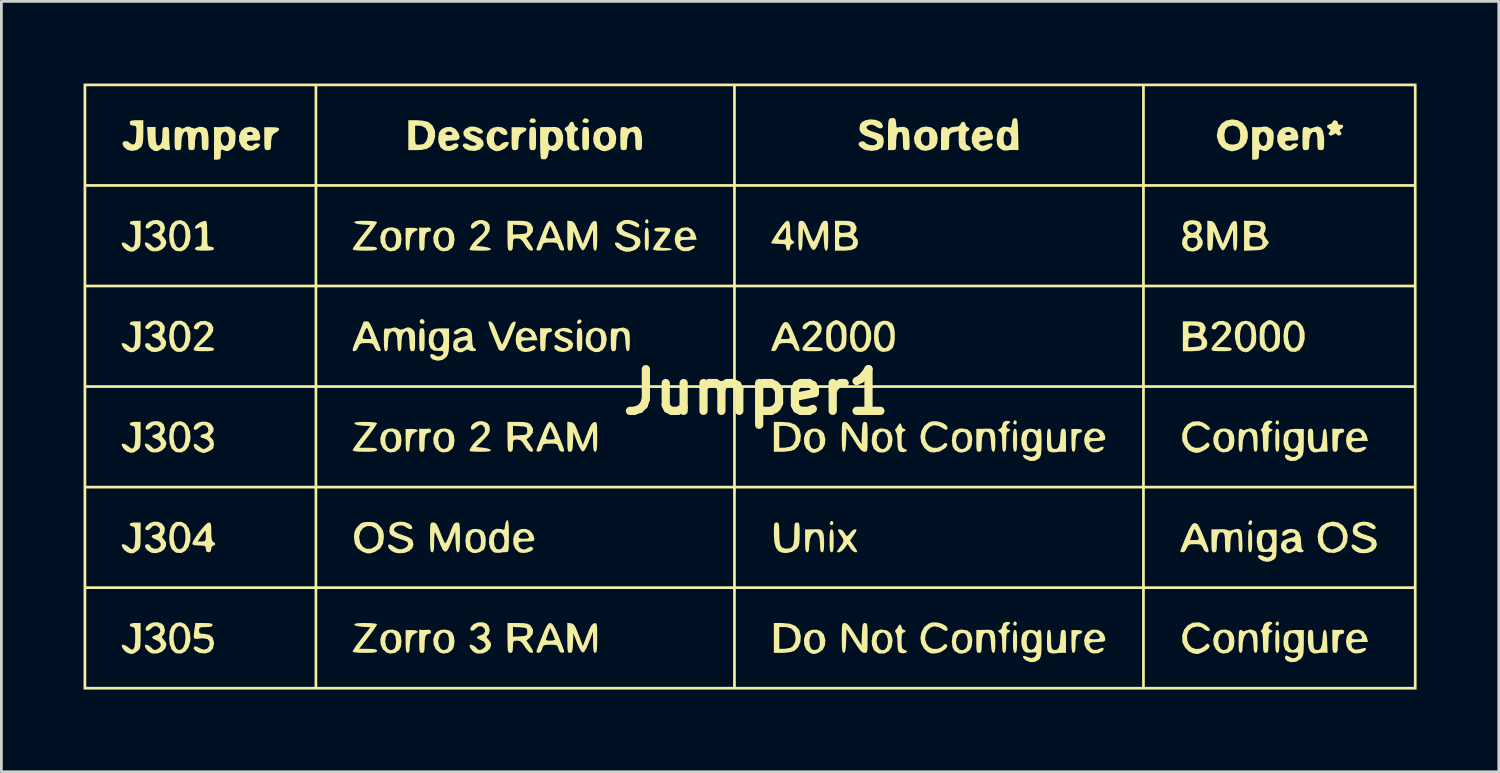
<source format=kicad_pcb>
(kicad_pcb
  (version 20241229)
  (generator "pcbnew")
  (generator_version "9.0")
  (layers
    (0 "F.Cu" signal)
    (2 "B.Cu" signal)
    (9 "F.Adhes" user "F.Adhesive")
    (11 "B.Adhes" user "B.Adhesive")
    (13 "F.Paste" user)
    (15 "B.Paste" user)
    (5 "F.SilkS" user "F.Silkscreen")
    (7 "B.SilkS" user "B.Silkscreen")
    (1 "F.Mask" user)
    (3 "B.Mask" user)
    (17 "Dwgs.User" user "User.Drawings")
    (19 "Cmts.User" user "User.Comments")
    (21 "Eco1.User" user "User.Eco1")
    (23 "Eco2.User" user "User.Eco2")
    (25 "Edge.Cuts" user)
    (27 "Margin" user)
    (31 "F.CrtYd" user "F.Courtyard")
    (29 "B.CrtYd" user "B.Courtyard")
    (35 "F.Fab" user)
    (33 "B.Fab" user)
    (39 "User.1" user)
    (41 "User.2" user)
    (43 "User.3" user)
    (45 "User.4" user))
  (footprint "Jumper1"
    (layer "F.Cu")
    (at 24.557 11.261)
    (property "Reference" "Jumper1" (at 0 0 0) (layer "F.SilkS") (effects (font (size 1.524 1.524) (thickness 0.3))))
    (attr board_only exclude_from_pos_files exclude_from_bom)
    (fp_poly (pts (xy -3.96 -6.301) (xy -3.929 -6.238) (xy -3.948 -6.165) (xy -3.994 -6.152) (xy -4.056 -6.187) (xy -4.059 -6.229) (xy -4.016 -6.305)) (stroke (width 0) (type solid)) (fill yes) (layer "F.SilkS"))
    (fp_poly (pts (xy 2.787 4.712) (xy 2.818 4.775) (xy 2.799 4.849) (xy 2.753 4.862) (xy 2.691 4.826) (xy 2.688 4.785) (xy 2.731 4.708)) (stroke (width 0) (type solid)) (fill yes) (layer "F.SilkS"))
    (fp_poly (pts (xy 9.485 1.041) (xy 9.516 1.104) (xy 9.496 1.178) (xy 9.451 1.191) (xy 9.388 1.155) (xy 9.385 1.114) (xy 9.428 1.037)) (stroke (width 0) (type solid)) (fill yes) (layer "F.SilkS"))
    (fp_poly (pts (xy 9.485 8.383) (xy 9.516 8.446) (xy 9.496 8.52) (xy 9.451 8.533) (xy 9.388 8.497) (xy 9.385 8.456) (xy 9.428 8.38)) (stroke (width 0) (type solid)) (fill yes) (layer "F.SilkS"))
    (fp_poly (pts (xy 19.059 1.041) (xy 19.09 1.104) (xy 19.071 1.178) (xy 19.025 1.191) (xy 18.962 1.155) (xy 18.96 1.114) (xy 19.002 1.037)) (stroke (width 0) (type solid)) (fill yes) (layer "F.SilkS"))
    (fp_poly (pts (xy 19.059 8.383) (xy 19.09 8.446) (xy 19.071 8.52) (xy 19.025 8.533) (xy 18.962 8.497) (xy 18.96 8.456) (xy 19.002 8.38)) (stroke (width 0) (type solid)) (fill yes) (layer "F.SilkS"))
    (fp_poly (pts (xy -12.159 -2.657) (xy -12.109 -2.582) (xy -12.105 -2.552) (xy -12.14 -2.492) (xy -12.215 -2.486) (xy -12.281 -2.534) (xy -12.283 -2.609) (xy -12.227 -2.661)) (stroke (width 0) (type solid)) (fill yes) (layer "F.SilkS"))
    (fp_poly (pts (xy -6.38 -2.612) (xy -6.375 -2.58) (xy -6.416 -2.511) (xy -6.466 -2.489) (xy -6.535 -2.499) (xy -6.54 -2.563) (xy -6.496 -2.634) (xy -6.429 -2.652)) (stroke (width 0) (type solid)) (fill yes) (layer "F.SilkS"))
    (fp_poly (pts (xy 18.105 4.729) (xy 18.107 4.758) (xy 18.076 4.844) (xy 18.029 4.862) (xy 17.97 4.825) (xy 17.967 4.779) (xy 18.009 4.696) (xy 18.066 4.678)) (stroke (width 0) (type solid)) (fill yes) (layer "F.SilkS"))
    (fp_poly (pts (xy -8.073 -9.959) (xy -8.046 -9.909) (xy -8.059 -9.844) (xy -8.147 -9.823) (xy -8.161 -9.823) (xy -8.257 -9.84) (xy -8.277 -9.9) (xy -8.275 -9.909) (xy -8.219 -9.981) (xy -8.161 -9.996)) (stroke (width 0) (type solid)) (fill yes) (layer "F.SilkS"))
    (fp_poly (pts (xy -6.138 -9.959) (xy -6.111 -9.909) (xy -6.125 -9.844) (xy -6.212 -9.823) (xy -6.226 -9.823) (xy -6.322 -9.84) (xy -6.342 -9.9) (xy -6.341 -9.909) (xy -6.284 -9.981) (xy -6.226 -9.996)) (stroke (width 0) (type solid)) (fill yes) (layer "F.SilkS"))
    (fp_poly (pts (xy -3.956 -5.985) (xy -3.934 -5.919) (xy -3.922 -5.789) (xy -3.919 -5.581) (xy -3.922 -5.37) (xy -3.934 -5.241) (xy -3.957 -5.177) (xy -3.994 -5.159) (xy -4.031 -5.177) (xy -4.054 -5.243) (xy -4.065 -5.373) (xy -4.068 -5.581) (xy -4.065 -5.792) (xy -4.053 -5.921) (xy -4.03 -5.985) (xy -3.994 -6.003)) (stroke (width 0) (type solid)) (fill yes) (layer "F.SilkS"))
    (fp_poly (pts (xy 2.791 5.029) (xy 2.813 5.094) (xy 2.825 5.224) (xy 2.828 5.432) (xy 2.825 5.643) (xy 2.813 5.772) (xy 2.79 5.837) (xy 2.753 5.854) (xy 2.716 5.836) (xy 2.693 5.77) (xy 2.682 5.64) (xy 2.679 5.432) (xy 2.682 5.221) (xy 2.694 5.092) (xy 2.717 5.028) (xy 2.753 5.011)) (stroke (width 0) (type solid)) (fill yes) (layer "F.SilkS"))
    (fp_poly (pts (xy 9.488 1.357) (xy 9.511 1.423) (xy 9.522 1.553) (xy 9.525 1.761) (xy 9.522 1.972) (xy 9.51 2.101) (xy 9.487 2.166) (xy 9.451 2.183) (xy 9.413 2.165) (xy 9.391 2.099) (xy 9.379 1.969) (xy 9.376 1.761) (xy 9.379 1.55) (xy 9.391 1.421) (xy 9.414 1.357) (xy 9.451 1.339)) (stroke (width 0) (type solid)) (fill yes) (layer "F.SilkS"))
    (fp_poly (pts (xy 9.488 8.7) (xy 9.511 8.765) (xy 9.522 8.896) (xy 9.525 9.103) (xy 9.522 9.314) (xy 9.51 9.443) (xy 9.487 9.508) (xy 9.451 9.525) (xy 9.413 9.507) (xy 9.391 9.441) (xy 9.379 9.311) (xy 9.376 9.103) (xy 9.379 8.893) (xy 9.391 8.763) (xy 9.414 8.699) (xy 9.451 8.682)) (stroke (width 0) (type solid)) (fill yes) (layer "F.SilkS"))
    (fp_poly (pts (xy 18.07 5.029) (xy 18.093 5.094) (xy 18.104 5.224) (xy 18.107 5.432) (xy 18.104 5.643) (xy 18.093 5.772) (xy 18.07 5.837) (xy 18.033 5.854) (xy 17.996 5.836) (xy 17.973 5.77) (xy 17.962 5.64) (xy 17.959 5.432) (xy 17.962 5.221) (xy 17.973 5.092) (xy 17.996 5.028) (xy 18.033 5.011)) (stroke (width 0) (type solid)) (fill yes) (layer "F.SilkS"))
    (fp_poly (pts (xy 19.062 1.357) (xy 19.085 1.423) (xy 19.097 1.553) (xy 19.1 1.761) (xy 19.096 1.972) (xy 19.085 2.101) (xy 19.062 2.166) (xy 19.025 2.183) (xy 18.988 2.165) (xy 18.965 2.099) (xy 18.954 1.969) (xy 18.951 1.761) (xy 18.954 1.55) (xy 18.966 1.421) (xy 18.989 1.357) (xy 19.025 1.339)) (stroke (width 0) (type solid)) (fill yes) (layer "F.SilkS"))
    (fp_poly (pts (xy 19.062 8.7) (xy 19.085 8.765) (xy 19.097 8.896) (xy 19.1 9.103) (xy 19.096 9.314) (xy 19.085 9.443) (xy 19.062 9.508) (xy 19.025 9.525) (xy 18.988 9.507) (xy 18.965 9.441) (xy 18.954 9.311) (xy 18.951 9.103) (xy 18.954 8.893) (xy 18.966 8.763) (xy 18.989 8.699) (xy 19.025 8.682)) (stroke (width 0) (type solid)) (fill yes) (layer "F.SilkS"))
    (fp_poly (pts (xy -12.435 -5.984) (xy -12.36 -5.952) (xy -12.362 -5.909) (xy -12.452 -5.868) (xy -12.456 -5.867) (xy -12.563 -5.789) (xy -12.629 -5.624) (xy -12.65 -5.379) (xy -12.66 -5.233) (xy -12.694 -5.168) (xy -12.725 -5.159) (xy -12.762 -5.178) (xy -12.785 -5.244) (xy -12.796 -5.375) (xy -12.799 -5.575) (xy -12.799 -5.99) (xy -12.576 -5.995)) (stroke (width 0) (type solid)) (fill yes) (layer "F.SilkS"))
    (fp_poly (pts (xy -12.435 1.358) (xy -12.36 1.391) (xy -12.362 1.433) (xy -12.452 1.474) (xy -12.456 1.475) (xy -12.563 1.553) (xy -12.629 1.718) (xy -12.65 1.963) (xy -12.66 2.109) (xy -12.694 2.175) (xy -12.725 2.183) (xy -12.762 2.165) (xy -12.785 2.099) (xy -12.796 1.967) (xy -12.799 1.767) (xy -12.799 1.352) (xy -12.576 1.348)) (stroke (width 0) (type solid)) (fill yes) (layer "F.SilkS"))
    (fp_poly (pts (xy -12.435 8.701) (xy -12.36 8.733) (xy -12.362 8.775) (xy -12.452 8.816) (xy -12.456 8.817) (xy -12.563 8.895) (xy -12.629 9.061) (xy -12.65 9.305) (xy -12.66 9.451) (xy -12.694 9.517) (xy -12.725 9.525) (xy -12.762 9.507) (xy -12.785 9.441) (xy -12.796 9.309) (xy -12.799 9.11) (xy -12.799 8.694) (xy -12.576 8.69)) (stroke (width 0) (type solid)) (fill yes) (layer "F.SilkS"))
    (fp_poly (pts (xy 11.847 1.359) (xy 11.904 1.4) (xy 11.906 1.417) (xy 11.865 1.476) (xy 11.812 1.488) (xy 11.735 1.51) (xy 11.687 1.586) (xy 11.663 1.731) (xy 11.658 1.914) (xy 11.651 2.077) (xy 11.627 2.161) (xy 11.584 2.183) (xy 11.546 2.165) (xy 11.524 2.099) (xy 11.512 1.967) (xy 11.509 1.767) (xy 11.509 1.351) (xy 11.708 1.348)) (stroke (width 0) (type solid)) (fill yes) (layer "F.SilkS"))
    (fp_poly (pts (xy 11.847 8.701) (xy 11.904 8.742) (xy 11.906 8.759) (xy 11.865 8.818) (xy 11.812 8.83) (xy 11.735 8.852) (xy 11.687 8.928) (xy 11.663 9.073) (xy 11.658 9.256) (xy 11.651 9.419) (xy 11.627 9.503) (xy 11.584 9.525) (xy 11.546 9.507) (xy 11.524 9.441) (xy 11.512 9.309) (xy 11.509 9.109) (xy 11.509 8.693) (xy 11.708 8.691)) (stroke (width 0) (type solid)) (fill yes) (layer "F.SilkS"))
    (fp_poly (pts (xy -17.52 -9.66) (xy -17.435 -9.635) (xy -17.413 -9.595) (xy -17.454 -9.524) (xy -17.53 -9.478) (xy -17.629 -9.419) (xy -17.685 -9.319) (xy -17.708 -9.156) (xy -17.711 -9.05) (xy -17.716 -8.913) (xy -17.742 -8.85) (xy -17.804 -8.831) (xy -17.835 -8.83) (xy -17.895 -8.834) (xy -17.932 -8.859) (xy -17.95 -8.925) (xy -17.958 -9.051) (xy -17.959 -9.249) (xy -17.959 -9.667) (xy -17.686 -9.667)) (stroke (width 0) (type solid)) (fill yes) (layer "F.SilkS"))
    (fp_poly (pts (xy -12.156 -2.324) (xy -12.126 -2.287) (xy -12.111 -2.203) (xy -12.105 -2.051) (xy -12.105 -1.91) (xy -12.107 -1.705) (xy -12.115 -1.58) (xy -12.135 -1.515) (xy -12.171 -1.491) (xy -12.204 -1.488) (xy -12.252 -1.496) (xy -12.282 -1.533) (xy -12.297 -1.617) (xy -12.302 -1.769) (xy -12.303 -1.91) (xy -12.301 -2.115) (xy -12.293 -2.24) (xy -12.273 -2.305) (xy -12.237 -2.329) (xy -12.204 -2.332)) (stroke (width 0) (type solid)) (fill yes) (layer "F.SilkS"))
    (fp_poly (pts (xy -8.491 -9.66) (xy -8.406 -9.635) (xy -8.384 -9.595) (xy -8.425 -9.524) (xy -8.501 -9.478) (xy -8.6 -9.419) (xy -8.656 -9.319) (xy -8.679 -9.156) (xy -8.682 -9.05) (xy -8.687 -8.913) (xy -8.713 -8.85) (xy -8.775 -8.831) (xy -8.806 -8.83) (xy -8.866 -8.834) (xy -8.903 -8.859) (xy -8.922 -8.925) (xy -8.929 -9.051) (xy -8.93 -9.249) (xy -8.93 -9.667) (xy -8.657 -9.667)) (stroke (width 0) (type solid)) (fill yes) (layer "F.SilkS"))
    (fp_poly (pts (xy -8.101 -9.67) (xy -8.064 -9.645) (xy -8.045 -9.58) (xy -8.038 -9.455) (xy -8.037 -9.252) (xy -8.038 -9.048) (xy -8.045 -8.923) (xy -8.064 -8.859) (xy -8.101 -8.834) (xy -8.161 -8.83) (xy -8.221 -8.834) (xy -8.257 -8.859) (xy -8.276 -8.924) (xy -8.284 -9.05) (xy -8.285 -9.252) (xy -8.284 -9.456) (xy -8.276 -9.581) (xy -8.257 -9.646) (xy -8.22 -9.67) (xy -8.161 -9.674)) (stroke (width 0) (type solid)) (fill yes) (layer "F.SilkS"))
    (fp_poly (pts (xy -6.401 -2.324) (xy -6.372 -2.287) (xy -6.356 -2.203) (xy -6.351 -2.051) (xy -6.35 -1.91) (xy -6.352 -1.705) (xy -6.36 -1.58) (xy -6.38 -1.515) (xy -6.416 -1.491) (xy -6.449 -1.488) (xy -6.497 -1.496) (xy -6.527 -1.533) (xy -6.542 -1.617) (xy -6.548 -1.769) (xy -6.548 -1.91) (xy -6.547 -2.115) (xy -6.538 -2.24) (xy -6.518 -2.305) (xy -6.482 -2.329) (xy -6.449 -2.332)) (stroke (width 0) (type solid)) (fill yes) (layer "F.SilkS"))
    (fp_poly (pts (xy -6.166 -9.67) (xy -6.129 -9.645) (xy -6.11 -9.58) (xy -6.103 -9.455) (xy -6.102 -9.252) (xy -6.103 -9.048) (xy -6.11 -8.923) (xy -6.13 -8.859) (xy -6.166 -8.834) (xy -6.226 -8.83) (xy -6.286 -8.834) (xy -6.323 -8.859) (xy -6.342 -8.924) (xy -6.349 -9.05) (xy -6.35 -9.252) (xy -6.349 -9.456) (xy -6.342 -9.581) (xy -6.322 -9.646) (xy -6.286 -9.67) (xy -6.226 -9.674)) (stroke (width 0) (type solid)) (fill yes) (layer "F.SilkS"))
    (fp_poly (pts (xy -11.89 -5.985) (xy -11.868 -5.941) (xy -11.884 -5.869) (xy -11.947 -5.854) (xy -12.026 -5.833) (xy -12.075 -5.759) (xy -12.099 -5.617) (xy -12.105 -5.428) (xy -12.109 -5.272) (xy -12.128 -5.191) (xy -12.171 -5.162) (xy -12.204 -5.159) (xy -12.252 -5.167) (xy -12.282 -5.204) (xy -12.297 -5.288) (xy -12.302 -5.44) (xy -12.303 -5.582) (xy -12.303 -6.004) (xy -12.167 -5.997) (xy -12.038 -5.997) (xy -11.959 -6.008)) (stroke (width 0) (type solid)) (fill yes) (layer "F.SilkS"))
    (fp_poly (pts (xy -11.89 1.357) (xy -11.868 1.401) (xy -11.884 1.473) (xy -11.947 1.488) (xy -12.026 1.509) (xy -12.075 1.583) (xy -12.099 1.725) (xy -12.105 1.914) (xy -12.109 2.07) (xy -12.128 2.151) (xy -12.171 2.18) (xy -12.204 2.183) (xy -12.252 2.175) (xy -12.282 2.139) (xy -12.297 2.054) (xy -12.302 1.902) (xy -12.303 1.76) (xy -12.303 1.338) (xy -12.167 1.346) (xy -12.038 1.345) (xy -11.959 1.334)) (stroke (width 0) (type solid)) (fill yes) (layer "F.SilkS"))
    (fp_poly (pts (xy -11.89 8.699) (xy -11.868 8.744) (xy -11.884 8.815) (xy -11.947 8.83) (xy -12.026 8.851) (xy -12.075 8.925) (xy -12.099 9.067) (xy -12.105 9.256) (xy -12.109 9.412) (xy -12.128 9.493) (xy -12.171 9.522) (xy -12.204 9.525) (xy -12.252 9.517) (xy -12.282 9.481) (xy -12.297 9.396) (xy -12.302 9.245) (xy -12.303 9.103) (xy -12.303 8.68) (xy -12.167 8.688) (xy -12.038 8.687) (xy -11.959 8.676)) (stroke (width 0) (type solid)) (fill yes) (layer "F.SilkS"))
    (fp_poly (pts (xy -7.475 -2.314) (xy -7.453 -2.27) (xy -7.469 -2.198) (xy -7.532 -2.183) (xy -7.611 -2.162) (xy -7.66 -2.088) (xy -7.684 -1.946) (xy -7.689 -1.757) (xy -7.694 -1.601) (xy -7.713 -1.52) (xy -7.756 -1.491) (xy -7.789 -1.488) (xy -7.837 -1.496) (xy -7.866 -1.533) (xy -7.882 -1.617) (xy -7.887 -1.769) (xy -7.888 -1.911) (xy -7.888 -2.333) (xy -7.751 -2.325) (xy -7.623 -2.326) (xy -7.544 -2.337)) (stroke (width 0) (type solid)) (fill yes) (layer "F.SilkS"))
    (fp_poly (pts (xy 21.447 1.357) (xy 21.469 1.401) (xy 21.454 1.473) (xy 21.391 1.488) (xy 21.311 1.509) (xy 21.263 1.583) (xy 21.238 1.725) (xy 21.233 1.914) (xy 21.228 2.07) (xy 21.209 2.151) (xy 21.167 2.18) (xy 21.134 2.183) (xy 21.085 2.175) (xy 21.056 2.139) (xy 21.041 2.054) (xy 21.035 1.902) (xy 21.034 1.76) (xy 21.034 1.338) (xy 21.171 1.346) (xy 21.299 1.345) (xy 21.379 1.334)) (stroke (width 0) (type solid)) (fill yes) (layer "F.SilkS"))
    (fp_poly (pts (xy 21.447 8.699) (xy 21.469 8.744) (xy 21.454 8.815) (xy 21.391 8.83) (xy 21.311 8.851) (xy 21.263 8.925) (xy 21.238 9.067) (xy 21.233 9.256) (xy 21.228 9.412) (xy 21.209 9.493) (xy 21.167 9.522) (xy 21.134 9.525) (xy 21.085 9.517) (xy 21.056 9.481) (xy 21.041 9.396) (xy 21.035 9.245) (xy 21.034 9.103) (xy 21.034 8.68) (xy 21.171 8.688) (xy 21.299 8.687) (xy 21.379 8.676)) (stroke (width 0) (type solid)) (fill yes) (layer "F.SilkS"))
    (fp_poly (pts (xy 1.229 1.117) (xy 1.433 1.196) (xy 1.561 1.331) (xy 1.578 1.363) (xy 1.63 1.571) (xy 1.614 1.783) (xy 1.536 1.969) (xy 1.405 2.1) (xy 1.386 2.11) (xy 1.256 2.151) (xy 1.073 2.177) (xy 0.945 2.183) (xy 0.645 2.183) (xy 0.645 2.034) (xy 0.843 2.034) (xy 1.042 2.034) (xy 1.243 1.999) (xy 1.339 1.935) (xy 1.422 1.782) (xy 1.439 1.637) (xy 1.404 1.436) (xy 1.298 1.305) (xy 1.123 1.245) (xy 1.042 1.24) (xy 0.843 1.24) (xy 0.843 2.034) (xy 0.645 2.034) (xy 0.645 1.091) (xy 0.945 1.091)) (stroke (width 0) (type solid)) (fill yes) (layer "F.SilkS"))
    (fp_poly (pts (xy 1.229 8.459) (xy 1.433 8.539) (xy 1.561 8.673) (xy 1.578 8.705) (xy 1.63 8.913) (xy 1.614 9.125) (xy 1.536 9.311) (xy 1.405 9.442) (xy 1.386 9.452) (xy 1.256 9.493) (xy 1.073 9.519) (xy 0.945 9.525) (xy 0.645 9.525) (xy 0.645 9.376) (xy 0.843 9.376) (xy 1.042 9.376) (xy 1.243 9.341) (xy 1.339 9.277) (xy 1.422 9.124) (xy 1.439 8.979) (xy 1.404 8.778) (xy 1.298 8.648) (xy 1.123 8.587) (xy 1.042 8.582) (xy 0.843 8.582) (xy 0.843 9.376) (xy 0.645 9.376) (xy 0.645 8.434) (xy 0.945 8.434)) (stroke (width 0) (type solid)) (fill yes) (layer "F.SilkS"))
    (fp_poly (pts (xy 2.327 5.015) (xy 2.412 5.071) (xy 2.46 5.189) (xy 2.479 5.383) (xy 2.48 5.488) (xy 2.476 5.682) (xy 2.462 5.796) (xy 2.433 5.846) (xy 2.406 5.854) (xy 2.362 5.83) (xy 2.339 5.748) (xy 2.332 5.587) (xy 2.332 5.566) (xy 2.314 5.342) (xy 2.264 5.19) (xy 2.185 5.12) (xy 2.115 5.125) (xy 2.022 5.211) (xy 1.96 5.376) (xy 1.935 5.604) (xy 1.935 5.634) (xy 1.925 5.78) (xy 1.891 5.846) (xy 1.86 5.854) (xy 1.823 5.836) (xy 1.8 5.77) (xy 1.789 5.639) (xy 1.786 5.434) (xy 1.786 5.015) (xy 1.922 5.016) (xy 2.085 5.013) (xy 2.195 5.008)) (stroke (width 0) (type solid)) (fill yes) (layer "F.SilkS"))
    (fp_poly (pts (xy 4.78 1.364) (xy 4.908 1.469) (xy 4.97 1.648) (xy 4.977 1.761) (xy 4.94 1.968) (xy 4.838 2.12) (xy 4.689 2.205) (xy 4.508 2.208) (xy 4.431 2.184) (xy 4.3 2.081) (xy 4.23 1.906) (xy 4.218 1.761) (xy 4.395 1.761) (xy 4.424 1.919) (xy 4.495 2.031) (xy 4.589 2.085) (xy 4.687 2.069) (xy 4.761 1.988) (xy 4.808 1.835) (xy 4.805 1.676) (xy 4.759 1.54) (xy 4.678 1.454) (xy 4.618 1.439) (xy 4.498 1.483) (xy 4.42 1.604) (xy 4.395 1.761) (xy 4.218 1.761) (xy 4.217 1.745) (xy 4.251 1.535) (xy 4.351 1.397) (xy 4.516 1.334) (xy 4.585 1.33)) (stroke (width 0) (type solid)) (fill yes) (layer "F.SilkS"))
    (fp_poly (pts (xy 4.78 8.706) (xy 4.908 8.811) (xy 4.97 8.99) (xy 4.977 9.103) (xy 4.94 9.31) (xy 4.838 9.462) (xy 4.689 9.547) (xy 4.508 9.55) (xy 4.431 9.526) (xy 4.3 9.424) (xy 4.23 9.248) (xy 4.218 9.103) (xy 4.395 9.103) (xy 4.424 9.261) (xy 4.495 9.373) (xy 4.589 9.427) (xy 4.687 9.412) (xy 4.761 9.33) (xy 4.808 9.178) (xy 4.805 9.019) (xy 4.759 8.882) (xy 4.678 8.796) (xy 4.618 8.781) (xy 4.498 8.825) (xy 4.42 8.946) (xy 4.395 9.103) (xy 4.218 9.103) (xy 4.217 9.087) (xy 4.251 8.877) (xy 4.351 8.739) (xy 4.516 8.676) (xy 4.585 8.672)) (stroke (width 0) (type solid)) (fill yes) (layer "F.SilkS"))
    (fp_poly (pts (xy -22.473 -5.783) (xy -22.475 -5.563) (xy -22.483 -5.42) (xy -22.503 -5.329) (xy -22.541 -5.268) (xy -22.601 -5.215) (xy -22.604 -5.213) (xy -22.723 -5.134) (xy -22.825 -5.12) (xy -22.953 -5.16) (xy -23.055 -5.232) (xy -23.138 -5.34) (xy -23.168 -5.429) (xy -23.133 -5.46) (xy -23.05 -5.443) (xy -22.955 -5.389) (xy -22.921 -5.359) (xy -22.818 -5.281) (xy -22.744 -5.287) (xy -22.697 -5.381) (xy -22.675 -5.566) (xy -22.671 -5.71) (xy -22.674 -5.907) (xy -22.683 -6.024) (xy -22.706 -6.082) (xy -22.746 -6.101) (xy -22.771 -6.102) (xy -22.852 -6.133) (xy -22.87 -6.176) (xy -22.837 -6.228) (xy -22.729 -6.249) (xy -22.671 -6.251) (xy -22.473 -6.251)) (stroke (width 0) (type solid)) (fill yes) (layer "F.SilkS"))
    (fp_poly (pts (xy -22.473 -2.112) (xy -22.475 -1.892) (xy -22.483 -1.748) (xy -22.503 -1.658) (xy -22.541 -1.597) (xy -22.601 -1.544) (xy -22.604 -1.541) (xy -22.723 -1.463) (xy -22.825 -1.449) (xy -22.953 -1.489) (xy -23.055 -1.561) (xy -23.138 -1.669) (xy -23.168 -1.758) (xy -23.133 -1.788) (xy -23.05 -1.772) (xy -22.955 -1.718) (xy -22.921 -1.688) (xy -22.818 -1.61) (xy -22.744 -1.616) (xy -22.697 -1.71) (xy -22.675 -1.895) (xy -22.671 -2.039) (xy -22.674 -2.235) (xy -22.683 -2.352) (xy -22.706 -2.411) (xy -22.746 -2.43) (xy -22.771 -2.431) (xy -22.852 -2.462) (xy -22.87 -2.505) (xy -22.837 -2.557) (xy -22.729 -2.578) (xy -22.671 -2.58) (xy -22.473 -2.58)) (stroke (width 0) (type solid)) (fill yes) (layer "F.SilkS"))
    (fp_poly (pts (xy -22.473 1.559) (xy -22.475 1.779) (xy -22.483 1.923) (xy -22.503 2.013) (xy -22.541 2.074) (xy -22.601 2.127) (xy -22.604 2.13) (xy -22.723 2.208) (xy -22.825 2.222) (xy -22.953 2.182) (xy -23.055 2.11) (xy -23.138 2.002) (xy -23.168 1.913) (xy -23.133 1.883) (xy -23.05 1.899) (xy -22.955 1.954) (xy -22.921 1.983) (xy -22.818 2.061) (xy -22.744 2.055) (xy -22.697 1.961) (xy -22.675 1.776) (xy -22.671 1.632) (xy -22.674 1.436) (xy -22.683 1.319) (xy -22.706 1.261) (xy -22.746 1.241) (xy -22.771 1.24) (xy -22.852 1.209) (xy -22.87 1.166) (xy -22.837 1.114) (xy -22.729 1.093) (xy -22.671 1.091) (xy -22.473 1.091)) (stroke (width 0) (type solid)) (fill yes) (layer "F.SilkS"))
    (fp_poly (pts (xy -22.473 5.23) (xy -22.475 5.45) (xy -22.483 5.594) (xy -22.503 5.684) (xy -22.541 5.745) (xy -22.601 5.798) (xy -22.604 5.801) (xy -22.723 5.88) (xy -22.825 5.894) (xy -22.953 5.854) (xy -23.055 5.781) (xy -23.138 5.673) (xy -23.168 5.584) (xy -23.133 5.554) (xy -23.05 5.57) (xy -22.955 5.625) (xy -22.921 5.654) (xy -22.818 5.732) (xy -22.744 5.726) (xy -22.697 5.632) (xy -22.675 5.447) (xy -22.671 5.303) (xy -22.674 5.107) (xy -22.683 4.99) (xy -22.706 4.932) (xy -22.746 4.913) (xy -22.771 4.911) (xy -22.852 4.88) (xy -22.87 4.837) (xy -22.837 4.785) (xy -22.729 4.764) (xy -22.671 4.763) (xy -22.473 4.763)) (stroke (width 0) (type solid)) (fill yes) (layer "F.SilkS"))
    (fp_poly (pts (xy -22.473 8.901) (xy -22.475 9.121) (xy -22.483 9.265) (xy -22.503 9.355) (xy -22.541 9.416) (xy -22.601 9.47) (xy -22.604 9.472) (xy -22.723 9.551) (xy -22.825 9.565) (xy -22.953 9.525) (xy -23.055 9.452) (xy -23.138 9.344) (xy -23.168 9.255) (xy -23.133 9.225) (xy -23.05 9.241) (xy -22.955 9.296) (xy -22.921 9.325) (xy -22.818 9.403) (xy -22.744 9.397) (xy -22.697 9.304) (xy -22.675 9.118) (xy -22.671 8.974) (xy -22.674 8.778) (xy -22.683 8.661) (xy -22.706 8.603) (xy -22.746 8.584) (xy -22.771 8.582) (xy -22.852 8.551) (xy -22.87 8.508) (xy -22.837 8.456) (xy -22.729 8.435) (xy -22.671 8.434) (xy -22.473 8.434)) (stroke (width 0) (type solid)) (fill yes) (layer "F.SilkS"))
    (fp_poly (pts (xy -13.124 -5.97) (xy -13.037 -5.903) (xy -12.969 -5.756) (xy -12.949 -5.569) (xy -12.974 -5.387) (xy -13.035 -5.266) (xy -13.185 -5.158) (xy -13.363 -5.134) (xy -13.494 -5.173) (xy -13.632 -5.294) (xy -13.71 -5.466) (xy -13.718 -5.581) (xy -13.543 -5.581) (xy -13.515 -5.414) (xy -13.443 -5.301) (xy -13.343 -5.257) (xy -13.233 -5.295) (xy -13.206 -5.318) (xy -13.168 -5.403) (xy -13.148 -5.54) (xy -13.146 -5.581) (xy -13.172 -5.77) (xy -13.249 -5.876) (xy -13.353 -5.904) (xy -13.45 -5.859) (xy -13.519 -5.741) (xy -13.543 -5.581) (xy -13.718 -5.581) (xy -13.724 -5.656) (xy -13.669 -5.833) (xy -13.595 -5.926) (xy -13.454 -5.998) (xy -13.283 -6.012)) (stroke (width 0) (type solid)) (fill yes) (layer "F.SilkS"))
    (fp_poly (pts (xy -13.124 1.372) (xy -13.037 1.439) (xy -12.969 1.586) (xy -12.949 1.773) (xy -12.974 1.955) (xy -13.035 2.076) (xy -13.185 2.184) (xy -13.363 2.208) (xy -13.494 2.169) (xy -13.632 2.048) (xy -13.71 1.877) (xy -13.718 1.761) (xy -13.543 1.761) (xy -13.515 1.929) (xy -13.443 2.041) (xy -13.343 2.085) (xy -13.233 2.048) (xy -13.206 2.024) (xy -13.168 1.939) (xy -13.148 1.802) (xy -13.146 1.761) (xy -13.172 1.572) (xy -13.249 1.466) (xy -13.353 1.439) (xy -13.45 1.484) (xy -13.519 1.602) (xy -13.543 1.761) (xy -13.718 1.761) (xy -13.724 1.687) (xy -13.669 1.509) (xy -13.595 1.416) (xy -13.454 1.344) (xy -13.283 1.33)) (stroke (width 0) (type solid)) (fill yes) (layer "F.SilkS"))
    (fp_poly (pts (xy -13.124 8.714) (xy -13.037 8.781) (xy -12.969 8.928) (xy -12.949 9.115) (xy -12.974 9.297) (xy -13.035 9.418) (xy -13.185 9.526) (xy -13.363 9.551) (xy -13.494 9.512) (xy -13.632 9.39) (xy -13.71 9.219) (xy -13.718 9.103) (xy -13.543 9.103) (xy -13.515 9.271) (xy -13.443 9.383) (xy -13.343 9.427) (xy -13.233 9.39) (xy -13.206 9.366) (xy -13.168 9.281) (xy -13.148 9.144) (xy -13.146 9.103) (xy -13.172 8.914) (xy -13.249 8.808) (xy -13.353 8.781) (xy -13.45 8.826) (xy -13.519 8.944) (xy -13.543 9.103) (xy -13.718 9.103) (xy -13.724 9.029) (xy -13.669 8.851) (xy -13.595 8.758) (xy -13.454 8.686) (xy -13.283 8.672)) (stroke (width 0) (type solid)) (fill yes) (layer "F.SilkS"))
    (fp_poly (pts (xy -12.212 -9.91) (xy -12.045 -9.88) (xy -11.963 -9.851) (xy -11.81 -9.721) (xy -11.727 -9.536) (xy -11.719 -9.319) (xy -11.785 -9.105) (xy -11.88 -8.966) (xy -12.018 -8.88) (xy -12.219 -8.838) (xy -12.405 -8.83) (xy -12.7 -8.83) (xy -12.7 -9.376) (xy -12.452 -9.376) (xy -12.45 -9.195) (xy -12.44 -9.091) (xy -12.413 -9.043) (xy -12.36 -9.03) (xy -12.316 -9.03) (xy -12.192 -9.043) (xy -12.12 -9.068) (xy -12.044 -9.163) (xy -11.994 -9.308) (xy -11.985 -9.456) (xy -11.99 -9.482) (xy -12.07 -9.634) (xy -12.216 -9.713) (xy -12.313 -9.723) (xy -12.452 -9.723) (xy -12.452 -9.376) (xy -12.7 -9.376) (xy -12.7 -9.922) (xy -12.4 -9.922)) (stroke (width 0) (type solid)) (fill yes) (layer "F.SilkS"))
    (fp_poly (pts (xy 7.705 1.361) (xy 7.825 1.46) (xy 7.882 1.632) (xy 7.888 1.739) (xy 7.863 1.949) (xy 7.801 2.076) (xy 7.669 2.172) (xy 7.508 2.214) (xy 7.392 2.198) (xy 7.249 2.115) (xy 7.17 1.986) (xy 7.147 1.81) (xy 7.295 1.81) (xy 7.335 1.963) (xy 7.423 2.065) (xy 7.536 2.087) (xy 7.642 2.031) (xy 7.694 1.948) (xy 7.723 1.796) (xy 7.711 1.64) (xy 7.663 1.517) (xy 7.607 1.467) (xy 7.479 1.461) (xy 7.377 1.53) (xy 7.312 1.654) (xy 7.295 1.81) (xy 7.147 1.81) (xy 7.144 1.789) (xy 7.144 1.761) (xy 7.169 1.546) (xy 7.249 1.408) (xy 7.392 1.341) (xy 7.516 1.33)) (stroke (width 0) (type solid)) (fill yes) (layer "F.SilkS"))
    (fp_poly (pts (xy 7.705 8.703) (xy 7.825 8.802) (xy 7.882 8.974) (xy 7.888 9.081) (xy 7.863 9.291) (xy 7.801 9.418) (xy 7.669 9.514) (xy 7.508 9.556) (xy 7.392 9.54) (xy 7.249 9.457) (xy 7.17 9.328) (xy 7.147 9.152) (xy 7.295 9.152) (xy 7.335 9.306) (xy 7.423 9.407) (xy 7.536 9.429) (xy 7.642 9.373) (xy 7.694 9.29) (xy 7.723 9.138) (xy 7.711 8.983) (xy 7.663 8.859) (xy 7.607 8.809) (xy 7.479 8.803) (xy 7.377 8.872) (xy 7.312 8.996) (xy 7.295 9.152) (xy 7.147 9.152) (xy 7.144 9.132) (xy 7.144 9.103) (xy 7.169 8.888) (xy 7.249 8.751) (xy 7.392 8.683) (xy 7.516 8.672)) (stroke (width 0) (type solid)) (fill yes) (layer "F.SilkS"))
    (fp_poly (pts (xy 8.578 1.344) (xy 8.663 1.4) (xy 8.711 1.517) (xy 8.73 1.712) (xy 8.731 1.817) (xy 8.727 2.013) (xy 8.712 2.127) (xy 8.683 2.177) (xy 8.659 2.183) (xy 8.617 2.156) (xy 8.59 2.066) (xy 8.574 1.895) (xy 8.572 1.853) (xy 8.555 1.651) (xy 8.523 1.53) (xy 8.475 1.472) (xy 8.369 1.443) (xy 8.293 1.508) (xy 8.248 1.662) (xy 8.235 1.866) (xy 8.232 2.039) (xy 8.218 2.134) (xy 8.185 2.175) (xy 8.136 2.183) (xy 8.088 2.175) (xy 8.058 2.138) (xy 8.043 2.054) (xy 8.037 1.901) (xy 8.037 1.763) (xy 8.037 1.343) (xy 8.173 1.345) (xy 8.335 1.342) (xy 8.446 1.336)) (stroke (width 0) (type solid)) (fill yes) (layer "F.SilkS"))
    (fp_poly (pts (xy 8.578 8.687) (xy 8.663 8.742) (xy 8.711 8.86) (xy 8.73 9.054) (xy 8.731 9.159) (xy 8.727 9.355) (xy 8.712 9.469) (xy 8.683 9.519) (xy 8.659 9.525) (xy 8.617 9.498) (xy 8.59 9.408) (xy 8.574 9.237) (xy 8.572 9.195) (xy 8.555 8.994) (xy 8.523 8.872) (xy 8.475 8.814) (xy 8.369 8.786) (xy 8.293 8.85) (xy 8.248 9.004) (xy 8.235 9.209) (xy 8.232 9.381) (xy 8.218 9.477) (xy 8.185 9.517) (xy 8.136 9.525) (xy 8.088 9.517) (xy 8.058 9.481) (xy 8.043 9.396) (xy 8.037 9.243) (xy 8.037 9.105) (xy 8.037 8.686) (xy 8.173 8.687) (xy 8.335 8.684) (xy 8.446 8.679)) (stroke (width 0) (type solid)) (fill yes) (layer "F.SilkS"))
    (fp_poly (pts (xy 17.287 1.372) (xy 17.374 1.439) (xy 17.441 1.586) (xy 17.462 1.773) (xy 17.436 1.955) (xy 17.376 2.076) (xy 17.226 2.184) (xy 17.047 2.208) (xy 16.917 2.169) (xy 16.779 2.048) (xy 16.7 1.877) (xy 16.692 1.761) (xy 16.867 1.761) (xy 16.895 1.929) (xy 16.968 2.041) (xy 17.068 2.085) (xy 17.178 2.048) (xy 17.205 2.024) (xy 17.242 1.939) (xy 17.263 1.802) (xy 17.264 1.761) (xy 17.239 1.572) (xy 17.162 1.466) (xy 17.057 1.439) (xy 16.96 1.484) (xy 16.892 1.602) (xy 16.867 1.761) (xy 16.692 1.761) (xy 16.687 1.687) (xy 16.741 1.509) (xy 16.816 1.416) (xy 16.956 1.344) (xy 17.127 1.33)) (stroke (width 0) (type solid)) (fill yes) (layer "F.SilkS"))
    (fp_poly (pts (xy 17.287 8.714) (xy 17.374 8.781) (xy 17.441 8.928) (xy 17.462 9.115) (xy 17.436 9.297) (xy 17.376 9.418) (xy 17.226 9.526) (xy 17.047 9.551) (xy 16.917 9.512) (xy 16.779 9.39) (xy 16.7 9.219) (xy 16.692 9.103) (xy 16.867 9.103) (xy 16.895 9.271) (xy 16.968 9.383) (xy 17.068 9.427) (xy 17.178 9.39) (xy 17.205 9.366) (xy 17.242 9.281) (xy 17.263 9.144) (xy 17.264 9.103) (xy 17.239 8.914) (xy 17.162 8.808) (xy 17.057 8.781) (xy 16.96 8.826) (xy 16.892 8.944) (xy 16.867 9.103) (xy 16.692 9.103) (xy 16.687 9.029) (xy 16.741 8.851) (xy 16.816 8.758) (xy 16.956 8.686) (xy 17.127 8.672)) (stroke (width 0) (type solid)) (fill yes) (layer "F.SilkS"))
    (fp_poly (pts (xy -22.374 -9.481) (xy -22.378 -9.248) (xy -22.394 -9.092) (xy -22.426 -8.99) (xy -22.461 -8.935) (xy -22.601 -8.836) (xy -22.78 -8.8) (xy -22.953 -8.836) (xy -22.964 -8.842) (xy -23.07 -8.93) (xy -23.123 -9.014) (xy -23.135 -9.105) (xy -23.069 -9.152) (xy -23.057 -9.156) (xy -22.943 -9.153) (xy -22.89 -9.105) (xy -22.801 -9.043) (xy -22.737 -9.037) (xy -22.687 -9.063) (xy -22.657 -9.131) (xy -22.639 -9.263) (xy -22.632 -9.389) (xy -22.626 -9.566) (xy -22.632 -9.666) (xy -22.658 -9.711) (xy -22.711 -9.723) (xy -22.744 -9.723) (xy -22.842 -9.746) (xy -22.87 -9.823) (xy -22.857 -9.882) (xy -22.801 -9.912) (xy -22.679 -9.921) (xy -22.622 -9.922) (xy -22.374 -9.922)) (stroke (width 0) (type solid)) (fill yes) (layer "F.SilkS"))
    (fp_poly (pts (xy -11.189 -5.97) (xy -11.102 -5.903) (xy -11.035 -5.756) (xy -11.014 -5.569) (xy -11.04 -5.387) (xy -11.1 -5.266) (xy -11.25 -5.158) (xy -11.429 -5.134) (xy -11.559 -5.173) (xy -11.697 -5.294) (xy -11.775 -5.466) (xy -11.784 -5.581) (xy -11.609 -5.581) (xy -11.581 -5.414) (xy -11.508 -5.301) (xy -11.408 -5.257) (xy -11.298 -5.295) (xy -11.271 -5.318) (xy -11.23 -5.413) (xy -11.214 -5.558) (xy -11.223 -5.71) (xy -11.257 -5.824) (xy -11.271 -5.844) (xy -11.381 -5.904) (xy -11.485 -5.879) (xy -11.566 -5.782) (xy -11.607 -5.627) (xy -11.609 -5.581) (xy -11.784 -5.581) (xy -11.789 -5.656) (xy -11.734 -5.833) (xy -11.66 -5.926) (xy -11.52 -5.998) (xy -11.349 -6.012)) (stroke (width 0) (type solid)) (fill yes) (layer "F.SilkS"))
    (fp_poly (pts (xy -11.189 1.372) (xy -11.102 1.439) (xy -11.035 1.586) (xy -11.014 1.773) (xy -11.04 1.955) (xy -11.1 2.076) (xy -11.25 2.184) (xy -11.429 2.208) (xy -11.559 2.169) (xy -11.697 2.048) (xy -11.775 1.877) (xy -11.784 1.761) (xy -11.609 1.761) (xy -11.581 1.929) (xy -11.508 2.041) (xy -11.408 2.085) (xy -11.298 2.048) (xy -11.271 2.024) (xy -11.23 1.93) (xy -11.214 1.784) (xy -11.223 1.632) (xy -11.257 1.518) (xy -11.271 1.498) (xy -11.381 1.438) (xy -11.485 1.463) (xy -11.566 1.56) (xy -11.607 1.715) (xy -11.609 1.761) (xy -11.784 1.761) (xy -11.789 1.687) (xy -11.734 1.509) (xy -11.66 1.416) (xy -11.52 1.344) (xy -11.349 1.33)) (stroke (width 0) (type solid)) (fill yes) (layer "F.SilkS"))
    (fp_poly (pts (xy -11.189 8.714) (xy -11.102 8.781) (xy -11.035 8.928) (xy -11.014 9.115) (xy -11.04 9.297) (xy -11.1 9.418) (xy -11.25 9.526) (xy -11.429 9.551) (xy -11.559 9.512) (xy -11.697 9.39) (xy -11.775 9.219) (xy -11.784 9.103) (xy -11.609 9.103) (xy -11.581 9.271) (xy -11.508 9.383) (xy -11.408 9.427) (xy -11.298 9.39) (xy -11.271 9.366) (xy -11.23 9.272) (xy -11.214 9.126) (xy -11.223 8.974) (xy -11.257 8.86) (xy -11.271 8.84) (xy -11.381 8.78) (xy -11.485 8.806) (xy -11.566 8.902) (xy -11.607 9.058) (xy -11.609 9.103) (xy -11.784 9.103) (xy -11.789 9.029) (xy -11.734 8.851) (xy -11.66 8.758) (xy -11.52 8.686) (xy -11.349 8.672)) (stroke (width 0) (type solid)) (fill yes) (layer "F.SilkS"))
    (fp_poly (pts (xy -10.064 5.022) (xy -9.943 5.118) (xy -9.882 5.289) (xy -9.872 5.432) (xy -9.887 5.625) (xy -9.936 5.743) (xy -9.959 5.768) (xy -10.096 5.848) (xy -10.256 5.883) (xy -10.368 5.869) (xy -10.511 5.786) (xy -10.59 5.657) (xy -10.616 5.46) (xy -10.616 5.432) (xy -10.443 5.432) (xy -10.418 5.622) (xy -10.342 5.728) (xy -10.244 5.753) (xy -10.162 5.729) (xy -10.12 5.706) (xy -10.066 5.616) (xy -10.046 5.441) (xy -10.046 5.432) (xy -10.071 5.243) (xy -10.147 5.137) (xy -10.244 5.111) (xy -10.362 5.152) (xy -10.427 5.275) (xy -10.443 5.432) (xy -10.616 5.432) (xy -10.591 5.217) (xy -10.51 5.079) (xy -10.365 5.009) (xy -10.25 4.996)) (stroke (width 0) (type solid)) (fill yes) (layer "F.SilkS"))
    (fp_poly (pts (xy 5.284 1.157) (xy 5.308 1.24) (xy 5.339 1.321) (xy 5.383 1.339) (xy 5.449 1.366) (xy 5.457 1.389) (xy 5.417 1.433) (xy 5.383 1.439) (xy 5.34 1.461) (xy 5.316 1.541) (xy 5.308 1.698) (xy 5.308 1.741) (xy 5.313 1.912) (xy 5.331 2.008) (xy 5.37 2.055) (xy 5.407 2.069) (xy 5.488 2.106) (xy 5.507 2.133) (xy 5.465 2.179) (xy 5.371 2.199) (xy 5.268 2.186) (xy 5.241 2.174) (xy 5.193 2.12) (xy 5.167 2.011) (xy 5.159 1.826) (xy 5.159 1.818) (xy 5.15 1.632) (xy 5.123 1.496) (xy 5.098 1.447) (xy 5.065 1.379) (xy 5.089 1.35) (xy 5.151 1.276) (xy 5.174 1.228) (xy 5.229 1.151)) (stroke (width 0) (type solid)) (fill yes) (layer "F.SilkS"))
    (fp_poly (pts (xy 5.284 8.5) (xy 5.308 8.582) (xy 5.339 8.663) (xy 5.383 8.682) (xy 5.449 8.708) (xy 5.457 8.731) (xy 5.417 8.775) (xy 5.383 8.781) (xy 5.34 8.803) (xy 5.316 8.884) (xy 5.308 9.04) (xy 5.308 9.083) (xy 5.313 9.254) (xy 5.331 9.351) (xy 5.37 9.397) (xy 5.407 9.411) (xy 5.488 9.448) (xy 5.507 9.475) (xy 5.465 9.521) (xy 5.371 9.541) (xy 5.268 9.528) (xy 5.241 9.516) (xy 5.193 9.462) (xy 5.167 9.353) (xy 5.159 9.168) (xy 5.159 9.16) (xy 5.15 8.974) (xy 5.123 8.838) (xy 5.098 8.789) (xy 5.065 8.722) (xy 5.089 8.692) (xy 5.151 8.618) (xy 5.174 8.57) (xy 5.229 8.493)) (stroke (width 0) (type solid)) (fill yes) (layer "F.SilkS"))
    (fp_poly (pts (xy 6.387 -9.662) (xy 6.515 -9.58) (xy 6.597 -9.439) (xy 6.627 -9.258) (xy 6.604 -9.078) (xy 6.527 -8.939) (xy 6.524 -8.936) (xy 6.369 -8.843) (xy 6.182 -8.805) (xy 6.02 -8.829) (xy 5.869 -8.939) (xy 5.781 -9.102) (xy 5.769 -9.215) (xy 6.012 -9.215) (xy 6.049 -9.084) (xy 6.131 -9.002) (xy 6.214 -8.988) (xy 6.281 -9.01) (xy 6.314 -9.066) (xy 6.325 -9.185) (xy 6.325 -9.252) (xy 6.321 -9.399) (xy 6.301 -9.473) (xy 6.251 -9.498) (xy 6.202 -9.5) (xy 6.094 -9.467) (xy 6.032 -9.366) (xy 6.012 -9.215) (xy 5.769 -9.215) (xy 5.761 -9.29) (xy 5.815 -9.474) (xy 5.87 -9.554) (xy 6.018 -9.658) (xy 6.203 -9.694)) (stroke (width 0) (type solid)) (fill yes) (layer "F.SilkS"))
    (fp_poly (pts (xy -5.635 -2.303) (xy -5.515 -2.185) (xy -5.461 -1.993) (xy -5.457 -1.91) (xy -5.493 -1.702) (xy -5.588 -1.551) (xy -5.725 -1.465) (xy -5.886 -1.455) (xy -6.054 -1.531) (xy -6.081 -1.554) (xy -6.176 -1.655) (xy -6.218 -1.768) (xy -6.226 -1.904) (xy -6.225 -1.91) (xy -6.052 -1.91) (xy -6.024 -1.743) (xy -5.952 -1.63) (xy -5.852 -1.586) (xy -5.742 -1.624) (xy -5.715 -1.647) (xy -5.674 -1.741) (xy -5.657 -1.887) (xy -5.666 -2.039) (xy -5.7 -2.153) (xy -5.715 -2.173) (xy -5.825 -2.233) (xy -5.929 -2.208) (xy -6.01 -2.111) (xy -6.05 -1.956) (xy -6.052 -1.91) (xy -6.225 -1.91) (xy -6.192 -2.122) (xy -6.091 -2.268) (xy -5.927 -2.339) (xy -5.82 -2.346)) (stroke (width 0) (type solid)) (fill yes) (layer "F.SilkS"))
    (fp_poly (pts (xy -5.267 -9.627) (xy -5.159 -9.498) (xy -5.111 -9.313) (xy -5.11 -9.274) (xy -5.13 -9.068) (xy -5.2 -8.934) (xy -5.331 -8.848) (xy -5.364 -8.836) (xy -5.485 -8.796) (xy -5.562 -8.789) (xy -5.648 -8.814) (xy -5.701 -8.835) (xy -5.853 -8.934) (xy -5.933 -9.09) (xy -5.952 -9.256) (xy -5.952 -9.256) (xy -5.705 -9.256) (xy -5.678 -9.101) (xy -5.608 -9.006) (xy -5.515 -8.982) (xy -5.416 -9.043) (xy -5.41 -9.05) (xy -5.369 -9.161) (xy -5.373 -9.305) (xy -5.415 -9.435) (xy -5.465 -9.492) (xy -5.567 -9.512) (xy -5.652 -9.449) (xy -5.7 -9.323) (xy -5.705 -9.256) (xy -5.952 -9.256) (xy -5.917 -9.46) (xy -5.808 -9.597) (xy -5.625 -9.669) (xy -5.42 -9.68)) (stroke (width 0) (type solid)) (fill yes) (layer "F.SilkS"))
    (fp_poly (pts (xy -3.249 -5.995) (xy -3.152 -5.964) (xy -3.132 -5.898) (xy -3.184 -5.784) (xy -3.306 -5.61) (xy -3.324 -5.587) (xy -3.425 -5.449) (xy -3.496 -5.342) (xy -3.522 -5.291) (xy -3.478 -5.272) (xy -3.366 -5.26) (xy -3.299 -5.259) (xy -3.166 -5.249) (xy -3.086 -5.224) (xy -3.076 -5.209) (xy -3.122 -5.184) (xy -3.245 -5.166) (xy -3.423 -5.159) (xy -3.423 -5.159) (xy -3.625 -5.166) (xy -3.737 -5.187) (xy -3.77 -5.221) (xy -3.741 -5.289) (xy -3.665 -5.408) (xy -3.558 -5.554) (xy -3.546 -5.569) (xy -3.322 -5.854) (xy -3.522 -5.854) (xy -3.66 -5.866) (xy -3.717 -5.907) (xy -3.721 -5.928) (xy -3.698 -5.972) (xy -3.617 -5.995) (xy -3.459 -6.003) (xy -3.423 -6.003)) (stroke (width 0) (type solid)) (fill yes) (layer "F.SilkS"))
    (fp_poly (pts (xy 18.831 1.063) (xy 18.844 1.112) (xy 18.777 1.159) (xy 18.711 1.225) (xy 18.703 1.263) (xy 18.742 1.33) (xy 18.777 1.339) (xy 18.843 1.366) (xy 18.852 1.389) (xy 18.811 1.433) (xy 18.777 1.439) (xy 18.738 1.458) (xy 18.715 1.529) (xy 18.704 1.668) (xy 18.703 1.811) (xy 18.7 2.001) (xy 18.69 2.113) (xy 18.665 2.166) (xy 18.621 2.182) (xy 18.604 2.183) (xy 18.553 2.174) (xy 18.523 2.134) (xy 18.509 2.041) (xy 18.504 1.875) (xy 18.504 1.815) (xy 18.495 1.585) (xy 18.469 1.452) (xy 18.442 1.418) (xy 18.406 1.385) (xy 18.442 1.36) (xy 18.496 1.291) (xy 18.504 1.246) (xy 18.547 1.123) (xy 18.661 1.052) (xy 18.737 1.042)) (stroke (width 0) (type solid)) (fill yes) (layer "F.SilkS"))
    (fp_poly (pts (xy 18.831 8.406) (xy 18.844 8.454) (xy 18.777 8.501) (xy 18.711 8.567) (xy 18.703 8.606) (xy 18.742 8.672) (xy 18.777 8.682) (xy 18.843 8.708) (xy 18.852 8.731) (xy 18.811 8.775) (xy 18.777 8.781) (xy 18.738 8.8) (xy 18.715 8.871) (xy 18.704 9.01) (xy 18.703 9.153) (xy 18.7 9.343) (xy 18.69 9.455) (xy 18.665 9.508) (xy 18.621 9.524) (xy 18.604 9.525) (xy 18.553 9.516) (xy 18.523 9.476) (xy 18.509 9.383) (xy 18.504 9.218) (xy 18.504 9.157) (xy 18.495 8.927) (xy 18.469 8.795) (xy 18.442 8.76) (xy 18.406 8.728) (xy 18.442 8.702) (xy 18.496 8.634) (xy 18.504 8.588) (xy 18.547 8.465) (xy 18.661 8.394) (xy 18.737 8.384)) (stroke (width 0) (type solid)) (fill yes) (layer "F.SilkS"))
    (fp_poly (pts (xy 21.217 -9.886) (xy 21.233 -9.827) (xy 21.257 -9.758) (xy 21.332 -9.759) (xy 21.41 -9.75) (xy 21.432 -9.694) (xy 21.394 -9.628) (xy 21.351 -9.604) (xy 21.299 -9.567) (xy 21.328 -9.505) (xy 21.336 -9.496) (xy 21.374 -9.426) (xy 21.333 -9.376) (xy 21.329 -9.373) (xy 21.244 -9.364) (xy 21.204 -9.4) (xy 21.151 -9.446) (xy 21.091 -9.411) (xy 21.08 -9.401) (xy 20.986 -9.358) (xy 20.938 -9.374) (xy 20.893 -9.423) (xy 20.928 -9.492) (xy 20.932 -9.496) (xy 20.969 -9.562) (xy 20.925 -9.6) (xy 20.916 -9.604) (xy 20.846 -9.664) (xy 20.848 -9.733) (xy 20.92 -9.772) (xy 20.935 -9.773) (xy 21.016 -9.804) (xy 21.034 -9.847) (xy 21.076 -9.908) (xy 21.134 -9.922)) (stroke (width 0) (type solid)) (fill yes) (layer "F.SilkS"))
    (fp_poly (pts (xy -21.927 -9.354) (xy -21.916 -9.142) (xy -21.882 -9.023) (xy -21.822 -8.992) (xy -21.752 -9.031) (xy -21.701 -9.131) (xy -21.68 -9.326) (xy -21.679 -9.382) (xy -21.677 -9.545) (xy -21.662 -9.632) (xy -21.624 -9.667) (xy -21.555 -9.674) (xy -21.49 -9.669) (xy -21.453 -9.639) (xy -21.436 -9.562) (xy -21.431 -9.417) (xy -21.431 -9.331) (xy -21.427 -9.146) (xy -21.416 -8.994) (xy -21.401 -8.909) (xy -21.403 -8.85) (xy -21.482 -8.831) (xy -21.5 -8.83) (xy -21.596 -8.848) (xy -21.63 -8.883) (xy -21.663 -8.897) (xy -21.74 -8.858) (xy -21.865 -8.791) (xy -21.971 -8.801) (xy -22.081 -8.874) (xy -22.145 -8.941) (xy -22.184 -9.033) (xy -22.206 -9.178) (xy -22.216 -9.321) (xy -22.236 -9.674) (xy -21.927 -9.674)) (stroke (width 0) (type solid)) (fill yes) (layer "F.SilkS"))
    (fp_poly (pts (xy -14.064 -6.245) (xy -13.918 -6.231) (xy -13.845 -6.209) (xy -13.841 -6.202) (xy -13.87 -6.145) (xy -13.947 -6.028) (xy -14.061 -5.871) (xy -14.167 -5.731) (xy -14.493 -5.308) (xy -14.167 -5.308) (xy -13.985 -5.303) (xy -13.883 -5.286) (xy -13.844 -5.252) (xy -13.841 -5.234) (xy -13.858 -5.197) (xy -13.922 -5.175) (xy -14.048 -5.163) (xy -14.255 -5.159) (xy -14.287 -5.159) (xy -14.52 -5.165) (xy -14.672 -5.182) (xy -14.733 -5.208) (xy -14.734 -5.212) (xy -14.705 -5.271) (xy -14.627 -5.389) (xy -14.512 -5.547) (xy -14.409 -5.681) (xy -14.085 -6.097) (xy -14.368 -6.112) (xy -14.542 -6.131) (xy -14.649 -6.165) (xy -14.672 -6.189) (xy -14.656 -6.22) (xy -14.573 -6.24) (xy -14.412 -6.249) (xy -14.267 -6.251)) (stroke (width 0) (type solid)) (fill yes) (layer "F.SilkS"))
    (fp_poly (pts (xy -14.064 1.097) (xy -13.918 1.111) (xy -13.845 1.133) (xy -13.841 1.14) (xy -13.87 1.197) (xy -13.947 1.314) (xy -14.061 1.472) (xy -14.167 1.612) (xy -14.493 2.034) (xy -14.167 2.034) (xy -13.985 2.039) (xy -13.883 2.056) (xy -13.844 2.09) (xy -13.841 2.108) (xy -13.858 2.145) (xy -13.922 2.167) (xy -14.048 2.179) (xy -14.255 2.183) (xy -14.287 2.183) (xy -14.52 2.177) (xy -14.672 2.161) (xy -14.733 2.134) (xy -14.734 2.13) (xy -14.705 2.071) (xy -14.627 1.953) (xy -14.512 1.795) (xy -14.409 1.661) (xy -14.085 1.245) (xy -14.368 1.23) (xy -14.542 1.211) (xy -14.649 1.177) (xy -14.672 1.153) (xy -14.656 1.122) (xy -14.573 1.102) (xy -14.412 1.093) (xy -14.267 1.091)) (stroke (width 0) (type solid)) (fill yes) (layer "F.SilkS"))
    (fp_poly (pts (xy -14.064 8.439) (xy -13.918 8.453) (xy -13.845 8.475) (xy -13.841 8.482) (xy -13.87 8.54) (xy -13.947 8.656) (xy -14.061 8.814) (xy -14.167 8.954) (xy -14.493 9.376) (xy -14.167 9.376) (xy -13.985 9.381) (xy -13.883 9.398) (xy -13.844 9.433) (xy -13.841 9.451) (xy -13.858 9.487) (xy -13.922 9.51) (xy -14.048 9.521) (xy -14.255 9.525) (xy -14.287 9.525) (xy -14.52 9.519) (xy -14.672 9.503) (xy -14.733 9.476) (xy -14.734 9.472) (xy -14.705 9.413) (xy -14.627 9.295) (xy -14.512 9.138) (xy -14.409 9.003) (xy -14.085 8.588) (xy -14.368 8.573) (xy -14.542 8.553) (xy -14.649 8.519) (xy -14.672 8.496) (xy -14.656 8.464) (xy -14.573 8.444) (xy -14.412 8.435) (xy -14.267 8.434)) (stroke (width 0) (type solid)) (fill yes) (layer "F.SilkS"))
    (fp_poly (pts (xy -9.275 -9.661) (xy -9.148 -9.587) (xy -9.083 -9.472) (xy -9.079 -9.438) (xy -9.115 -9.387) (xy -9.199 -9.381) (xy -9.292 -9.419) (xy -9.327 -9.451) (xy -9.419 -9.519) (xy -9.497 -9.5) (xy -9.551 -9.407) (xy -9.572 -9.252) (xy -9.566 -9.147) (xy -9.522 -9.036) (xy -9.442 -8.983) (xy -9.356 -9.002) (xy -9.317 -9.049) (xy -9.255 -9.096) (xy -9.16 -9.126) (xy -9.07 -9.13) (xy -9.029 -9.102) (xy -9.029 -9.1) (xy -9.072 -8.99) (xy -9.181 -8.887) (xy -9.283 -8.836) (xy -9.404 -8.796) (xy -9.481 -8.789) (xy -9.561 -8.812) (xy -9.601 -8.828) (xy -9.742 -8.932) (xy -9.824 -9.087) (xy -9.847 -9.266) (xy -9.809 -9.44) (xy -9.712 -9.583) (xy -9.612 -9.647) (xy -9.439 -9.685)) (stroke (width 0) (type solid)) (fill yes) (layer "F.SilkS"))
    (fp_poly (pts (xy 2.365 1.394) (xy 2.47 1.511) (xy 2.474 1.518) (xy 2.527 1.725) (xy 2.506 1.921) (xy 2.417 2.08) (xy 2.268 2.18) (xy 2.268 2.18) (xy 2.149 2.219) (xy 2.073 2.223) (xy 1.99 2.192) (xy 1.953 2.174) (xy 1.826 2.062) (xy 1.754 1.892) (xy 1.747 1.733) (xy 1.944 1.733) (xy 1.956 1.927) (xy 2.022 2.046) (xy 2.133 2.084) (xy 2.239 2.048) (xy 2.279 2.013) (xy 2.319 1.906) (xy 2.324 1.755) (xy 2.298 1.603) (xy 2.245 1.491) (xy 2.22 1.469) (xy 2.106 1.44) (xy 2.015 1.5) (xy 1.957 1.638) (xy 1.944 1.733) (xy 1.747 1.733) (xy 1.745 1.693) (xy 1.794 1.515) (xy 1.896 1.396) (xy 2.046 1.337) (xy 2.213 1.336)) (stroke (width 0) (type solid)) (fill yes) (layer "F.SilkS"))
    (fp_poly (pts (xy 2.365 8.736) (xy 2.47 8.853) (xy 2.474 8.86) (xy 2.527 9.067) (xy 2.506 9.263) (xy 2.417 9.423) (xy 2.268 9.522) (xy 2.268 9.523) (xy 2.149 9.561) (xy 2.073 9.565) (xy 1.99 9.534) (xy 1.953 9.517) (xy 1.826 9.404) (xy 1.754 9.234) (xy 1.747 9.075) (xy 1.944 9.075) (xy 1.956 9.269) (xy 2.022 9.388) (xy 2.133 9.426) (xy 2.239 9.39) (xy 2.279 9.355) (xy 2.319 9.248) (xy 2.324 9.097) (xy 2.298 8.945) (xy 2.245 8.834) (xy 2.22 8.811) (xy 2.106 8.782) (xy 2.015 8.842) (xy 1.957 8.981) (xy 1.944 9.075) (xy 1.747 9.075) (xy 1.745 9.035) (xy 1.794 8.857) (xy 1.896 8.738) (xy 2.046 8.679) (xy 2.213 8.678)) (stroke (width 0) (type solid)) (fill yes) (layer "F.SilkS"))
    (fp_poly (pts (xy 9.244 1.059) (xy 9.276 1.098) (xy 9.227 1.148) (xy 9.203 1.159) (xy 9.137 1.225) (xy 9.128 1.263) (xy 9.167 1.33) (xy 9.203 1.339) (xy 9.269 1.366) (xy 9.277 1.389) (xy 9.237 1.433) (xy 9.203 1.439) (xy 9.163 1.458) (xy 9.14 1.529) (xy 9.13 1.668) (xy 9.128 1.811) (xy 9.124 2.007) (xy 9.11 2.122) (xy 9.082 2.174) (xy 9.054 2.183) (xy 9.013 2.162) (xy 8.99 2.089) (xy 8.98 1.945) (xy 8.979 1.834) (xy 8.974 1.636) (xy 8.954 1.518) (xy 8.917 1.463) (xy 8.905 1.457) (xy 8.838 1.405) (xy 8.846 1.355) (xy 8.902 1.339) (xy 8.96 1.296) (xy 8.988 1.203) (xy 9.024 1.097) (xy 9.118 1.054) (xy 9.141 1.051)) (stroke (width 0) (type solid)) (fill yes) (layer "F.SilkS"))
    (fp_poly (pts (xy 9.244 8.401) (xy 9.276 8.441) (xy 9.227 8.491) (xy 9.203 8.501) (xy 9.137 8.567) (xy 9.128 8.606) (xy 9.167 8.672) (xy 9.203 8.682) (xy 9.269 8.708) (xy 9.277 8.731) (xy 9.237 8.775) (xy 9.203 8.781) (xy 9.163 8.8) (xy 9.14 8.871) (xy 9.13 9.01) (xy 9.128 9.153) (xy 9.124 9.349) (xy 9.11 9.464) (xy 9.082 9.516) (xy 9.054 9.525) (xy 9.013 9.505) (xy 8.99 9.431) (xy 8.98 9.287) (xy 8.979 9.176) (xy 8.974 8.978) (xy 8.954 8.86) (xy 8.917 8.805) (xy 8.905 8.799) (xy 8.838 8.748) (xy 8.846 8.697) (xy 8.902 8.682) (xy 8.96 8.638) (xy 8.988 8.545) (xy 9.024 8.439) (xy 9.118 8.396) (xy 9.141 8.393)) (stroke (width 0) (type solid)) (fill yes) (layer "F.SilkS"))
    (fp_poly (pts (xy 11.261 1.348) (xy 11.29 1.386) (xy 11.305 1.473) (xy 11.31 1.628) (xy 11.311 1.762) (xy 11.311 2.184) (xy 11.175 2.179) (xy 11.032 2.185) (xy 10.939 2.201) (xy 10.814 2.205) (xy 10.728 2.182) (xy 10.672 2.151) (xy 10.639 2.1) (xy 10.622 2.004) (xy 10.617 1.844) (xy 10.616 1.738) (xy 10.62 1.534) (xy 10.633 1.411) (xy 10.658 1.352) (xy 10.691 1.339) (xy 10.731 1.36) (xy 10.754 1.433) (xy 10.764 1.577) (xy 10.765 1.688) (xy 10.77 1.882) (xy 10.788 1.997) (xy 10.822 2.055) (xy 10.846 2.068) (xy 10.959 2.08) (xy 11.038 2.011) (xy 11.085 1.855) (xy 11.102 1.669) (xy 11.114 1.491) (xy 11.133 1.392) (xy 11.166 1.348) (xy 11.214 1.339)) (stroke (width 0) (type solid)) (fill yes) (layer "F.SilkS"))
    (fp_poly (pts (xy 11.261 8.69) (xy 11.29 8.728) (xy 11.305 8.815) (xy 11.31 8.97) (xy 11.311 9.104) (xy 11.311 9.527) (xy 11.175 9.522) (xy 11.032 9.528) (xy 10.939 9.544) (xy 10.814 9.547) (xy 10.728 9.525) (xy 10.672 9.493) (xy 10.639 9.442) (xy 10.622 9.347) (xy 10.617 9.186) (xy 10.616 9.08) (xy 10.62 8.876) (xy 10.633 8.753) (xy 10.658 8.695) (xy 10.691 8.682) (xy 10.731 8.702) (xy 10.754 8.775) (xy 10.764 8.92) (xy 10.765 9.03) (xy 10.77 9.224) (xy 10.788 9.339) (xy 10.822 9.397) (xy 10.846 9.41) (xy 10.959 9.422) (xy 11.038 9.353) (xy 11.085 9.197) (xy 11.102 9.011) (xy 11.114 8.834) (xy 11.133 8.734) (xy 11.166 8.69) (xy 11.214 8.682)) (stroke (width 0) (type solid)) (fill yes) (layer "F.SilkS"))
    (fp_poly (pts (xy 20.797 1.366) (xy 20.821 1.455) (xy 20.838 1.62) (xy 20.845 1.761) (xy 20.861 2.183) (xy 20.737 2.174) (xy 20.597 2.179) (xy 20.513 2.195) (xy 20.396 2.207) (xy 20.34 2.197) (xy 20.237 2.132) (xy 20.175 2.012) (xy 20.145 1.822) (xy 20.141 1.677) (xy 20.144 1.498) (xy 20.157 1.396) (xy 20.186 1.35) (xy 20.237 1.339) (xy 20.241 1.339) (xy 20.293 1.349) (xy 20.323 1.391) (xy 20.336 1.487) (xy 20.34 1.658) (xy 20.34 1.688) (xy 20.345 1.882) (xy 20.362 1.997) (xy 20.397 2.055) (xy 20.421 2.068) (xy 20.534 2.08) (xy 20.612 2.011) (xy 20.659 1.855) (xy 20.677 1.669) (xy 20.692 1.478) (xy 20.718 1.373) (xy 20.759 1.339) (xy 20.76 1.339)) (stroke (width 0) (type solid)) (fill yes) (layer "F.SilkS"))
    (fp_poly (pts (xy 20.797 8.708) (xy 20.821 8.797) (xy 20.838 8.962) (xy 20.845 9.103) (xy 20.861 9.525) (xy 20.737 9.516) (xy 20.597 9.521) (xy 20.513 9.537) (xy 20.396 9.549) (xy 20.34 9.54) (xy 20.237 9.474) (xy 20.175 9.355) (xy 20.145 9.164) (xy 20.141 9.019) (xy 20.144 8.84) (xy 20.157 8.738) (xy 20.186 8.693) (xy 20.237 8.682) (xy 20.241 8.682) (xy 20.293 8.691) (xy 20.323 8.733) (xy 20.336 8.829) (xy 20.34 9) (xy 20.34 9.03) (xy 20.345 9.224) (xy 20.362 9.339) (xy 20.397 9.397) (xy 20.421 9.41) (xy 20.534 9.422) (xy 20.612 9.353) (xy 20.659 9.197) (xy 20.677 9.011) (xy 20.692 8.82) (xy 20.718 8.715) (xy 20.759 8.682) (xy 20.76 8.682)) (stroke (width 0) (type solid)) (fill yes) (layer "F.SilkS"))
    (fp_poly (pts (xy -20.864 -6.219) (xy -20.747 -6.089) (xy -20.673 -5.904) (xy -20.652 -5.677) (xy -20.662 -5.571) (xy -20.727 -5.357) (xy -20.842 -5.208) (xy -20.991 -5.134) (xy -21.161 -5.145) (xy -21.215 -5.167) (xy -21.341 -5.283) (xy -21.413 -5.479) (xy -21.428 -5.663) (xy -21.269 -5.663) (xy -21.267 -5.645) (xy -21.23 -5.441) (xy -21.162 -5.311) (xy -21.075 -5.261) (xy -20.976 -5.298) (xy -20.913 -5.369) (xy -20.86 -5.501) (xy -20.837 -5.677) (xy -20.842 -5.86) (xy -20.877 -6.012) (xy -20.916 -6.076) (xy -21.027 -6.14) (xy -21.127 -6.118) (xy -21.208 -6.022) (xy -21.259 -5.866) (xy -21.269 -5.663) (xy -21.428 -5.663) (xy -21.431 -5.705) (xy -21.408 -5.958) (xy -21.333 -6.134) (xy -21.204 -6.241) (xy -21.18 -6.252) (xy -21.012 -6.277)) (stroke (width 0) (type solid)) (fill yes) (layer "F.SilkS"))
    (fp_poly (pts (xy -20.864 1.124) (xy -20.747 1.253) (xy -20.673 1.438) (xy -20.652 1.665) (xy -20.662 1.771) (xy -20.727 1.985) (xy -20.842 2.134) (xy -20.991 2.209) (xy -21.161 2.198) (xy -21.215 2.175) (xy -21.341 2.06) (xy -21.413 1.863) (xy -21.428 1.679) (xy -21.269 1.679) (xy -21.267 1.697) (xy -21.23 1.901) (xy -21.162 2.032) (xy -21.075 2.082) (xy -20.976 2.044) (xy -20.913 1.973) (xy -20.86 1.842) (xy -20.837 1.665) (xy -20.842 1.482) (xy -20.877 1.331) (xy -20.916 1.266) (xy -21.027 1.202) (xy -21.127 1.225) (xy -21.208 1.32) (xy -21.259 1.476) (xy -21.269 1.679) (xy -21.428 1.679) (xy -21.431 1.637) (xy -21.408 1.384) (xy -21.333 1.209) (xy -21.204 1.101) (xy -21.18 1.09) (xy -21.012 1.065)) (stroke (width 0) (type solid)) (fill yes) (layer "F.SilkS"))
    (fp_poly (pts (xy -20.864 8.466) (xy -20.747 8.595) (xy -20.673 8.78) (xy -20.652 9.007) (xy -20.662 9.114) (xy -20.727 9.327) (xy -20.842 9.476) (xy -20.991 9.551) (xy -21.161 9.54) (xy -21.215 9.518) (xy -21.341 9.402) (xy -21.413 9.205) (xy -21.428 9.021) (xy -21.269 9.021) (xy -21.267 9.04) (xy -21.23 9.243) (xy -21.162 9.374) (xy -21.075 9.424) (xy -20.976 9.386) (xy -20.913 9.316) (xy -20.86 9.184) (xy -20.837 9.007) (xy -20.842 8.824) (xy -20.877 8.673) (xy -20.916 8.608) (xy -21.027 8.544) (xy -21.127 8.567) (xy -21.208 8.662) (xy -21.259 8.818) (xy -21.269 9.021) (xy -21.428 9.021) (xy -21.431 8.979) (xy -21.408 8.726) (xy -21.333 8.551) (xy -21.204 8.443) (xy -21.18 8.432) (xy -21.012 8.407)) (stroke (width 0) (type solid)) (fill yes) (layer "F.SilkS"))
    (fp_poly (pts (xy -20.83 -2.519) (xy -20.719 -2.37) (xy -20.657 -2.168) (xy -20.657 -1.93) (xy -20.659 -1.914) (xy -20.725 -1.694) (xy -20.838 -1.54) (xy -20.985 -1.463) (xy -21.155 -1.471) (xy -21.215 -1.496) (xy -21.34 -1.61) (xy -21.412 -1.804) (xy -21.428 -1.998) (xy -21.264 -1.998) (xy -21.261 -1.96) (xy -21.219 -1.763) (xy -21.148 -1.64) (xy -21.059 -1.597) (xy -20.961 -1.642) (xy -20.913 -1.698) (xy -20.86 -1.829) (xy -20.837 -2.006) (xy -20.842 -2.189) (xy -20.877 -2.341) (xy -20.916 -2.405) (xy -21.027 -2.471) (xy -21.127 -2.45) (xy -21.207 -2.355) (xy -21.256 -2.2) (xy -21.264 -1.998) (xy -21.428 -1.998) (xy -21.431 -2.039) (xy -21.404 -2.287) (xy -21.327 -2.473) (xy -21.206 -2.583) (xy -21.158 -2.6) (xy -20.98 -2.601)) (stroke (width 0) (type solid)) (fill yes) (layer "F.SilkS"))
    (fp_poly (pts (xy -20.83 4.823) (xy -20.719 4.972) (xy -20.657 5.174) (xy -20.657 5.412) (xy -20.659 5.428) (xy -20.725 5.648) (xy -20.838 5.802) (xy -20.985 5.879) (xy -21.155 5.871) (xy -21.215 5.847) (xy -21.34 5.732) (xy -21.412 5.538) (xy -21.428 5.344) (xy -21.264 5.344) (xy -21.261 5.383) (xy -21.219 5.579) (xy -21.148 5.703) (xy -21.059 5.746) (xy -20.961 5.701) (xy -20.913 5.644) (xy -20.86 5.513) (xy -20.837 5.336) (xy -20.842 5.153) (xy -20.877 5.002) (xy -20.916 4.937) (xy -21.027 4.872) (xy -21.127 4.892) (xy -21.207 4.987) (xy -21.256 5.142) (xy -21.264 5.344) (xy -21.428 5.344) (xy -21.431 5.303) (xy -21.404 5.055) (xy -21.327 4.869) (xy -21.206 4.759) (xy -21.158 4.742) (xy -20.98 4.741)) (stroke (width 0) (type solid)) (fill yes) (layer "F.SilkS"))
    (fp_poly (pts (xy 4.024 -2.519) (xy 4.135 -2.37) (xy 4.197 -2.168) (xy 4.197 -1.93) (xy 4.195 -1.914) (xy 4.13 -1.694) (xy 4.016 -1.54) (xy 3.869 -1.463) (xy 3.7 -1.471) (xy 3.64 -1.496) (xy 3.514 -1.61) (xy 3.443 -1.804) (xy 3.426 -1.998) (xy 3.59 -1.998) (xy 3.594 -1.96) (xy 3.635 -1.763) (xy 3.706 -1.64) (xy 3.795 -1.597) (xy 3.893 -1.642) (xy 3.941 -1.698) (xy 3.994 -1.829) (xy 4.018 -2.006) (xy 4.012 -2.189) (xy 3.977 -2.341) (xy 3.938 -2.405) (xy 3.827 -2.471) (xy 3.727 -2.45) (xy 3.647 -2.355) (xy 3.598 -2.2) (xy 3.59 -1.998) (xy 3.426 -1.998) (xy 3.423 -2.039) (xy 3.45 -2.287) (xy 3.527 -2.473) (xy 3.648 -2.583) (xy 3.697 -2.6) (xy 3.874 -2.601)) (stroke (width 0) (type solid)) (fill yes) (layer "F.SilkS"))
    (fp_poly (pts (xy 19.85 -2.519) (xy 19.961 -2.37) (xy 20.022 -2.168) (xy 20.023 -1.93) (xy 20.021 -1.914) (xy 19.955 -1.694) (xy 19.842 -1.54) (xy 19.694 -1.463) (xy 19.525 -1.471) (xy 19.465 -1.496) (xy 19.34 -1.61) (xy 19.268 -1.804) (xy 19.252 -1.998) (xy 19.416 -1.998) (xy 19.419 -1.96) (xy 19.461 -1.763) (xy 19.531 -1.64) (xy 19.621 -1.597) (xy 19.718 -1.642) (xy 19.767 -1.698) (xy 19.819 -1.829) (xy 19.843 -2.006) (xy 19.837 -2.189) (xy 19.802 -2.341) (xy 19.763 -2.405) (xy 19.652 -2.471) (xy 19.552 -2.45) (xy 19.473 -2.355) (xy 19.424 -2.2) (xy 19.416 -1.998) (xy 19.252 -1.998) (xy 19.248 -2.039) (xy 19.276 -2.287) (xy 19.353 -2.473) (xy 19.474 -2.583) (xy 19.522 -2.6) (xy 19.7 -2.601)) (stroke (width 0) (type solid)) (fill yes) (layer "F.SilkS"))
    (fp_poly (pts (xy -9.629 -2.524) (xy -9.558 -2.404) (xy -9.475 -2.204) (xy -9.451 -2.14) (xy -9.381 -1.959) (xy -9.323 -1.82) (xy -9.285 -1.745) (xy -9.277 -1.737) (xy -9.25 -1.78) (xy -9.198 -1.896) (xy -9.131 -2.062) (xy -9.099 -2.146) (xy -9.015 -2.356) (xy -8.947 -2.487) (xy -8.886 -2.553) (xy -8.841 -2.57) (xy -8.799 -2.571) (xy -8.781 -2.548) (xy -8.789 -2.485) (xy -8.827 -2.369) (xy -8.899 -2.184) (xy -8.952 -2.049) (xy -9.054 -1.806) (xy -9.132 -1.644) (xy -9.195 -1.547) (xy -9.25 -1.503) (xy -9.272 -1.497) (xy -9.375 -1.521) (xy -9.41 -1.572) (xy -9.443 -1.655) (xy -9.504 -1.805) (xy -9.582 -1.996) (xy -9.629 -2.108) (xy -9.703 -2.3) (xy -9.753 -2.454) (xy -9.773 -2.55) (xy -9.767 -2.572) (xy -9.695 -2.576)) (stroke (width 0) (type solid)) (fill yes) (layer "F.SilkS"))
    (fp_poly (pts (xy -6.661 -9.831) (xy -6.648 -9.773) (xy -6.617 -9.692) (xy -6.573 -9.674) (xy -6.507 -9.634) (xy -6.499 -9.599) (xy -6.539 -9.534) (xy -6.573 -9.525) (xy -6.62 -9.499) (xy -6.643 -9.408) (xy -6.648 -9.272) (xy -6.641 -9.117) (xy -6.615 -9.035) (xy -6.561 -8.997) (xy -6.548 -8.994) (xy -6.478 -8.949) (xy -6.447 -8.883) (xy -6.468 -8.836) (xy -6.495 -8.83) (xy -6.58 -8.814) (xy -6.607 -8.805) (xy -6.693 -8.812) (xy -6.784 -8.857) (xy -6.849 -8.918) (xy -6.883 -9.005) (xy -6.895 -9.148) (xy -6.896 -9.23) (xy -6.903 -9.388) (xy -6.923 -9.494) (xy -6.945 -9.525) (xy -6.989 -9.565) (xy -6.995 -9.599) (xy -6.958 -9.665) (xy -6.926 -9.674) (xy -6.86 -9.715) (xy -6.832 -9.773) (xy -6.777 -9.854) (xy -6.727 -9.872)) (stroke (width 0) (type solid)) (fill yes) (layer "F.SilkS"))
    (fp_poly (pts (xy -4.731 -2.307) (xy -4.67 -2.258) (xy -4.635 -2.192) (xy -4.618 -2.083) (xy -4.614 -1.906) (xy -4.614 -1.859) (xy -4.618 -1.662) (xy -4.633 -1.546) (xy -4.661 -1.495) (xy -4.686 -1.488) (xy -4.728 -1.515) (xy -4.755 -1.605) (xy -4.771 -1.776) (xy -4.773 -1.818) (xy -4.79 -2.02) (xy -4.822 -2.142) (xy -4.87 -2.2) (xy -4.976 -2.228) (xy -5.052 -2.163) (xy -5.097 -2.009) (xy -5.11 -1.805) (xy -5.113 -1.632) (xy -5.127 -1.537) (xy -5.159 -1.496) (xy -5.209 -1.488) (xy -5.257 -1.496) (xy -5.286 -1.532) (xy -5.302 -1.616) (xy -5.307 -1.767) (xy -5.308 -1.916) (xy -5.307 -2.121) (xy -5.3 -2.246) (xy -5.282 -2.307) (xy -5.249 -2.324) (xy -5.204 -2.316) (xy -5.077 -2.312) (xy -4.974 -2.336) (xy -4.84 -2.355)) (stroke (width 0) (type solid)) (fill yes) (layer "F.SilkS"))
    (fp_poly (pts (xy 18.204 1.375) (xy 18.244 1.403) (xy 18.281 1.484) (xy 18.302 1.654) (xy 18.306 1.817) (xy 18.302 2.011) (xy 18.287 2.125) (xy 18.259 2.175) (xy 18.231 2.183) (xy 18.187 2.159) (xy 18.164 2.073) (xy 18.157 1.908) (xy 18.157 1.907) (xy 18.14 1.669) (xy 18.09 1.512) (xy 18.01 1.442) (xy 17.984 1.439) (xy 17.887 1.485) (xy 17.811 1.609) (xy 17.768 1.794) (xy 17.76 1.921) (xy 17.753 2.082) (xy 17.728 2.163) (xy 17.686 2.183) (xy 17.649 2.165) (xy 17.626 2.099) (xy 17.614 1.969) (xy 17.611 1.761) (xy 17.615 1.55) (xy 17.626 1.421) (xy 17.649 1.357) (xy 17.686 1.339) (xy 17.752 1.365) (xy 17.76 1.386) (xy 17.797 1.399) (xy 17.887 1.367) (xy 17.89 1.365) (xy 18.051 1.323)) (stroke (width 0) (type solid)) (fill yes) (layer "F.SilkS"))
    (fp_poly (pts (xy 18.204 8.717) (xy 18.244 8.745) (xy 18.281 8.827) (xy 18.302 8.996) (xy 18.306 9.159) (xy 18.302 9.353) (xy 18.287 9.467) (xy 18.259 9.517) (xy 18.231 9.525) (xy 18.187 9.501) (xy 18.164 9.415) (xy 18.157 9.251) (xy 18.157 9.249) (xy 18.14 9.011) (xy 18.09 8.854) (xy 18.01 8.784) (xy 17.984 8.781) (xy 17.887 8.827) (xy 17.811 8.952) (xy 17.768 9.136) (xy 17.76 9.263) (xy 17.753 9.424) (xy 17.728 9.505) (xy 17.686 9.525) (xy 17.649 9.507) (xy 17.626 9.441) (xy 17.614 9.311) (xy 17.611 9.103) (xy 17.615 8.893) (xy 17.626 8.763) (xy 17.649 8.699) (xy 17.686 8.682) (xy 17.752 8.707) (xy 17.76 8.728) (xy 17.797 8.742) (xy 17.887 8.709) (xy 17.89 8.707) (xy 18.051 8.665)) (stroke (width 0) (type solid)) (fill yes) (layer "F.SilkS"))
    (fp_poly (pts (xy 3.654 5.019) (xy 3.662 5.057) (xy 3.616 5.143) (xy 3.55 5.244) (xy 3.429 5.422) (xy 3.577 5.638) (xy 3.66 5.763) (xy 3.688 5.828) (xy 3.666 5.851) (xy 3.629 5.854) (xy 3.538 5.814) (xy 3.444 5.715) (xy 3.435 5.7) (xy 3.337 5.547) (xy 3.228 5.7) (xy 3.129 5.804) (xy 3.029 5.853) (xy 3.017 5.854) (xy 2.956 5.849) (xy 2.949 5.819) (xy 3 5.742) (xy 3.036 5.693) (xy 3.138 5.552) (xy 3.184 5.458) (xy 3.179 5.38) (xy 3.126 5.286) (xy 3.098 5.245) (xy 3.013 5.113) (xy 2.984 5.043) (xy 3.008 5.015) (xy 3.068 5.011) (xy 3.154 5.052) (xy 3.216 5.135) (xy 3.272 5.226) (xy 3.317 5.259) (xy 3.374 5.221) (xy 3.443 5.135) (xy 3.524 5.045) (xy 3.598 5.011)) (stroke (width 0) (type solid)) (fill yes) (layer "F.SilkS"))
    (fp_poly (pts (xy 4.801 -2.593) (xy 4.946 -2.511) (xy 4.987 -2.464) (xy 5.036 -2.336) (xy 5.06 -2.151) (xy 5.06 -1.947) (xy 5.037 -1.757) (xy 4.99 -1.619) (xy 4.973 -1.595) (xy 4.825 -1.49) (xy 4.644 -1.461) (xy 4.53 -1.488) (xy 4.422 -1.566) (xy 4.361 -1.646) (xy 4.32 -1.785) (xy 4.302 -1.977) (xy 4.304 -2.04) (xy 4.465 -2.04) (xy 4.487 -1.841) (xy 4.546 -1.696) (xy 4.628 -1.615) (xy 4.722 -1.606) (xy 4.814 -1.681) (xy 4.847 -1.737) (xy 4.903 -1.936) (xy 4.899 -2.164) (xy 4.862 -2.305) (xy 4.785 -2.43) (xy 4.694 -2.47) (xy 4.602 -2.434) (xy 4.525 -2.331) (xy 4.475 -2.171) (xy 4.465 -2.04) (xy 4.304 -2.04) (xy 4.307 -2.181) (xy 4.335 -2.354) (xy 4.36 -2.421) (xy 4.476 -2.545) (xy 4.634 -2.603)) (stroke (width 0) (type solid)) (fill yes) (layer "F.SilkS"))
    (fp_poly (pts (xy 6.755 1.108) (xy 6.898 1.178) (xy 6.977 1.265) (xy 6.977 1.265) (xy 6.985 1.358) (xy 6.929 1.383) (xy 6.856 1.35) (xy 6.743 1.282) (xy 6.651 1.238) (xy 6.492 1.212) (xy 6.355 1.265) (xy 6.248 1.375) (xy 6.184 1.523) (xy 6.169 1.688) (xy 6.216 1.849) (xy 6.305 1.963) (xy 6.447 2.034) (xy 6.615 2.037) (xy 6.764 1.974) (xy 6.81 1.93) (xy 6.887 1.858) (xy 6.946 1.867) (xy 6.958 1.878) (xy 6.981 1.937) (xy 6.932 2.016) (xy 6.894 2.055) (xy 6.712 2.167) (xy 6.491 2.209) (xy 6.364 2.198) (xy 6.261 2.147) (xy 6.147 2.048) (xy 6.128 2.027) (xy 6.024 1.837) (xy 5.995 1.628) (xy 6.034 1.422) (xy 6.135 1.244) (xy 6.29 1.116) (xy 6.422 1.07) (xy 6.585 1.068)) (stroke (width 0) (type solid)) (fill yes) (layer "F.SilkS"))
    (fp_poly (pts (xy 6.755 8.45) (xy 6.898 8.52) (xy 6.977 8.607) (xy 6.977 8.607) (xy 6.985 8.7) (xy 6.929 8.726) (xy 6.856 8.692) (xy 6.743 8.625) (xy 6.651 8.58) (xy 6.492 8.555) (xy 6.355 8.607) (xy 6.248 8.717) (xy 6.184 8.865) (xy 6.169 9.03) (xy 6.216 9.191) (xy 6.305 9.306) (xy 6.447 9.376) (xy 6.615 9.379) (xy 6.764 9.317) (xy 6.81 9.272) (xy 6.887 9.2) (xy 6.946 9.21) (xy 6.958 9.22) (xy 6.981 9.279) (xy 6.932 9.358) (xy 6.894 9.397) (xy 6.712 9.509) (xy 6.491 9.551) (xy 6.364 9.54) (xy 6.261 9.489) (xy 6.147 9.391) (xy 6.128 9.369) (xy 6.024 9.179) (xy 5.995 8.97) (xy 6.034 8.764) (xy 6.135 8.586) (xy 6.29 8.458) (xy 6.422 8.413) (xy 6.585 8.41)) (stroke (width 0) (type solid)) (fill yes) (layer "F.SilkS"))
    (fp_poly (pts (xy -9.981 -6.276) (xy -9.979 -6.276) (xy -9.821 -6.213) (xy -9.742 -6.114) (xy -9.723 -5.982) (xy -9.741 -5.876) (xy -9.804 -5.765) (xy -9.928 -5.625) (xy -9.974 -5.579) (xy -10.224 -5.333) (xy -9.965 -5.308) (xy -9.814 -5.283) (xy -9.712 -5.246) (xy -9.686 -5.221) (xy -9.703 -5.189) (xy -9.787 -5.169) (xy -9.951 -5.16) (xy -10.067 -5.159) (xy -10.252 -5.162) (xy -10.392 -5.171) (xy -10.463 -5.183) (xy -10.468 -5.187) (xy -10.433 -5.289) (xy -10.346 -5.422) (xy -10.229 -5.555) (xy -10.149 -5.625) (xy -9.982 -5.774) (xy -9.903 -5.904) (xy -9.909 -6.024) (xy -9.922 -6.052) (xy -9.993 -6.131) (xy -10.048 -6.152) (xy -10.134 -6.119) (xy -10.22 -6.052) (xy -10.328 -5.968) (xy -10.396 -5.969) (xy -10.418 -6.051) (xy -10.374 -6.147) (xy -10.264 -6.228) (xy -10.122 -6.277)) (stroke (width 0) (type solid)) (fill yes) (layer "F.SilkS"))
    (fp_poly (pts (xy -9.981 1.066) (xy -9.979 1.067) (xy -9.821 1.129) (xy -9.742 1.229) (xy -9.723 1.36) (xy -9.741 1.467) (xy -9.804 1.578) (xy -9.928 1.717) (xy -9.974 1.763) (xy -10.224 2.009) (xy -9.965 2.034) (xy -9.814 2.059) (xy -9.712 2.096) (xy -9.686 2.121) (xy -9.703 2.153) (xy -9.787 2.173) (xy -9.951 2.182) (xy -10.067 2.183) (xy -10.252 2.18) (xy -10.392 2.171) (xy -10.463 2.16) (xy -10.468 2.156) (xy -10.433 2.054) (xy -10.346 1.92) (xy -10.229 1.788) (xy -10.149 1.718) (xy -9.982 1.568) (xy -9.903 1.439) (xy -9.909 1.318) (xy -9.922 1.29) (xy -9.993 1.211) (xy -10.048 1.191) (xy -10.134 1.223) (xy -10.22 1.29) (xy -10.328 1.374) (xy -10.396 1.373) (xy -10.418 1.291) (xy -10.374 1.195) (xy -10.264 1.114) (xy -10.122 1.065)) (stroke (width 0) (type solid)) (fill yes) (layer "F.SilkS"))
    (fp_poly (pts (xy 16.173 1.069) (xy 16.31 1.115) (xy 16.443 1.194) (xy 16.54 1.282) (xy 16.57 1.348) (xy 16.535 1.387) (xy 16.456 1.38) (xy 16.372 1.333) (xy 16.345 1.305) (xy 16.24 1.239) (xy 16.098 1.22) (xy 15.918 1.261) (xy 15.792 1.373) (xy 15.73 1.536) (xy 15.74 1.733) (xy 15.783 1.856) (xy 15.887 1.979) (xy 16.036 2.038) (xy 16.201 2.03) (xy 16.349 1.952) (xy 16.4 1.896) (xy 16.463 1.841) (xy 16.524 1.871) (xy 16.558 1.937) (xy 16.515 2.015) (xy 16.429 2.085) (xy 16.301 2.158) (xy 16.173 2.211) (xy 16.087 2.226) (xy 16.011 2.212) (xy 15.941 2.198) (xy 15.794 2.126) (xy 15.661 1.99) (xy 15.572 1.823) (xy 15.557 1.766) (xy 15.554 1.531) (xy 15.626 1.327) (xy 15.761 1.171) (xy 15.943 1.079) (xy 16.158 1.067)) (stroke (width 0) (type solid)) (fill yes) (layer "F.SilkS"))
    (fp_poly (pts (xy 16.173 8.411) (xy 16.31 8.457) (xy 16.443 8.536) (xy 16.54 8.625) (xy 16.57 8.69) (xy 16.535 8.729) (xy 16.456 8.722) (xy 16.372 8.676) (xy 16.345 8.647) (xy 16.24 8.581) (xy 16.098 8.563) (xy 15.918 8.604) (xy 15.792 8.715) (xy 15.73 8.878) (xy 15.74 9.075) (xy 15.783 9.198) (xy 15.887 9.322) (xy 16.036 9.38) (xy 16.201 9.372) (xy 16.349 9.294) (xy 16.4 9.238) (xy 16.463 9.183) (xy 16.524 9.213) (xy 16.558 9.279) (xy 16.515 9.357) (xy 16.429 9.428) (xy 16.301 9.5) (xy 16.173 9.553) (xy 16.087 9.568) (xy 16.011 9.554) (xy 15.941 9.54) (xy 15.794 9.469) (xy 15.661 9.333) (xy 15.572 9.165) (xy 15.557 9.109) (xy 15.554 8.873) (xy 15.626 8.669) (xy 15.761 8.513) (xy 15.943 8.421) (xy 16.158 8.409)) (stroke (width 0) (type solid)) (fill yes) (layer "F.SilkS"))
    (fp_poly (pts (xy -20.084 -6.237) (xy -20.06 -6.183) (xy -20.047 -6.073) (xy -20.043 -5.888) (xy -20.042 -5.779) (xy -20.041 -5.561) (xy -20.035 -5.423) (xy -20.02 -5.348) (xy -19.989 -5.316) (xy -19.939 -5.308) (xy -19.918 -5.308) (xy -19.818 -5.282) (xy -19.794 -5.234) (xy -19.815 -5.193) (xy -19.888 -5.17) (xy -20.033 -5.16) (xy -20.141 -5.159) (xy -20.33 -5.164) (xy -20.438 -5.179) (xy -20.484 -5.21) (xy -20.489 -5.234) (xy -20.446 -5.294) (xy -20.365 -5.308) (xy -20.302 -5.313) (xy -20.265 -5.341) (xy -20.247 -5.412) (xy -20.241 -5.549) (xy -20.241 -5.682) (xy -20.242 -5.871) (xy -20.251 -5.978) (xy -20.271 -6.021) (xy -20.309 -6.018) (xy -20.337 -6.004) (xy -20.439 -5.959) (xy -20.482 -5.972) (xy -20.489 -6.017) (xy -20.448 -6.084) (xy -20.349 -6.161) (xy -20.228 -6.224) (xy -20.122 -6.251) (xy -20.121 -6.251)) (stroke (width 0) (type solid)) (fill yes) (layer "F.SilkS"))
    (fp_poly (pts (xy -6.858 -2.322) (xy -6.757 -2.263) (xy -6.703 -2.186) (xy -6.732 -2.151) (xy -6.837 -2.163) (xy -6.917 -2.188) (xy -7.049 -2.225) (xy -7.128 -2.213) (xy -7.154 -2.193) (xy -7.185 -2.127) (xy -7.134 -2.063) (xy -6.994 -1.995) (xy -6.924 -1.97) (xy -6.761 -1.883) (xy -6.685 -1.772) (xy -6.699 -1.648) (xy -6.737 -1.59) (xy -6.87 -1.498) (xy -7.045 -1.458) (xy -7.216 -1.482) (xy -7.225 -1.486) (xy -7.343 -1.561) (xy -7.378 -1.645) (xy -7.349 -1.7) (xy -7.282 -1.721) (xy -7.199 -1.667) (xy -7.086 -1.607) (xy -6.967 -1.602) (xy -6.879 -1.648) (xy -6.856 -1.694) (xy -6.881 -1.762) (xy -6.991 -1.824) (xy -7.05 -1.846) (xy -7.196 -1.912) (xy -7.306 -1.992) (xy -7.327 -2.017) (xy -7.367 -2.103) (xy -7.341 -2.181) (xy -7.304 -2.23) (xy -7.183 -2.312) (xy -7.02 -2.343)) (stroke (width 0) (type solid)) (fill yes) (layer "F.SilkS"))
    (fp_poly (pts (xy -4.296 -9.656) (xy -4.214 -9.526) (xy -4.172 -9.307) (xy -4.167 -9.168) (xy -4.169 -8.99) (xy -4.18 -8.889) (xy -4.209 -8.843) (xy -4.263 -8.831) (xy -4.291 -8.83) (xy -4.358 -8.836) (xy -4.395 -8.869) (xy -4.411 -8.95) (xy -4.415 -9.104) (xy -4.415 -9.148) (xy -4.422 -9.339) (xy -4.447 -9.449) (xy -4.488 -9.493) (xy -4.589 -9.489) (xy -4.663 -9.398) (xy -4.705 -9.232) (xy -4.713 -9.1) (xy -4.716 -8.945) (xy -4.734 -8.865) (xy -4.777 -8.835) (xy -4.837 -8.83) (xy -4.897 -8.834) (xy -4.934 -8.859) (xy -4.953 -8.924) (xy -4.96 -9.05) (xy -4.961 -9.252) (xy -4.96 -9.456) (xy -4.953 -9.581) (xy -4.933 -9.646) (xy -4.896 -9.67) (xy -4.837 -9.674) (xy -4.744 -9.658) (xy -4.713 -9.627) (xy -4.676 -9.614) (xy -4.586 -9.646) (xy -4.583 -9.648) (xy -4.42 -9.697)) (stroke (width 0) (type solid)) (fill yes) (layer "F.SilkS"))
    (fp_poly (pts (xy 20.608 -9.656) (xy 20.69 -9.526) (xy 20.732 -9.307) (xy 20.737 -9.168) (xy 20.735 -8.99) (xy 20.724 -8.889) (xy 20.695 -8.843) (xy 20.641 -8.831) (xy 20.613 -8.83) (xy 20.546 -8.836) (xy 20.508 -8.869) (xy 20.492 -8.95) (xy 20.489 -9.104) (xy 20.489 -9.148) (xy 20.481 -9.339) (xy 20.457 -9.449) (xy 20.416 -9.493) (xy 20.315 -9.489) (xy 20.241 -9.398) (xy 20.198 -9.232) (xy 20.191 -9.1) (xy 20.188 -8.945) (xy 20.17 -8.865) (xy 20.127 -8.835) (xy 20.067 -8.83) (xy 20.007 -8.834) (xy 19.97 -8.859) (xy 19.951 -8.924) (xy 19.944 -9.05) (xy 19.943 -9.252) (xy 19.944 -9.456) (xy 19.951 -9.581) (xy 19.971 -9.646) (xy 20.007 -9.67) (xy 20.067 -9.674) (xy 20.16 -9.658) (xy 20.191 -9.627) (xy 20.228 -9.614) (xy 20.318 -9.646) (xy 20.321 -9.648) (xy 20.484 -9.697)) (stroke (width 0) (type solid)) (fill yes) (layer "F.SilkS"))
    (fp_poly (pts (xy 21.254 4.766) (xy 21.423 4.873) (xy 21.542 5.038) (xy 21.597 5.247) (xy 21.573 5.484) (xy 21.473 5.678) (xy 21.31 5.813) (xy 21.107 5.878) (xy 20.888 5.863) (xy 20.802 5.833) (xy 20.633 5.706) (xy 20.528 5.516) (xy 20.501 5.308) (xy 20.687 5.308) (xy 20.722 5.516) (xy 20.823 5.659) (xy 20.901 5.705) (xy 20.987 5.74) (xy 21.015 5.752) (xy 21.059 5.739) (xy 21.161 5.705) (xy 21.169 5.703) (xy 21.316 5.607) (xy 21.401 5.46) (xy 21.426 5.289) (xy 21.39 5.122) (xy 21.292 4.984) (xy 21.175 4.916) (xy 20.985 4.892) (xy 20.832 4.953) (xy 20.729 5.09) (xy 20.687 5.292) (xy 20.687 5.308) (xy 20.501 5.308) (xy 20.498 5.282) (xy 20.502 5.226) (xy 20.547 5.023) (xy 20.641 4.886) (xy 20.805 4.787) (xy 20.826 4.778) (xy 21.05 4.729)) (stroke (width 0) (type solid)) (fill yes) (layer "F.SilkS"))
    (fp_poly (pts (xy -19.954 -2.542) (xy -19.884 -2.481) (xy -19.818 -2.353) (xy -19.829 -2.217) (xy -19.922 -2.063) (xy -20.102 -1.878) (xy -20.106 -1.874) (xy -20.365 -1.64) (xy -20.079 -1.639) (xy -19.91 -1.631) (xy -19.822 -1.609) (xy -19.794 -1.566) (xy -19.794 -1.563) (xy -19.814 -1.523) (xy -19.884 -1.5) (xy -20.023 -1.49) (xy -20.166 -1.488) (xy -20.36 -1.492) (xy -20.473 -1.504) (xy -20.526 -1.531) (xy -20.538 -1.569) (xy -20.505 -1.641) (xy -20.417 -1.758) (xy -20.292 -1.897) (xy -20.265 -1.925) (xy -20.103 -2.102) (xy -20.017 -2.235) (xy -20.001 -2.335) (xy -20.051 -2.417) (xy -20.065 -2.429) (xy -20.16 -2.463) (xy -20.264 -2.445) (xy -20.332 -2.386) (xy -20.34 -2.353) (xy -20.381 -2.295) (xy -20.439 -2.282) (xy -20.521 -2.311) (xy -20.528 -2.385) (xy -20.459 -2.486) (xy -20.437 -2.508) (xy -20.287 -2.586) (xy -20.113 -2.597)) (stroke (width 0) (type solid)) (fill yes) (layer "F.SilkS"))
    (fp_poly (pts (xy -19.238 -9.684) (xy -19.13 -9.62) (xy -19.052 -9.548) (xy -19.015 -9.468) (xy -19.006 -9.345) (xy -19.01 -9.239) (xy -19.027 -9.069) (xy -19.064 -8.962) (xy -19.135 -8.883) (xy -19.16 -8.864) (xy -19.27 -8.799) (xy -19.362 -8.798) (xy -19.421 -8.821) (xy -19.501 -8.852) (xy -19.537 -8.831) (xy -19.546 -8.74) (xy -19.546 -8.681) (xy -19.553 -8.553) (xy -19.585 -8.497) (xy -19.66 -8.483) (xy -19.67 -8.483) (xy -19.794 -8.483) (xy -19.794 -9.244) (xy -19.55 -9.244) (xy -19.528 -9.112) (xy -19.471 -9.013) (xy -19.397 -8.979) (xy -19.306 -9.018) (xy -19.279 -9.058) (xy -19.246 -9.21) (xy -19.259 -9.349) (xy -19.307 -9.455) (xy -19.379 -9.505) (xy -19.467 -9.479) (xy -19.472 -9.475) (xy -19.533 -9.377) (xy -19.55 -9.244) (xy -19.794 -9.244) (xy -19.794 -9.677) (xy -19.633 -9.667) (xy -19.485 -9.67) (xy -19.368 -9.691)) (stroke (width 0) (type solid)) (fill yes) (layer "F.SilkS"))
    (fp_poly (pts (xy -18.286 -9.642) (xy -18.161 -9.527) (xy -18.108 -9.35) (xy -18.107 -9.321) (xy -18.113 -9.237) (xy -18.147 -9.194) (xy -18.235 -9.179) (xy -18.359 -9.178) (xy -18.508 -9.173) (xy -18.58 -9.152) (xy -18.597 -9.108) (xy -18.594 -9.091) (xy -18.55 -9.029) (xy -18.469 -8.99) (xy -18.391 -8.985) (xy -18.355 -9.024) (xy -18.355 -9.025) (xy -18.313 -9.065) (xy -18.231 -9.079) (xy -18.129 -9.06) (xy -18.119 -9.004) (xy -18.194 -8.916) (xy -18.361 -8.823) (xy -18.546 -8.809) (xy -18.653 -8.844) (xy -18.795 -8.969) (xy -18.875 -9.148) (xy -18.88 -9.349) (xy -18.844 -9.438) (xy -18.591 -9.438) (xy -18.567 -9.39) (xy -18.479 -9.376) (xy -18.383 -9.395) (xy -18.368 -9.438) (xy -18.428 -9.491) (xy -18.479 -9.5) (xy -18.566 -9.471) (xy -18.591 -9.438) (xy -18.844 -9.438) (xy -18.805 -9.536) (xy -18.664 -9.648) (xy -18.472 -9.684)) (stroke (width 0) (type solid)) (fill yes) (layer "F.SilkS"))
    (fp_poly (pts (xy -7.195 -9.636) (xy -7.105 -9.527) (xy -7.053 -9.373) (xy -7.044 -9.2) (xy -7.082 -9.033) (xy -7.166 -8.903) (xy -7.292 -8.804) (xy -7.401 -8.789) (xy -7.491 -8.83) (xy -7.543 -8.843) (xy -7.574 -8.787) (xy -7.59 -8.693) (xy -7.624 -8.559) (xy -7.688 -8.5) (xy -7.716 -8.494) (xy -7.815 -8.497) (xy -7.853 -8.514) (xy -7.867 -8.575) (xy -7.878 -8.714) (xy -7.886 -8.909) (xy -7.888 -9.111) (xy -7.888 -9.267) (xy -7.599 -9.267) (xy -7.594 -9.126) (xy -7.567 -9.032) (xy -7.489 -8.982) (xy -7.39 -9.009) (xy -7.345 -9.05) (xy -7.3 -9.155) (xy -7.301 -9.279) (xy -7.338 -9.397) (xy -7.4 -9.487) (xy -7.475 -9.523) (xy -7.544 -9.492) (xy -7.581 -9.405) (xy -7.599 -9.267) (xy -7.888 -9.267) (xy -7.888 -9.672) (xy -7.652 -9.672) (xy -7.488 -9.673) (xy -7.353 -9.674) (xy -7.317 -9.675)) (stroke (width 0) (type solid)) (fill yes) (layer "F.SilkS"))
    (fp_poly (pts (xy -2.345 -5.944) (xy -2.238 -5.789) (xy -2.206 -5.693) (xy -2.172 -5.556) (xy -2.475 -5.556) (xy -2.644 -5.552) (xy -2.736 -5.536) (xy -2.773 -5.501) (xy -2.778 -5.463) (xy -2.741 -5.337) (xy -2.639 -5.278) (xy -2.482 -5.293) (xy -2.449 -5.304) (xy -2.312 -5.34) (xy -2.242 -5.329) (xy -2.251 -5.275) (xy -2.285 -5.236) (xy -2.431 -5.155) (xy -2.614 -5.137) (xy -2.734 -5.164) (xy -2.87 -5.261) (xy -2.95 -5.409) (xy -2.975 -5.584) (xy -2.948 -5.737) (xy -2.769 -5.737) (xy -2.76 -5.684) (xy -2.689 -5.66) (xy -2.58 -5.655) (xy -2.448 -5.663) (xy -2.393 -5.693) (xy -2.39 -5.737) (xy -2.451 -5.845) (xy -2.558 -5.896) (xy -2.667 -5.873) (xy -2.747 -5.79) (xy -2.769 -5.737) (xy -2.948 -5.737) (xy -2.945 -5.756) (xy -2.862 -5.9) (xy -2.725 -5.99) (xy -2.708 -5.995) (xy -2.502 -6.012)) (stroke (width 0) (type solid)) (fill yes) (layer "F.SilkS"))
    (fp_poly (pts (xy 17.204 -2.542) (xy 17.274 -2.481) (xy 17.34 -2.353) (xy 17.328 -2.217) (xy 17.235 -2.063) (xy 17.056 -1.878) (xy 17.051 -1.874) (xy 16.793 -1.64) (xy 17.078 -1.639) (xy 17.247 -1.631) (xy 17.336 -1.609) (xy 17.363 -1.566) (xy 17.363 -1.563) (xy 17.344 -1.523) (xy 17.273 -1.5) (xy 17.134 -1.49) (xy 16.991 -1.488) (xy 16.798 -1.492) (xy 16.684 -1.504) (xy 16.631 -1.531) (xy 16.619 -1.569) (xy 16.652 -1.641) (xy 16.74 -1.758) (xy 16.865 -1.897) (xy 16.892 -1.925) (xy 17.054 -2.102) (xy 17.141 -2.235) (xy 17.157 -2.335) (xy 17.107 -2.417) (xy 17.093 -2.429) (xy 16.997 -2.463) (xy 16.893 -2.445) (xy 16.825 -2.386) (xy 16.818 -2.353) (xy 16.776 -2.295) (xy 16.718 -2.282) (xy 16.636 -2.311) (xy 16.63 -2.385) (xy 16.699 -2.486) (xy 16.721 -2.508) (xy 16.871 -2.586) (xy 17.045 -2.597)) (stroke (width 0) (type solid)) (fill yes) (layer "F.SilkS"))
    (fp_poly (pts (xy 18.042 -2.562) (xy 18.169 -2.454) (xy 18.2 -2.4) (xy 18.232 -2.281) (xy 18.253 -2.109) (xy 18.256 -2.003) (xy 18.248 -1.831) (xy 18.216 -1.716) (xy 18.144 -1.617) (xy 18.111 -1.584) (xy 17.99 -1.48) (xy 17.886 -1.447) (xy 17.757 -1.477) (xy 17.721 -1.491) (xy 17.612 -1.583) (xy 17.532 -1.742) (xy 17.484 -1.94) (xy 17.479 -2.034) (xy 17.661 -2.034) (xy 17.676 -1.817) (xy 17.722 -1.686) (xy 17.739 -1.665) (xy 17.825 -1.598) (xy 17.904 -1.605) (xy 17.982 -1.655) (xy 18.037 -1.745) (xy 18.071 -1.898) (xy 18.082 -2.078) (xy 18.068 -2.249) (xy 18.029 -2.377) (xy 18.014 -2.399) (xy 17.908 -2.48) (xy 17.81 -2.471) (xy 17.73 -2.383) (xy 17.678 -2.225) (xy 17.661 -2.034) (xy 17.479 -2.034) (xy 17.473 -2.148) (xy 17.504 -2.337) (xy 17.57 -2.466) (xy 17.712 -2.572) (xy 17.88 -2.603)) (stroke (width 0) (type solid)) (fill yes) (layer "F.SilkS"))
    (fp_poly (pts (xy 18.664 -9.684) (xy 18.772 -9.62) (xy 18.849 -9.548) (xy 18.887 -9.468) (xy 18.895 -9.345) (xy 18.891 -9.239) (xy 18.874 -9.069) (xy 18.837 -8.962) (xy 18.766 -8.883) (xy 18.741 -8.864) (xy 18.632 -8.799) (xy 18.539 -8.798) (xy 18.481 -8.821) (xy 18.401 -8.852) (xy 18.365 -8.831) (xy 18.356 -8.74) (xy 18.355 -8.681) (xy 18.349 -8.553) (xy 18.316 -8.497) (xy 18.241 -8.483) (xy 18.231 -8.483) (xy 18.107 -8.483) (xy 18.107 -9.244) (xy 18.351 -9.244) (xy 18.374 -9.112) (xy 18.43 -9.013) (xy 18.504 -8.979) (xy 18.595 -9.018) (xy 18.623 -9.058) (xy 18.655 -9.21) (xy 18.643 -9.349) (xy 18.595 -9.455) (xy 18.522 -9.505) (xy 18.435 -9.479) (xy 18.43 -9.475) (xy 18.368 -9.377) (xy 18.351 -9.244) (xy 18.107 -9.244) (xy 18.107 -9.677) (xy 18.269 -9.667) (xy 18.417 -9.67) (xy 18.534 -9.691)) (stroke (width 0) (type solid)) (fill yes) (layer "F.SilkS"))
    (fp_poly (pts (xy 19.615 -9.642) (xy 19.741 -9.527) (xy 19.793 -9.35) (xy 19.794 -9.321) (xy 19.788 -9.237) (xy 19.754 -9.194) (xy 19.666 -9.179) (xy 19.542 -9.178) (xy 19.393 -9.173) (xy 19.321 -9.152) (xy 19.305 -9.108) (xy 19.307 -9.091) (xy 19.352 -9.029) (xy 19.433 -8.99) (xy 19.511 -8.985) (xy 19.546 -9.024) (xy 19.546 -9.025) (xy 19.589 -9.065) (xy 19.67 -9.079) (xy 19.772 -9.06) (xy 19.783 -9.004) (xy 19.707 -8.916) (xy 19.54 -8.823) (xy 19.356 -8.809) (xy 19.248 -8.844) (xy 19.107 -8.969) (xy 19.026 -9.148) (xy 19.021 -9.349) (xy 19.057 -9.438) (xy 19.31 -9.438) (xy 19.335 -9.39) (xy 19.422 -9.376) (xy 19.519 -9.395) (xy 19.534 -9.438) (xy 19.473 -9.491) (xy 19.422 -9.5) (xy 19.335 -9.471) (xy 19.31 -9.438) (xy 19.057 -9.438) (xy 19.097 -9.536) (xy 19.237 -9.648) (xy 19.429 -9.684)) (stroke (width 0) (type solid)) (fill yes) (layer "F.SilkS"))
    (fp_poly (pts (xy 22.163 1.399) (xy 22.27 1.553) (xy 22.301 1.65) (xy 22.335 1.786) (xy 22.032 1.786) (xy 21.863 1.79) (xy 21.771 1.806) (xy 21.734 1.841) (xy 21.729 1.879) (xy 21.766 2.005) (xy 21.868 2.064) (xy 22.025 2.049) (xy 22.058 2.038) (xy 22.196 2.002) (xy 22.265 2.013) (xy 22.256 2.067) (xy 22.222 2.106) (xy 22.076 2.187) (xy 21.893 2.205) (xy 21.773 2.178) (xy 21.637 2.081) (xy 21.557 1.933) (xy 21.532 1.759) (xy 21.559 1.605) (xy 21.738 1.605) (xy 21.747 1.658) (xy 21.818 1.682) (xy 21.927 1.687) (xy 22.059 1.679) (xy 22.114 1.649) (xy 22.117 1.605) (xy 22.056 1.497) (xy 21.949 1.447) (xy 21.841 1.469) (xy 21.76 1.552) (xy 21.738 1.605) (xy 21.559 1.605) (xy 21.562 1.586) (xy 21.645 1.442) (xy 21.782 1.352) (xy 21.799 1.347) (xy 22.005 1.33)) (stroke (width 0) (type solid)) (fill yes) (layer "F.SilkS"))
    (fp_poly (pts (xy 22.163 8.741) (xy 22.27 8.895) (xy 22.301 8.992) (xy 22.335 9.128) (xy 22.032 9.128) (xy 21.863 9.132) (xy 21.771 9.148) (xy 21.734 9.183) (xy 21.729 9.221) (xy 21.766 9.347) (xy 21.868 9.406) (xy 22.025 9.391) (xy 22.058 9.38) (xy 22.196 9.344) (xy 22.265 9.355) (xy 22.256 9.409) (xy 22.222 9.449) (xy 22.076 9.529) (xy 21.893 9.547) (xy 21.773 9.52) (xy 21.637 9.424) (xy 21.557 9.275) (xy 21.532 9.101) (xy 21.559 8.947) (xy 21.738 8.947) (xy 21.747 9) (xy 21.818 9.024) (xy 21.927 9.029) (xy 22.059 9.021) (xy 22.114 8.991) (xy 22.117 8.947) (xy 22.056 8.84) (xy 21.949 8.789) (xy 21.841 8.811) (xy 21.76 8.894) (xy 21.738 8.947) (xy 21.559 8.947) (xy 21.562 8.928) (xy 21.645 8.784) (xy 21.782 8.695) (xy 21.799 8.689) (xy 22.005 8.672)) (stroke (width 0) (type solid)) (fill yes) (layer "F.SilkS"))
    (fp_poly (pts (xy 1.537 4.77) (xy 1.566 4.807) (xy 1.581 4.892) (xy 1.587 5.044) (xy 1.587 5.181) (xy 1.584 5.395) (xy 1.571 5.536) (xy 1.541 5.631) (xy 1.491 5.706) (xy 1.476 5.723) (xy 1.312 5.836) (xy 1.101 5.881) (xy 0.956 5.869) (xy 0.815 5.808) (xy 0.719 5.682) (xy 0.664 5.483) (xy 0.645 5.2) (xy 0.645 5.177) (xy 0.647 4.974) (xy 0.656 4.851) (xy 0.676 4.788) (xy 0.713 4.765) (xy 0.744 4.763) (xy 0.793 4.77) (xy 0.822 4.807) (xy 0.837 4.893) (xy 0.843 5.046) (xy 0.843 5.178) (xy 0.851 5.419) (xy 0.878 5.578) (xy 0.933 5.67) (xy 1.025 5.711) (xy 1.116 5.717) (xy 1.238 5.703) (xy 1.318 5.649) (xy 1.365 5.539) (xy 1.386 5.359) (xy 1.389 5.178) (xy 1.391 4.975) (xy 1.4 4.851) (xy 1.42 4.788) (xy 1.457 4.765) (xy 1.488 4.763)) (stroke (width 0) (type solid)) (fill yes) (layer "F.SilkS"))
    (fp_poly (pts (xy 2.241 -2.564) (xy 2.347 -2.469) (xy 2.395 -2.333) (xy 2.372 -2.183) (xy 2.31 -2.084) (xy 2.199 -1.954) (xy 2.093 -1.85) (xy 1.86 -1.642) (xy 2.146 -1.639) (xy 2.315 -1.632) (xy 2.404 -1.609) (xy 2.431 -1.566) (xy 2.431 -1.563) (xy 2.411 -1.523) (xy 2.341 -1.5) (xy 2.202 -1.49) (xy 2.059 -1.488) (xy 1.867 -1.491) (xy 1.755 -1.503) (xy 1.701 -1.528) (xy 1.687 -1.572) (xy 1.687 -1.577) (xy 1.72 -1.652) (xy 1.809 -1.771) (xy 1.935 -1.91) (xy 1.96 -1.935) (xy 2.09 -2.074) (xy 2.187 -2.196) (xy 2.231 -2.278) (xy 2.232 -2.287) (xy 2.193 -2.393) (xy 2.1 -2.453) (xy 1.988 -2.457) (xy 1.893 -2.401) (xy 1.866 -2.355) (xy 1.81 -2.295) (xy 1.736 -2.287) (xy 1.689 -2.331) (xy 1.687 -2.349) (xy 1.721 -2.432) (xy 1.774 -2.492) (xy 1.934 -2.585) (xy 2.096 -2.606)) (stroke (width 0) (type solid)) (fill yes) (layer "F.SilkS"))
    (fp_poly (pts (xy 5.091 -9.942) (xy 5.11 -9.796) (xy 5.116 -9.685) (xy 5.148 -9.65) (xy 5.226 -9.671) (xy 5.389 -9.682) (xy 5.462 -9.656) (xy 5.523 -9.617) (xy 5.56 -9.558) (xy 5.581 -9.455) (xy 5.593 -9.284) (xy 5.596 -9.214) (xy 5.602 -9.021) (xy 5.598 -8.907) (xy 5.578 -8.851) (xy 5.536 -8.832) (xy 5.484 -8.83) (xy 5.416 -8.836) (xy 5.378 -8.868) (xy 5.362 -8.948) (xy 5.358 -9.1) (xy 5.358 -9.148) (xy 5.349 -9.346) (xy 5.323 -9.457) (xy 5.289 -9.491) (xy 5.197 -9.486) (xy 5.138 -9.389) (xy 5.111 -9.199) (xy 5.11 -9.118) (xy 5.108 -8.957) (xy 5.093 -8.871) (xy 5.054 -8.837) (xy 4.977 -8.83) (xy 4.961 -8.83) (xy 4.812 -8.83) (xy 4.812 -9.398) (xy 4.813 -9.643) (xy 4.819 -9.808) (xy 4.833 -9.908) (xy 4.856 -9.963) (xy 4.893 -9.99) (xy 4.911 -9.996) (xy 5.027 -10.007)) (stroke (width 0) (type solid)) (fill yes) (layer "F.SilkS"))
    (fp_poly (pts (xy 9.493 -9.99) (xy 9.522 -9.96) (xy 9.541 -9.889) (xy 9.552 -9.761) (xy 9.56 -9.559) (xy 9.564 -9.412) (xy 9.578 -8.827) (xy 9.415 -8.837) (xy 9.266 -8.834) (xy 9.148 -8.813) (xy 9.017 -8.82) (xy 8.913 -8.883) (xy 8.833 -8.961) (xy 8.793 -9.055) (xy 8.782 -9.188) (xy 9.033 -9.188) (xy 9.059 -9.058) (xy 9.125 -8.987) (xy 9.214 -8.989) (xy 9.288 -9.055) (xy 9.305 -9.098) (xy 9.322 -9.287) (xy 9.275 -9.434) (xy 9.214 -9.495) (xy 9.131 -9.522) (xy 9.078 -9.475) (xy 9.038 -9.35) (xy 9.033 -9.188) (xy 8.782 -9.188) (xy 8.781 -9.202) (xy 8.781 -9.248) (xy 8.811 -9.467) (xy 8.896 -9.617) (xy 9.026 -9.689) (xy 9.194 -9.675) (xy 9.212 -9.669) (xy 9.284 -9.653) (xy 9.319 -9.692) (xy 9.336 -9.807) (xy 9.336 -9.813) (xy 9.358 -9.938) (xy 9.407 -9.99) (xy 9.451 -9.996)) (stroke (width 0) (type solid)) (fill yes) (layer "F.SilkS"))
    (fp_poly (pts (xy 17.57 -9.925) (xy 17.756 -9.826) (xy 17.881 -9.671) (xy 17.946 -9.484) (xy 17.95 -9.285) (xy 17.893 -9.097) (xy 17.776 -8.941) (xy 17.597 -8.84) (xy 17.577 -8.834) (xy 17.451 -8.801) (xy 17.372 -8.786) (xy 17.363 -8.786) (xy 17.303 -8.801) (xy 17.19 -8.833) (xy 17.175 -8.837) (xy 17.012 -8.932) (xy 16.888 -9.095) (xy 16.823 -9.299) (xy 16.818 -9.376) (xy 17.093 -9.376) (xy 17.11 -9.231) (xy 17.152 -9.119) (xy 17.16 -9.11) (xy 17.264 -9.049) (xy 17.408 -9.032) (xy 17.545 -9.058) (xy 17.612 -9.104) (xy 17.653 -9.201) (xy 17.674 -9.344) (xy 17.674 -9.376) (xy 17.65 -9.566) (xy 17.57 -9.679) (xy 17.427 -9.722) (xy 17.388 -9.723) (xy 17.226 -9.689) (xy 17.129 -9.582) (xy 17.093 -9.399) (xy 17.093 -9.376) (xy 16.818 -9.376) (xy 16.861 -9.607) (xy 16.979 -9.789) (xy 17.155 -9.908) (xy 17.371 -9.953)) (stroke (width 0) (type solid)) (fill yes) (layer "F.SilkS"))
    (fp_poly (pts (xy -10.976 -9.599) (xy -10.873 -9.459) (xy -10.826 -9.319) (xy -10.851 -9.232) (xy -10.958 -9.188) (xy -11.116 -9.178) (xy -11.266 -9.173) (xy -11.336 -9.154) (xy -11.346 -9.113) (xy -11.341 -9.099) (xy -11.315 -9.02) (xy -11.311 -9) (xy -11.272 -8.979) (xy -11.189 -8.984) (xy -11.111 -9.009) (xy -11.088 -9.029) (xy -11.02 -9.072) (xy -10.932 -9.073) (xy -10.871 -9.034) (xy -10.864 -9.01) (xy -10.909 -8.914) (xy -11.021 -8.841) (xy -11.171 -8.803) (xy -11.328 -8.809) (xy -11.395 -8.829) (xy -11.527 -8.933) (xy -11.596 -9.111) (xy -11.609 -9.264) (xy -11.584 -9.438) (xy -11.348 -9.438) (xy -11.323 -9.391) (xy -11.217 -9.376) (xy -11.113 -9.388) (xy -11.089 -9.43) (xy -11.096 -9.453) (xy -11.159 -9.507) (xy -11.256 -9.509) (xy -11.335 -9.464) (xy -11.348 -9.438) (xy -11.584 -9.438) (xy -11.581 -9.462) (xy -11.49 -9.592) (xy -11.329 -9.669) (xy -11.136 -9.68)) (stroke (width 0) (type solid)) (fill yes) (layer "F.SilkS"))
    (fp_poly (pts (xy -10.291 -9.689) (xy -10.147 -9.65) (xy -10.03 -9.588) (xy -9.973 -9.515) (xy -9.971 -9.503) (xy -10.01 -9.445) (xy -10.094 -9.426) (xy -10.176 -9.454) (xy -10.195 -9.475) (xy -10.263 -9.513) (xy -10.351 -9.525) (xy -10.443 -9.507) (xy -10.453 -9.463) (xy -10.39 -9.407) (xy -10.261 -9.353) (xy -10.244 -9.348) (xy -10.067 -9.27) (xy -9.966 -9.16) (xy -9.95 -9.034) (xy -9.971 -8.981) (xy -10.091 -8.854) (xy -10.27 -8.798) (xy -10.492 -8.817) (xy -10.492 -8.817) (xy -10.637 -8.881) (xy -10.71 -8.975) (xy -10.716 -9.01) (xy -10.678 -9.065) (xy -10.592 -9.075) (xy -10.5 -9.039) (xy -10.483 -9.025) (xy -10.408 -8.992) (xy -10.309 -8.989) (xy -10.229 -9.013) (xy -10.207 -9.054) (xy -10.258 -9.099) (xy -10.37 -9.152) (xy -10.421 -9.171) (xy -10.591 -9.26) (xy -10.681 -9.376) (xy -10.69 -9.497) (xy -10.62 -9.605) (xy -10.468 -9.68) (xy -10.427 -9.689)) (stroke (width 0) (type solid)) (fill yes) (layer "F.SilkS"))
    (fp_poly (pts (xy 8.457 -9.643) (xy 8.585 -9.526) (xy 8.641 -9.351) (xy 8.646 -9.265) (xy 8.619 -9.219) (xy 8.538 -9.198) (xy 8.396 -9.188) (xy 8.232 -9.169) (xy 8.151 -9.135) (xy 8.136 -9.099) (xy 8.176 -9.019) (xy 8.27 -8.988) (xy 8.383 -9.017) (xy 8.39 -9.021) (xy 8.497 -9.067) (xy 8.589 -9.076) (xy 8.631 -9.045) (xy 8.631 -9.041) (xy 8.582 -8.935) (xy 8.448 -8.846) (xy 8.417 -8.834) (xy 8.3 -8.794) (xy 8.22 -8.79) (xy 8.122 -8.823) (xy 8.109 -8.828) (xy 7.96 -8.937) (xy 7.877 -9.103) (xy 7.867 -9.302) (xy 7.902 -9.425) (xy 8.148 -9.425) (xy 8.196 -9.384) (xy 8.256 -9.376) (xy 8.36 -9.402) (xy 8.384 -9.454) (xy 8.346 -9.513) (xy 8.276 -9.516) (xy 8.176 -9.479) (xy 8.148 -9.425) (xy 7.902 -9.425) (xy 7.907 -9.444) (xy 7.982 -9.588) (xy 8.073 -9.66) (xy 8.216 -9.683) (xy 8.269 -9.684)) (stroke (width 0) (type solid)) (fill yes) (layer "F.SilkS"))
    (fp_poly (pts (xy -19.981 8.439) (xy -19.882 8.457) (xy -19.846 8.493) (xy -19.844 8.508) (xy -19.87 8.555) (xy -19.962 8.578) (xy -20.092 8.582) (xy -20.239 8.586) (xy -20.312 8.607) (xy -20.337 8.657) (xy -20.34 8.706) (xy -20.328 8.788) (xy -20.275 8.823) (xy -20.152 8.83) (xy -20.149 8.83) (xy -19.961 8.866) (xy -19.843 8.971) (xy -19.795 9.147) (xy -19.794 9.186) (xy -19.835 9.365) (xy -19.946 9.489) (xy -20.107 9.547) (xy -20.301 9.53) (xy -20.377 9.502) (xy -20.485 9.435) (xy -20.537 9.363) (xy -20.538 9.354) (xy -20.51 9.286) (xy -20.424 9.296) (xy -20.316 9.355) (xy -20.172 9.407) (xy -20.048 9.376) (xy -19.969 9.269) (xy -19.962 9.248) (xy -19.959 9.104) (xy -20.035 9.019) (xy -20.192 8.992) (xy -20.3 9.001) (xy -20.431 9.016) (xy -20.505 9.006) (xy -20.534 8.952) (xy -20.529 8.836) (xy -20.507 8.664) (xy -20.475 8.434) (xy -20.159 8.434)) (stroke (width 0) (type solid)) (fill yes) (layer "F.SilkS"))
    (fp_poly (pts (xy -8.226 -2.31) (xy -8.089 -2.193) (xy -8.017 -2.022) (xy -7.985 -1.885) (xy -8.284 -1.885) (xy -8.452 -1.881) (xy -8.543 -1.864) (xy -8.578 -1.828) (xy -8.582 -1.796) (xy -8.544 -1.668) (xy -8.449 -1.601) (xy -8.326 -1.606) (xy -8.238 -1.659) (xy -8.137 -1.703) (xy -8.085 -1.686) (xy -8.042 -1.627) (xy -8.076 -1.566) (xy -8.166 -1.512) (xy -8.289 -1.474) (xy -8.425 -1.46) (xy -8.551 -1.481) (xy -8.567 -1.487) (xy -8.698 -1.59) (xy -8.768 -1.765) (xy -8.781 -1.926) (xy -8.761 -2.049) (xy -8.582 -2.049) (xy -8.536 -2.002) (xy -8.399 -1.984) (xy -8.384 -1.984) (xy -8.26 -1.995) (xy -8.191 -2.02) (xy -8.186 -2.03) (xy -8.223 -2.109) (xy -8.307 -2.19) (xy -8.394 -2.232) (xy -8.402 -2.232) (xy -8.5 -2.192) (xy -8.571 -2.1) (xy -8.582 -2.049) (xy -8.761 -2.049) (xy -8.746 -2.136) (xy -8.644 -2.276) (xy -8.477 -2.341) (xy -8.418 -2.346)) (stroke (width 0) (type solid)) (fill yes) (layer "F.SilkS"))
    (fp_poly (pts (xy -7.419 -6.184) (xy -7.332 -6.037) (xy -7.23 -5.806) (xy -7.105 -5.486) (xy -7.016 -5.246) (xy -7.015 -5.177) (xy -7.085 -5.159) (xy -7.17 -5.195) (xy -7.218 -5.308) (xy -7.243 -5.394) (xy -7.289 -5.439) (xy -7.383 -5.455) (xy -7.516 -5.457) (xy -7.67 -5.453) (xy -7.753 -5.433) (xy -7.793 -5.383) (xy -7.813 -5.308) (xy -7.863 -5.193) (xy -7.947 -5.159) (xy -8.019 -5.18) (xy -8.015 -5.246) (xy -7.984 -5.328) (xy -7.926 -5.478) (xy -7.865 -5.635) (xy -7.673 -5.635) (xy -7.62 -5.61) (xy -7.521 -5.606) (xy -7.405 -5.615) (xy -7.347 -5.637) (xy -7.346 -5.643) (xy -7.367 -5.708) (xy -7.414 -5.826) (xy -7.436 -5.877) (xy -7.523 -6.074) (xy -7.577 -5.927) (xy -7.626 -5.792) (xy -7.665 -5.693) (xy -7.673 -5.635) (xy -7.865 -5.635) (xy -7.851 -5.67) (xy -7.803 -5.792) (xy -7.714 -6.008) (xy -7.637 -6.159) (xy -7.565 -6.241) (xy -7.495 -6.251)) (stroke (width 0) (type solid)) (fill yes) (layer "F.SilkS"))
    (fp_poly (pts (xy -7.419 1.158) (xy -7.332 1.305) (xy -7.23 1.537) (xy -7.105 1.856) (xy -7.016 2.096) (xy -7.015 2.165) (xy -7.085 2.183) (xy -7.17 2.147) (xy -7.218 2.034) (xy -7.243 1.948) (xy -7.289 1.904) (xy -7.383 1.887) (xy -7.516 1.885) (xy -7.67 1.889) (xy -7.753 1.909) (xy -7.793 1.959) (xy -7.813 2.034) (xy -7.863 2.149) (xy -7.947 2.183) (xy -8.019 2.162) (xy -8.015 2.096) (xy -7.984 2.014) (xy -7.926 1.865) (xy -7.865 1.707) (xy -7.673 1.707) (xy -7.62 1.732) (xy -7.521 1.736) (xy -7.405 1.727) (xy -7.347 1.705) (xy -7.346 1.699) (xy -7.367 1.634) (xy -7.414 1.516) (xy -7.436 1.465) (xy -7.523 1.268) (xy -7.577 1.415) (xy -7.626 1.55) (xy -7.665 1.65) (xy -7.673 1.707) (xy -7.865 1.707) (xy -7.851 1.673) (xy -7.803 1.55) (xy -7.714 1.335) (xy -7.637 1.184) (xy -7.565 1.101) (xy -7.495 1.092)) (stroke (width 0) (type solid)) (fill yes) (layer "F.SilkS"))
    (fp_poly (pts (xy -7.419 8.5) (xy -7.332 8.648) (xy -7.23 8.879) (xy -7.105 9.198) (xy -7.016 9.438) (xy -7.015 9.507) (xy -7.085 9.525) (xy -7.17 9.489) (xy -7.218 9.376) (xy -7.243 9.29) (xy -7.289 9.246) (xy -7.383 9.23) (xy -7.516 9.227) (xy -7.67 9.231) (xy -7.753 9.251) (xy -7.793 9.302) (xy -7.813 9.376) (xy -7.863 9.491) (xy -7.947 9.525) (xy -8.019 9.504) (xy -8.015 9.438) (xy -7.984 9.356) (xy -7.926 9.207) (xy -7.865 9.05) (xy -7.673 9.05) (xy -7.62 9.074) (xy -7.521 9.079) (xy -7.405 9.069) (xy -7.347 9.047) (xy -7.346 9.041) (xy -7.367 8.976) (xy -7.414 8.858) (xy -7.436 8.807) (xy -7.523 8.61) (xy -7.577 8.758) (xy -7.626 8.892) (xy -7.665 8.992) (xy -7.673 9.05) (xy -7.865 9.05) (xy -7.851 9.015) (xy -7.803 8.892) (xy -7.714 8.677) (xy -7.637 8.526) (xy -7.565 8.443) (xy -7.495 8.434)) (stroke (width 0) (type solid)) (fill yes) (layer "F.SilkS"))
    (fp_poly (pts (xy 1.207 -6.213) (xy 1.234 -6.079) (xy 1.24 -5.909) (xy 1.246 -5.712) (xy 1.267 -5.597) (xy 1.305 -5.543) (xy 1.315 -5.538) (xy 1.38 -5.486) (xy 1.389 -5.459) (xy 1.349 -5.413) (xy 1.315 -5.407) (xy 1.255 -5.364) (xy 1.24 -5.283) (xy 1.214 -5.184) (xy 1.166 -5.159) (xy 1.106 -5.202) (xy 1.091 -5.283) (xy 1.084 -5.354) (xy 1.047 -5.391) (xy 0.955 -5.405) (xy 0.819 -5.407) (xy 0.669 -5.413) (xy 0.57 -5.428) (xy 0.546 -5.442) (xy 0.571 -5.496) (xy 0.635 -5.604) (xy 0.805 -5.604) (xy 0.832 -5.566) (xy 0.922 -5.556) (xy 0.943 -5.556) (xy 1.033 -5.562) (xy 1.076 -5.598) (xy 1.09 -5.69) (xy 1.091 -5.788) (xy 1.091 -6.02) (xy 0.944 -5.826) (xy 0.843 -5.685) (xy 0.805 -5.604) (xy 0.635 -5.604) (xy 0.64 -5.612) (xy 0.739 -5.77) (xy 0.8 -5.863) (xy 0.954 -6.085) (xy 1.071 -6.216) (xy 1.154 -6.259)) (stroke (width 0) (type solid)) (fill yes) (layer "F.SilkS"))
    (fp_poly (pts (xy 4.013 1.098) (xy 4.041 1.13) (xy 4.058 1.203) (xy 4.065 1.336) (xy 4.068 1.545) (xy 4.068 1.637) (xy 4.067 1.875) (xy 4.063 2.032) (xy 4.05 2.123) (xy 4.027 2.168) (xy 3.988 2.182) (xy 3.951 2.183) (xy 3.885 2.166) (xy 3.812 2.105) (xy 3.719 1.986) (xy 3.594 1.796) (xy 3.567 1.752) (xy 3.299 1.322) (xy 3.285 1.752) (xy 3.274 1.969) (xy 3.257 2.102) (xy 3.23 2.168) (xy 3.198 2.183) (xy 3.165 2.166) (xy 3.144 2.105) (xy 3.131 1.984) (xy 3.126 1.789) (xy 3.125 1.637) (xy 3.126 1.399) (xy 3.131 1.242) (xy 3.144 1.151) (xy 3.167 1.107) (xy 3.205 1.093) (xy 3.237 1.091) (xy 3.305 1.112) (xy 3.382 1.181) (xy 3.48 1.314) (xy 3.597 1.499) (xy 3.845 1.907) (xy 3.859 1.499) (xy 3.869 1.298) (xy 3.883 1.176) (xy 3.907 1.114) (xy 3.947 1.093) (xy 3.971 1.091)) (stroke (width 0) (type solid)) (fill yes) (layer "F.SilkS"))
    (fp_poly (pts (xy 4.013 8.44) (xy 4.041 8.472) (xy 4.058 8.545) (xy 4.065 8.678) (xy 4.068 8.887) (xy 4.068 8.979) (xy 4.067 9.218) (xy 4.063 9.374) (xy 4.05 9.466) (xy 4.027 9.51) (xy 3.988 9.524) (xy 3.951 9.525) (xy 3.885 9.508) (xy 3.812 9.447) (xy 3.719 9.328) (xy 3.594 9.138) (xy 3.567 9.095) (xy 3.299 8.664) (xy 3.285 9.095) (xy 3.274 9.311) (xy 3.257 9.444) (xy 3.23 9.51) (xy 3.198 9.525) (xy 3.165 9.508) (xy 3.144 9.447) (xy 3.131 9.326) (xy 3.126 9.131) (xy 3.125 8.979) (xy 3.126 8.741) (xy 3.131 8.585) (xy 3.144 8.493) (xy 3.167 8.449) (xy 3.205 8.435) (xy 3.237 8.434) (xy 3.305 8.454) (xy 3.382 8.524) (xy 3.48 8.657) (xy 3.597 8.841) (xy 3.845 9.249) (xy 3.859 8.841) (xy 3.869 8.64) (xy 3.883 8.518) (xy 3.907 8.456) (xy 3.947 8.435) (xy 3.971 8.434)) (stroke (width 0) (type solid)) (fill yes) (layer "F.SilkS"))
    (fp_poly (pts (xy -13.974 4.751) (xy -13.866 4.785) (xy -13.773 4.862) (xy -13.735 4.903) (xy -13.639 5.035) (xy -13.599 5.176) (xy -13.593 5.298) (xy -13.625 5.536) (xy -13.727 5.709) (xy -13.906 5.828) (xy -13.92 5.834) (xy -14.072 5.888) (xy -14.189 5.894) (xy -14.325 5.851) (xy -14.368 5.832) (xy -14.548 5.712) (xy -14.651 5.538) (xy -14.683 5.307) (xy -14.495 5.307) (xy -14.456 5.513) (xy -14.357 5.656) (xy -14.217 5.727) (xy -14.052 5.718) (xy -13.881 5.619) (xy -13.878 5.617) (xy -13.812 5.503) (xy -13.788 5.339) (xy -13.803 5.165) (xy -13.859 5.023) (xy -13.891 4.985) (xy -14.048 4.898) (xy -14.207 4.895) (xy -14.349 4.966) (xy -14.452 5.1) (xy -14.495 5.285) (xy -14.495 5.307) (xy -14.683 5.307) (xy -14.684 5.298) (xy -14.684 5.298) (xy -14.669 5.122) (xy -14.611 4.99) (xy -14.542 4.903) (xy -14.444 4.806) (xy -14.346 4.759) (xy -14.206 4.744) (xy -14.139 4.743)) (stroke (width 0) (type solid)) (fill yes) (layer "F.SilkS"))
    (fp_poly (pts (xy -9.064 4.69) (xy -9.045 4.765) (xy -9.034 4.91) (xy -9.029 5.137) (xy -9.029 5.254) (xy -9.03 5.506) (xy -9.034 5.674) (xy -9.044 5.776) (xy -9.064 5.828) (xy -9.096 5.846) (xy -9.141 5.846) (xy -9.279 5.855) (xy -9.376 5.873) (xy -9.535 5.868) (xy -9.61 5.829) (xy -9.709 5.703) (xy -9.756 5.521) (xy -9.751 5.428) (xy -9.575 5.428) (xy -9.551 5.612) (xy -9.485 5.723) (xy -9.386 5.753) (xy -9.296 5.717) (xy -9.222 5.619) (xy -9.191 5.476) (xy -9.203 5.323) (xy -9.254 5.196) (xy -9.332 5.133) (xy -9.455 5.133) (xy -9.537 5.22) (xy -9.573 5.385) (xy -9.575 5.428) (xy -9.751 5.428) (xy -9.744 5.313) (xy -9.723 5.234) (xy -9.63 5.072) (xy -9.493 4.992) (xy -9.325 5.002) (xy -9.305 5.009) (xy -9.224 5.031) (xy -9.186 5) (xy -9.17 4.893) (xy -9.168 4.876) (xy -9.143 4.752) (xy -9.1 4.68) (xy -9.091 4.675)) (stroke (width 0) (type solid)) (fill yes) (layer "F.SilkS"))
    (fp_poly (pts (xy -8.406 5) (xy -8.257 5.064) (xy -8.152 5.189) (xy -8.14 5.22) (xy -8.1 5.346) (xy -8.105 5.417) (xy -8.17 5.449) (xy -8.312 5.457) (xy -8.384 5.457) (xy -8.552 5.461) (xy -8.642 5.478) (xy -8.678 5.515) (xy -8.682 5.546) (xy -8.642 5.671) (xy -8.545 5.741) (xy -8.422 5.744) (xy -8.321 5.685) (xy -8.228 5.643) (xy -8.181 5.658) (xy -8.139 5.716) (xy -8.173 5.776) (xy -8.262 5.829) (xy -8.384 5.866) (xy -8.516 5.879) (xy -8.638 5.858) (xy -8.664 5.847) (xy -8.791 5.732) (xy -8.863 5.56) (xy -8.871 5.36) (xy -8.848 5.276) (xy -8.673 5.276) (xy -8.663 5.329) (xy -8.593 5.353) (xy -8.483 5.358) (xy -8.351 5.35) (xy -8.296 5.32) (xy -8.294 5.276) (xy -8.347 5.183) (xy -8.396 5.14) (xy -8.51 5.118) (xy -8.615 5.172) (xy -8.673 5.276) (xy -8.848 5.276) (xy -8.824 5.189) (xy -8.719 5.061) (xy -8.569 4.999)) (stroke (width 0) (type solid)) (fill yes) (layer "F.SilkS"))
    (fp_poly (pts (xy 12.46 1.341) (xy 12.612 1.407) (xy 12.702 1.518) (xy 12.746 1.656) (xy 12.737 1.737) (xy 12.662 1.775) (xy 12.505 1.786) (xy 12.452 1.786) (xy 12.274 1.793) (xy 12.181 1.82) (xy 12.161 1.878) (xy 12.201 1.978) (xy 12.206 1.988) (xy 12.298 2.069) (xy 12.432 2.073) (xy 12.55 2.023) (xy 12.644 1.99) (xy 12.69 2.017) (xy 12.666 2.085) (xy 12.647 2.106) (xy 12.496 2.192) (xy 12.317 2.205) (xy 12.204 2.169) (xy 12.067 2.054) (xy 11.99 1.896) (xy 11.972 1.721) (xy 11.991 1.641) (xy 12.154 1.641) (xy 12.198 1.67) (xy 12.308 1.686) (xy 12.353 1.687) (xy 12.497 1.672) (xy 12.551 1.627) (xy 12.551 1.622) (xy 12.511 1.523) (xy 12.421 1.45) (xy 12.371 1.439) (xy 12.287 1.474) (xy 12.2 1.552) (xy 12.155 1.633) (xy 12.154 1.641) (xy 11.991 1.641) (xy 12.011 1.553) (xy 12.103 1.418) (xy 12.247 1.34) (xy 12.278 1.334)) (stroke (width 0) (type solid)) (fill yes) (layer "F.SilkS"))
    (fp_poly (pts (xy 12.46 8.683) (xy 12.612 8.75) (xy 12.702 8.86) (xy 12.746 8.998) (xy 12.737 9.079) (xy 12.662 9.117) (xy 12.505 9.128) (xy 12.452 9.128) (xy 12.274 9.135) (xy 12.181 9.162) (xy 12.161 9.22) (xy 12.201 9.32) (xy 12.206 9.33) (xy 12.298 9.411) (xy 12.432 9.416) (xy 12.55 9.366) (xy 12.644 9.333) (xy 12.69 9.359) (xy 12.666 9.428) (xy 12.647 9.449) (xy 12.496 9.534) (xy 12.317 9.547) (xy 12.204 9.512) (xy 12.067 9.396) (xy 11.99 9.238) (xy 11.972 9.063) (xy 11.991 8.983) (xy 12.154 8.983) (xy 12.198 9.012) (xy 12.308 9.028) (xy 12.353 9.029) (xy 12.497 9.014) (xy 12.551 8.969) (xy 12.551 8.964) (xy 12.511 8.865) (xy 12.421 8.792) (xy 12.371 8.781) (xy 12.287 8.816) (xy 12.2 8.894) (xy 12.155 8.975) (xy 12.154 8.983) (xy 11.991 8.983) (xy 12.011 8.896) (xy 12.103 8.76) (xy 12.247 8.682) (xy 12.278 8.676)) (stroke (width 0) (type solid)) (fill yes) (layer "F.SilkS"))
    (fp_poly (pts (xy -21.713 -6.235) (xy -21.629 -6.151) (xy -21.583 -5.992) (xy -21.613 -5.854) (xy -21.656 -5.803) (xy -21.702 -5.749) (xy -21.678 -5.693) (xy -21.631 -5.646) (xy -21.556 -5.544) (xy -21.53 -5.461) (xy -21.575 -5.319) (xy -21.69 -5.207) (xy -21.847 -5.14) (xy -22.021 -5.133) (xy -22.11 -5.158) (xy -22.212 -5.232) (xy -22.295 -5.34) (xy -22.324 -5.429) (xy -22.29 -5.461) (xy -22.211 -5.445) (xy -22.121 -5.39) (xy -22.078 -5.347) (xy -22.001 -5.274) (xy -21.922 -5.271) (xy -21.855 -5.298) (xy -21.752 -5.381) (xy -21.735 -5.481) (xy -21.802 -5.573) (xy -21.916 -5.629) (xy -22.029 -5.682) (xy -22.054 -5.739) (xy -21.99 -5.784) (xy -21.939 -5.795) (xy -21.813 -5.847) (xy -21.754 -5.938) (xy -21.768 -6.038) (xy -21.858 -6.118) (xy -21.892 -6.131) (xy -21.999 -6.128) (xy -22.085 -6.053) (xy -22.176 -5.979) (xy -22.255 -5.967) (xy -22.296 -6.012) (xy -22.274 -6.104) (xy -22.17 -6.211) (xy -22.02 -6.27) (xy -21.857 -6.279)) (stroke (width 0) (type solid)) (fill yes) (layer "F.SilkS"))
    (fp_poly (pts (xy -21.713 1.107) (xy -21.629 1.191) (xy -21.583 1.351) (xy -21.613 1.488) (xy -21.656 1.539) (xy -21.702 1.593) (xy -21.678 1.65) (xy -21.631 1.696) (xy -21.556 1.798) (xy -21.53 1.882) (xy -21.575 2.023) (xy -21.69 2.135) (xy -21.847 2.202) (xy -22.021 2.209) (xy -22.11 2.184) (xy -22.212 2.111) (xy -22.295 2.002) (xy -22.324 1.913) (xy -22.29 1.881) (xy -22.211 1.898) (xy -22.121 1.952) (xy -22.078 1.995) (xy -22.001 2.069) (xy -21.922 2.071) (xy -21.855 2.044) (xy -21.752 1.961) (xy -21.735 1.861) (xy -21.802 1.769) (xy -21.916 1.713) (xy -22.029 1.66) (xy -22.054 1.603) (xy -21.99 1.558) (xy -21.939 1.547) (xy -21.813 1.495) (xy -21.754 1.404) (xy -21.768 1.304) (xy -21.858 1.224) (xy -21.892 1.211) (xy -21.999 1.214) (xy -22.085 1.289) (xy -22.176 1.364) (xy -22.255 1.375) (xy -22.296 1.33) (xy -22.274 1.239) (xy -22.17 1.131) (xy -22.02 1.072) (xy -21.857 1.063)) (stroke (width 0) (type solid)) (fill yes) (layer "F.SilkS"))
    (fp_poly (pts (xy -21.713 8.45) (xy -21.629 8.534) (xy -21.583 8.693) (xy -21.613 8.83) (xy -21.656 8.881) (xy -21.702 8.935) (xy -21.678 8.992) (xy -21.631 9.038) (xy -21.556 9.14) (xy -21.53 9.224) (xy -21.575 9.366) (xy -21.69 9.477) (xy -21.847 9.544) (xy -22.021 9.552) (xy -22.11 9.527) (xy -22.212 9.453) (xy -22.295 9.344) (xy -22.324 9.255) (xy -22.29 9.223) (xy -22.211 9.24) (xy -22.121 9.294) (xy -22.078 9.337) (xy -22.001 9.411) (xy -21.922 9.413) (xy -21.855 9.386) (xy -21.752 9.303) (xy -21.735 9.204) (xy -21.802 9.111) (xy -21.916 9.056) (xy -22.029 9.002) (xy -22.054 8.945) (xy -21.99 8.9) (xy -21.939 8.89) (xy -21.813 8.837) (xy -21.754 8.746) (xy -21.768 8.646) (xy -21.858 8.566) (xy -21.892 8.553) (xy -21.999 8.557) (xy -22.085 8.631) (xy -22.176 8.706) (xy -22.255 8.717) (xy -22.296 8.672) (xy -22.274 8.581) (xy -22.17 8.473) (xy -22.02 8.414) (xy -21.857 8.405)) (stroke (width 0) (type solid)) (fill yes) (layer "F.SilkS"))
    (fp_poly (pts (xy -9.857 8.45) (xy -9.773 8.534) (xy -9.726 8.693) (xy -9.756 8.83) (xy -9.799 8.881) (xy -9.845 8.935) (xy -9.821 8.992) (xy -9.775 9.038) (xy -9.699 9.14) (xy -9.674 9.224) (xy -9.718 9.366) (xy -9.833 9.477) (xy -9.991 9.544) (xy -10.164 9.552) (xy -10.253 9.527) (xy -10.355 9.453) (xy -10.438 9.344) (xy -10.468 9.255) (xy -10.434 9.223) (xy -10.355 9.24) (xy -10.264 9.294) (xy -10.221 9.337) (xy -10.145 9.411) (xy -10.066 9.413) (xy -9.999 9.386) (xy -9.895 9.303) (xy -9.878 9.204) (xy -9.945 9.111) (xy -10.059 9.056) (xy -10.172 9.002) (xy -10.197 8.945) (xy -10.133 8.9) (xy -10.083 8.89) (xy -9.956 8.837) (xy -9.898 8.746) (xy -9.911 8.646) (xy -10.001 8.566) (xy -10.035 8.553) (xy -10.143 8.557) (xy -10.229 8.631) (xy -10.319 8.706) (xy -10.398 8.717) (xy -10.439 8.672) (xy -10.417 8.581) (xy -10.313 8.473) (xy -10.163 8.414) (xy -10 8.405)) (stroke (width 0) (type solid)) (fill yes) (layer "F.SilkS"))
    (fp_poly (pts (xy -19.938 4.773) (xy -19.909 4.818) (xy -19.896 4.92) (xy -19.893 5.099) (xy -19.893 5.104) (xy -19.887 5.301) (xy -19.867 5.417) (xy -19.829 5.47) (xy -19.819 5.475) (xy -19.753 5.527) (xy -19.745 5.555) (xy -19.785 5.6) (xy -19.819 5.606) (xy -19.879 5.649) (xy -19.893 5.73) (xy -19.917 5.827) (xy -19.993 5.854) (xy -20.07 5.825) (xy -20.092 5.73) (xy -20.1 5.656) (xy -20.141 5.62) (xy -20.24 5.607) (xy -20.34 5.606) (xy -20.505 5.595) (xy -20.581 5.562) (xy -20.588 5.541) (xy -20.559 5.457) (xy -20.391 5.457) (xy -20.241 5.457) (xy -20.145 5.449) (xy -20.103 5.407) (xy -20.092 5.302) (xy -20.092 5.259) (xy -20.096 5.134) (xy -20.106 5.065) (xy -20.11 5.06) (xy -20.145 5.098) (xy -20.215 5.193) (xy -20.26 5.259) (xy -20.391 5.457) (xy -20.559 5.457) (xy -20.558 5.454) (xy -20.481 5.322) (xy -20.373 5.167) (xy -20.252 5.011) (xy -20.135 4.877) (xy -20.039 4.787) (xy -19.989 4.763)) (stroke (width 0) (type solid)) (fill yes) (layer "F.SilkS"))
    (fp_poly (pts (xy 3.026 -2.598) (xy 3.144 -2.522) (xy 3.16 -2.51) (xy 3.234 -2.438) (xy 3.275 -2.361) (xy 3.294 -2.25) (xy 3.299 -2.074) (xy 3.299 -2.04) (xy 3.293 -1.84) (xy 3.273 -1.711) (xy 3.23 -1.626) (xy 3.2 -1.592) (xy 3.034 -1.479) (xy 2.868 -1.465) (xy 2.705 -1.549) (xy 2.698 -1.555) (xy 2.623 -1.627) (xy 2.58 -1.703) (xy 2.56 -1.81) (xy 2.555 -1.98) (xy 2.555 -2.034) (xy 2.729 -2.034) (xy 2.749 -1.812) (xy 2.807 -1.661) (xy 2.898 -1.591) (xy 2.927 -1.587) (xy 2.993 -1.619) (xy 3.047 -1.665) (xy 3.102 -1.775) (xy 3.124 -1.969) (xy 3.125 -2.034) (xy 3.106 -2.254) (xy 3.053 -2.402) (xy 2.972 -2.471) (xy 2.87 -2.453) (xy 2.806 -2.403) (xy 2.752 -2.293) (xy 2.729 -2.099) (xy 2.729 -2.034) (xy 2.555 -2.034) (xy 2.558 -2.224) (xy 2.574 -2.344) (xy 2.61 -2.424) (xy 2.676 -2.494) (xy 2.694 -2.51) (xy 2.812 -2.59) (xy 2.916 -2.629) (xy 2.927 -2.629)) (stroke (width 0) (type solid)) (fill yes) (layer "F.SilkS"))
    (fp_poly (pts (xy 18.851 -2.598) (xy 18.97 -2.522) (xy 18.985 -2.51) (xy 19.059 -2.438) (xy 19.101 -2.361) (xy 19.12 -2.25) (xy 19.124 -2.074) (xy 19.124 -2.04) (xy 19.119 -1.84) (xy 19.098 -1.711) (xy 19.056 -1.626) (xy 19.025 -1.592) (xy 18.859 -1.479) (xy 18.693 -1.465) (xy 18.53 -1.549) (xy 18.524 -1.555) (xy 18.448 -1.627) (xy 18.405 -1.703) (xy 18.386 -1.81) (xy 18.38 -1.98) (xy 18.38 -2.034) (xy 18.554 -2.034) (xy 18.574 -1.812) (xy 18.632 -1.661) (xy 18.723 -1.591) (xy 18.752 -1.587) (xy 18.818 -1.619) (xy 18.873 -1.665) (xy 18.927 -1.775) (xy 18.95 -1.969) (xy 18.951 -2.034) (xy 18.932 -2.254) (xy 18.878 -2.402) (xy 18.797 -2.471) (xy 18.695 -2.453) (xy 18.632 -2.403) (xy 18.578 -2.293) (xy 18.555 -2.099) (xy 18.554 -2.034) (xy 18.38 -2.034) (xy 18.384 -2.224) (xy 18.399 -2.344) (xy 18.436 -2.424) (xy 18.502 -2.494) (xy 18.519 -2.51) (xy 18.637 -2.59) (xy 18.742 -2.629) (xy 18.752 -2.629)) (stroke (width 0) (type solid)) (fill yes) (layer "F.SilkS"))
    (fp_poly (pts (xy -21.829 -2.602) (xy -21.693 -2.538) (xy -21.606 -2.421) (xy -21.59 -2.35) (xy -21.602 -2.211) (xy -21.648 -2.122) (xy -21.692 -2.059) (xy -21.662 -2.001) (xy -21.626 -1.968) (xy -21.542 -1.842) (xy -21.553 -1.699) (xy -21.617 -1.593) (xy -21.743 -1.504) (xy -21.909 -1.458) (xy -22.064 -1.468) (xy -22.076 -1.472) (xy -22.201 -1.543) (xy -22.285 -1.631) (xy -22.317 -1.714) (xy -22.288 -1.772) (xy -22.225 -1.786) (xy -22.144 -1.766) (xy -22.126 -1.738) (xy -22.084 -1.666) (xy -21.984 -1.623) (xy -21.869 -1.622) (xy -21.825 -1.639) (xy -21.742 -1.723) (xy -21.743 -1.823) (xy -21.819 -1.913) (xy -21.915 -1.957) (xy -22.03 -2.012) (xy -22.073 -2.073) (xy -22.038 -2.119) (xy -21.954 -2.133) (xy -21.834 -2.168) (xy -21.768 -2.251) (xy -21.773 -2.354) (xy -21.807 -2.403) (xy -21.922 -2.474) (xy -22.029 -2.446) (xy -22.095 -2.375) (xy -22.187 -2.298) (xy -22.252 -2.301) (xy -22.307 -2.334) (xy -22.296 -2.39) (xy -22.262 -2.444) (xy -22.139 -2.559) (xy -21.986 -2.61)) (stroke (width 0) (type solid)) (fill yes) (layer "F.SilkS"))
    (fp_poly (pts (xy -21.829 4.74) (xy -21.693 4.805) (xy -21.606 4.921) (xy -21.59 4.992) (xy -21.602 5.131) (xy -21.648 5.22) (xy -21.692 5.283) (xy -21.662 5.341) (xy -21.626 5.375) (xy -21.542 5.5) (xy -21.553 5.643) (xy -21.617 5.749) (xy -21.743 5.838) (xy -21.909 5.884) (xy -22.064 5.875) (xy -22.076 5.87) (xy -22.201 5.799) (xy -22.285 5.712) (xy -22.317 5.628) (xy -22.288 5.57) (xy -22.225 5.556) (xy -22.144 5.576) (xy -22.126 5.604) (xy -22.084 5.676) (xy -21.984 5.719) (xy -21.869 5.72) (xy -21.825 5.703) (xy -21.742 5.619) (xy -21.743 5.519) (xy -21.819 5.429) (xy -21.915 5.385) (xy -22.03 5.33) (xy -22.073 5.27) (xy -22.038 5.223) (xy -21.954 5.209) (xy -21.834 5.174) (xy -21.768 5.091) (xy -21.773 4.989) (xy -21.807 4.94) (xy -21.922 4.868) (xy -22.029 4.896) (xy -22.095 4.967) (xy -22.187 5.044) (xy -22.252 5.041) (xy -22.307 5.008) (xy -22.296 4.953) (xy -22.262 4.898) (xy -22.139 4.784) (xy -21.986 4.732)) (stroke (width 0) (type solid)) (fill yes) (layer "F.SilkS"))
    (fp_poly (pts (xy -14.187 -2.577) (xy -14.153 -2.56) (xy -14.116 -2.518) (xy -14.072 -2.44) (xy -14.014 -2.314) (xy -13.937 -2.13) (xy -13.836 -1.877) (xy -13.705 -1.542) (xy -13.7 -1.531) (xy -13.727 -1.497) (xy -13.782 -1.488) (xy -13.878 -1.536) (xy -13.933 -1.637) (xy -13.972 -1.726) (xy -14.031 -1.77) (xy -14.139 -1.785) (xy -14.23 -1.786) (xy -14.38 -1.781) (xy -14.461 -1.755) (xy -14.507 -1.692) (xy -14.528 -1.637) (xy -14.601 -1.517) (xy -14.679 -1.488) (xy -14.718 -1.495) (xy -14.734 -1.526) (xy -14.721 -1.595) (xy -14.678 -1.719) (xy -14.599 -1.913) (xy -14.575 -1.972) (xy -14.372 -1.972) (xy -14.331 -1.941) (xy -14.219 -1.935) (xy -14.044 -1.935) (xy -14.127 -2.158) (xy -14.178 -2.289) (xy -14.211 -2.338) (xy -14.242 -2.316) (xy -14.267 -2.27) (xy -14.328 -2.133) (xy -14.359 -2.046) (xy -14.372 -1.972) (xy -14.575 -1.972) (xy -14.557 -2.014) (xy -14.47 -2.223) (xy -14.399 -2.397) (xy -14.353 -2.515) (xy -14.337 -2.56) (xy -14.295 -2.575) (xy -14.225 -2.58)) (stroke (width 0) (type solid)) (fill yes) (layer "F.SilkS"))
    (fp_poly (pts (xy -12.835 4.748) (xy -12.684 4.801) (xy -12.581 4.884) (xy -12.551 4.964) (xy -12.587 5.006) (xy -12.67 5.001) (xy -12.762 4.953) (xy -12.782 4.936) (xy -12.91 4.871) (xy -13.065 4.877) (xy -13.165 4.925) (xy -13.228 5.008) (xy -13.195 5.09) (xy -13.068 5.168) (xy -12.898 5.226) (xy -12.686 5.302) (xy -12.565 5.388) (xy -12.549 5.412) (xy -12.511 5.565) (xy -12.557 5.701) (xy -12.67 5.808) (xy -12.836 5.874) (xy -13.039 5.889) (xy -13.171 5.868) (xy -13.299 5.81) (xy -13.401 5.718) (xy -13.444 5.624) (xy -13.444 5.623) (xy -13.415 5.563) (xy -13.326 5.581) (xy -13.196 5.663) (xy -13.075 5.734) (xy -12.961 5.741) (xy -12.888 5.724) (xy -12.754 5.655) (xy -12.709 5.57) (xy -12.715 5.501) (xy -12.771 5.451) (xy -12.898 5.402) (xy -12.941 5.389) (xy -13.158 5.318) (xy -13.295 5.254) (xy -13.367 5.185) (xy -13.393 5.1) (xy -13.394 5.071) (xy -13.372 4.919) (xy -13.293 4.823) (xy -13.171 4.762) (xy -13.007 4.732)) (stroke (width 0) (type solid)) (fill yes) (layer "F.SilkS"))
    (fp_poly (pts (xy 1.139 -2.544) (xy 1.189 -2.502) (xy 1.245 -2.413) (xy 1.315 -2.262) (xy 1.41 -2.033) (xy 1.414 -2.022) (xy 1.505 -1.793) (xy 1.561 -1.641) (xy 1.584 -1.55) (xy 1.58 -1.504) (xy 1.55 -1.489) (xy 1.531 -1.488) (xy 1.436 -1.536) (xy 1.382 -1.637) (xy 1.342 -1.726) (xy 1.284 -1.77) (xy 1.175 -1.785) (xy 1.084 -1.786) (xy 0.935 -1.781) (xy 0.853 -1.755) (xy 0.807 -1.692) (xy 0.786 -1.637) (xy 0.716 -1.52) (xy 0.64 -1.488) (xy 0.564 -1.504) (xy 0.549 -1.525) (xy 0.569 -1.584) (xy 0.619 -1.713) (xy 0.692 -1.893) (xy 0.71 -1.935) (xy 0.905 -1.935) (xy 1.076 -1.935) (xy 1.189 -1.942) (xy 1.226 -1.975) (xy 1.213 -2.046) (xy 1.161 -2.184) (xy 1.122 -2.269) (xy 1.085 -2.328) (xy 1.056 -2.325) (xy 1.019 -2.248) (xy 0.985 -2.157) (xy 0.905 -1.935) (xy 0.71 -1.935) (xy 0.761 -2.059) (xy 0.857 -2.281) (xy 0.928 -2.427) (xy 0.985 -2.51) (xy 1.038 -2.548) (xy 1.084 -2.555)) (stroke (width 0) (type solid)) (fill yes) (layer "F.SilkS"))
    (fp_poly (pts (xy 4.353 -9.937) (xy 4.511 -9.877) (xy 4.587 -9.81) (xy 4.63 -9.704) (xy 4.599 -9.638) (xy 4.518 -9.622) (xy 4.408 -9.667) (xy 4.359 -9.705) (xy 4.229 -9.761) (xy 4.141 -9.752) (xy 4.04 -9.703) (xy 4.027 -9.638) (xy 4.096 -9.568) (xy 4.242 -9.507) (xy 4.28 -9.496) (xy 4.436 -9.448) (xy 4.557 -9.396) (xy 4.59 -9.375) (xy 4.649 -9.271) (xy 4.659 -9.126) (xy 4.625 -8.985) (xy 4.575 -8.915) (xy 4.417 -8.83) (xy 4.215 -8.801) (xy 4.008 -8.83) (xy 3.919 -8.865) (xy 3.786 -8.956) (xy 3.733 -9.044) (xy 3.763 -9.115) (xy 3.83 -9.145) (xy 3.924 -9.15) (xy 3.962 -9.124) (xy 4.028 -9.059) (xy 4.148 -9.015) (xy 4.278 -9.007) (xy 4.311 -9.013) (xy 4.406 -9.066) (xy 4.417 -9.139) (xy 4.35 -9.215) (xy 4.214 -9.276) (xy 4.204 -9.279) (xy 3.976 -9.356) (xy 3.836 -9.448) (xy 3.776 -9.562) (xy 3.771 -9.613) (xy 3.793 -9.766) (xy 3.872 -9.862) (xy 3.992 -9.921) (xy 4.168 -9.954)) (stroke (width 0) (type solid)) (fill yes) (layer "F.SilkS"))
    (fp_poly (pts (xy 16.071 4.798) (xy 16.122 4.84) (xy 16.177 4.929) (xy 16.248 5.08) (xy 16.342 5.309) (xy 16.347 5.321) (xy 16.437 5.549) (xy 16.493 5.701) (xy 16.517 5.792) (xy 16.512 5.838) (xy 16.483 5.853) (xy 16.464 5.854) (xy 16.369 5.807) (xy 16.314 5.705) (xy 16.274 5.616) (xy 16.216 5.572) (xy 16.108 5.557) (xy 16.016 5.556) (xy 15.867 5.561) (xy 15.786 5.587) (xy 15.74 5.65) (xy 15.719 5.705) (xy 15.648 5.823) (xy 15.572 5.854) (xy 15.496 5.838) (xy 15.482 5.817) (xy 15.502 5.758) (xy 15.552 5.629) (xy 15.625 5.449) (xy 15.642 5.407) (xy 15.838 5.407) (xy 16.009 5.407) (xy 16.121 5.4) (xy 16.158 5.367) (xy 16.145 5.296) (xy 16.093 5.158) (xy 16.054 5.074) (xy 16.018 5.014) (xy 15.988 5.017) (xy 15.951 5.094) (xy 15.918 5.185) (xy 15.838 5.407) (xy 15.642 5.407) (xy 15.693 5.283) (xy 15.789 5.061) (xy 15.861 4.916) (xy 15.918 4.832) (xy 15.97 4.795) (xy 16.017 4.787)) (stroke (width 0) (type solid)) (fill yes) (layer "F.SilkS"))
    (fp_poly (pts (xy 19 5.535) (xy 18.999 5.768) (xy 18.991 5.922) (xy 18.974 6.018) (xy 18.943 6.078) (xy 18.895 6.12) (xy 18.89 6.124) (xy 18.757 6.184) (xy 18.653 6.201) (xy 18.513 6.172) (xy 18.416 6.124) (xy 18.326 6.037) (xy 18.319 5.975) (xy 18.378 5.952) (xy 18.487 5.978) (xy 18.555 6.015) (xy 18.677 6.042) (xy 18.787 5.992) (xy 18.842 5.892) (xy 18.833 5.846) (xy 18.767 5.831) (xy 18.641 5.84) (xy 18.48 5.845) (xy 18.384 5.809) (xy 18.36 5.785) (xy 18.302 5.658) (xy 18.274 5.48) (xy 18.276 5.404) (xy 18.464 5.404) (xy 18.474 5.585) (xy 18.526 5.705) (xy 18.608 5.753) (xy 18.706 5.719) (xy 18.774 5.644) (xy 18.845 5.471) (xy 18.817 5.3) (xy 18.755 5.202) (xy 18.654 5.123) (xy 18.564 5.136) (xy 18.498 5.234) (xy 18.464 5.404) (xy 18.276 5.404) (xy 18.279 5.298) (xy 18.318 5.159) (xy 18.365 5.09) (xy 18.433 5.052) (xy 18.549 5.035) (xy 18.692 5.029) (xy 19 5.024)) (stroke (width 0) (type solid)) (fill yes) (layer "F.SilkS"))
    (fp_poly (pts (xy 22.338 4.748) (xy 22.489 4.801) (xy 22.593 4.884) (xy 22.622 4.964) (xy 22.586 5.006) (xy 22.503 5.001) (xy 22.411 4.953) (xy 22.392 4.936) (xy 22.263 4.871) (xy 22.108 4.877) (xy 22.009 4.925) (xy 21.945 5.008) (xy 21.978 5.09) (xy 22.105 5.168) (xy 22.275 5.226) (xy 22.487 5.302) (xy 22.608 5.388) (xy 22.624 5.412) (xy 22.662 5.565) (xy 22.616 5.701) (xy 22.503 5.808) (xy 22.337 5.874) (xy 22.134 5.889) (xy 22.002 5.868) (xy 21.874 5.81) (xy 21.772 5.718) (xy 21.729 5.624) (xy 21.729 5.623) (xy 21.758 5.563) (xy 21.847 5.581) (xy 21.977 5.663) (xy 22.098 5.734) (xy 22.212 5.741) (xy 22.285 5.724) (xy 22.419 5.655) (xy 22.464 5.57) (xy 22.458 5.501) (xy 22.402 5.451) (xy 22.275 5.402) (xy 22.232 5.389) (xy 22.015 5.318) (xy 21.878 5.254) (xy 21.806 5.185) (xy 21.78 5.1) (xy 21.779 5.071) (xy 21.801 4.919) (xy 21.88 4.823) (xy 22.002 4.762) (xy 22.166 4.732)) (stroke (width 0) (type solid)) (fill yes) (layer "F.SilkS"))
    (fp_poly (pts (xy -11.507 -2.325) (xy -11.212 -2.321) (xy -11.212 -1.862) (xy -11.215 -1.633) (xy -11.228 -1.478) (xy -11.254 -1.373) (xy -11.299 -1.292) (xy -11.315 -1.272) (xy -11.452 -1.17) (xy -11.628 -1.14) (xy -11.805 -1.186) (xy -11.819 -1.195) (xy -11.888 -1.265) (xy -11.903 -1.341) (xy -11.861 -1.387) (xy -11.842 -1.389) (xy -11.75 -1.357) (xy -11.723 -1.335) (xy -11.626 -1.293) (xy -11.514 -1.311) (xy -11.434 -1.377) (xy -11.42 -1.417) (xy -11.423 -1.483) (xy -11.474 -1.505) (xy -11.584 -1.498) (xy -11.767 -1.509) (xy -11.887 -1.594) (xy -11.947 -1.757) (xy -11.955 -1.864) (xy -11.783 -1.864) (xy -11.776 -1.811) (xy -11.719 -1.658) (xy -11.636 -1.596) (xy -11.532 -1.628) (xy -11.488 -1.665) (xy -11.429 -1.773) (xy -11.415 -1.91) (xy -11.438 -2.049) (xy -11.493 -2.162) (xy -11.571 -2.221) (xy -11.627 -2.218) (xy -11.708 -2.146) (xy -11.765 -2.015) (xy -11.783 -1.864) (xy -11.955 -1.864) (xy -11.956 -1.882) (xy -11.937 -2.097) (xy -11.871 -2.233) (xy -11.743 -2.304) (xy -11.539 -2.325)) (stroke (width 0) (type solid)) (fill yes) (layer "F.SilkS"))
    (fp_poly (pts (xy 19.697 1.346) (xy 19.993 1.35) (xy 19.993 1.818) (xy 19.99 2.041) (xy 19.981 2.189) (xy 19.959 2.285) (xy 19.92 2.355) (xy 19.871 2.408) (xy 19.709 2.507) (xy 19.524 2.524) (xy 19.385 2.476) (xy 19.317 2.407) (xy 19.301 2.33) (xy 19.343 2.284) (xy 19.363 2.282) (xy 19.454 2.314) (xy 19.481 2.336) (xy 19.579 2.378) (xy 19.69 2.36) (xy 19.77 2.294) (xy 19.784 2.255) (xy 19.781 2.188) (xy 19.73 2.166) (xy 19.62 2.173) (xy 19.437 2.162) (xy 19.317 2.077) (xy 19.257 1.914) (xy 19.251 1.824) (xy 19.424 1.824) (xy 19.456 1.962) (xy 19.517 2.046) (xy 19.573 2.077) (xy 19.625 2.069) (xy 19.698 2.032) (xy 19.768 1.945) (xy 19.799 1.807) (xy 19.792 1.657) (xy 19.745 1.534) (xy 19.699 1.49) (xy 19.59 1.46) (xy 19.53 1.467) (xy 19.462 1.54) (xy 19.426 1.671) (xy 19.424 1.824) (xy 19.251 1.824) (xy 19.248 1.789) (xy 19.267 1.574) (xy 19.333 1.438) (xy 19.461 1.367) (xy 19.665 1.346)) (stroke (width 0) (type solid)) (fill yes) (layer "F.SilkS"))
    (fp_poly (pts (xy 19.697 8.688) (xy 19.993 8.692) (xy 19.993 9.161) (xy 19.99 9.383) (xy 19.981 9.531) (xy 19.959 9.627) (xy 19.92 9.697) (xy 19.871 9.75) (xy 19.709 9.849) (xy 19.524 9.866) (xy 19.385 9.819) (xy 19.317 9.749) (xy 19.301 9.672) (xy 19.343 9.627) (xy 19.363 9.624) (xy 19.454 9.657) (xy 19.481 9.678) (xy 19.579 9.72) (xy 19.69 9.702) (xy 19.77 9.636) (xy 19.784 9.597) (xy 19.781 9.53) (xy 19.73 9.508) (xy 19.62 9.516) (xy 19.437 9.505) (xy 19.317 9.419) (xy 19.257 9.256) (xy 19.251 9.166) (xy 19.424 9.166) (xy 19.456 9.304) (xy 19.517 9.388) (xy 19.573 9.42) (xy 19.625 9.412) (xy 19.698 9.374) (xy 19.768 9.288) (xy 19.799 9.149) (xy 19.792 8.999) (xy 19.745 8.876) (xy 19.699 8.832) (xy 19.59 8.802) (xy 19.53 8.809) (xy 19.462 8.882) (xy 19.426 9.013) (xy 19.424 9.166) (xy 19.251 9.166) (xy 19.248 9.131) (xy 19.267 8.916) (xy 19.333 8.78) (xy 19.461 8.709) (xy 19.665 8.688)) (stroke (width 0) (type solid)) (fill yes) (layer "F.SilkS"))
    (fp_poly (pts (xy -8.501 -6.246) (xy -8.369 -6.228) (xy -8.281 -6.19) (xy -8.235 -6.152) (xy -8.148 -6.007) (xy -8.155 -5.855) (xy -8.254 -5.719) (xy -8.263 -5.711) (xy -8.391 -5.611) (xy -8.263 -5.423) (xy -8.173 -5.281) (xy -8.142 -5.2) (xy -8.169 -5.165) (xy -8.223 -5.159) (xy -8.3 -5.201) (xy -8.396 -5.309) (xy -8.445 -5.383) (xy -8.538 -5.519) (xy -8.619 -5.586) (xy -8.716 -5.606) (xy -8.73 -5.606) (xy -8.822 -5.599) (xy -8.866 -5.562) (xy -8.879 -5.468) (xy -8.88 -5.383) (xy -8.887 -5.243) (xy -8.914 -5.177) (xy -8.972 -5.159) (xy -8.979 -5.159) (xy -9.023 -5.166) (xy -9.051 -5.196) (xy -9.068 -5.267) (xy -9.076 -5.397) (xy -9.078 -5.602) (xy -9.079 -5.705) (xy -9.079 -6.107) (xy -8.88 -6.107) (xy -8.88 -5.75) (xy -8.62 -5.764) (xy -8.468 -5.776) (xy -8.391 -5.8) (xy -8.363 -5.851) (xy -8.359 -5.928) (xy -8.365 -6.015) (xy -8.398 -6.061) (xy -8.485 -6.082) (xy -8.62 -6.092) (xy -8.88 -6.107) (xy -9.079 -6.107) (xy -9.079 -6.251) (xy -8.706 -6.251)) (stroke (width 0) (type solid)) (fill yes) (layer "F.SilkS"))
    (fp_poly (pts (xy -8.501 1.096) (xy -8.369 1.115) (xy -8.281 1.152) (xy -8.235 1.191) (xy -8.148 1.336) (xy -8.155 1.487) (xy -8.254 1.623) (xy -8.263 1.631) (xy -8.391 1.731) (xy -8.263 1.919) (xy -8.173 2.061) (xy -8.142 2.142) (xy -8.169 2.177) (xy -8.223 2.183) (xy -8.3 2.142) (xy -8.396 2.033) (xy -8.445 1.96) (xy -8.538 1.823) (xy -8.619 1.756) (xy -8.716 1.737) (xy -8.73 1.736) (xy -8.822 1.743) (xy -8.866 1.78) (xy -8.879 1.874) (xy -8.88 1.96) (xy -8.887 2.099) (xy -8.914 2.165) (xy -8.972 2.183) (xy -8.979 2.183) (xy -9.023 2.177) (xy -9.051 2.146) (xy -9.068 2.075) (xy -9.076 1.945) (xy -9.078 1.74) (xy -9.079 1.637) (xy -9.079 1.235) (xy -8.88 1.235) (xy -8.88 1.593) (xy -8.62 1.578) (xy -8.468 1.566) (xy -8.391 1.542) (xy -8.363 1.491) (xy -8.359 1.414) (xy -8.365 1.327) (xy -8.398 1.281) (xy -8.485 1.26) (xy -8.62 1.25) (xy -8.88 1.235) (xy -9.079 1.235) (xy -9.079 1.091) (xy -8.706 1.091)) (stroke (width 0) (type solid)) (fill yes) (layer "F.SilkS"))
    (fp_poly (pts (xy -8.501 8.438) (xy -8.369 8.457) (xy -8.281 8.494) (xy -8.235 8.533) (xy -8.148 8.678) (xy -8.155 8.829) (xy -8.254 8.965) (xy -8.263 8.973) (xy -8.391 9.073) (xy -8.263 9.261) (xy -8.173 9.403) (xy -8.142 9.484) (xy -8.169 9.519) (xy -8.223 9.525) (xy -8.3 9.484) (xy -8.396 9.375) (xy -8.445 9.302) (xy -8.538 9.165) (xy -8.619 9.098) (xy -8.716 9.079) (xy -8.73 9.079) (xy -8.822 9.085) (xy -8.866 9.122) (xy -8.879 9.217) (xy -8.88 9.302) (xy -8.887 9.441) (xy -8.914 9.507) (xy -8.972 9.525) (xy -8.979 9.525) (xy -9.023 9.519) (xy -9.051 9.488) (xy -9.068 9.417) (xy -9.076 9.287) (xy -9.078 9.082) (xy -9.079 8.979) (xy -9.079 8.577) (xy -8.88 8.577) (xy -8.88 8.935) (xy -8.62 8.92) (xy -8.468 8.908) (xy -8.391 8.884) (xy -8.363 8.833) (xy -8.359 8.756) (xy -8.365 8.669) (xy -8.398 8.623) (xy -8.485 8.602) (xy -8.62 8.592) (xy -8.88 8.577) (xy -9.079 8.577) (xy -9.079 8.434) (xy -8.706 8.434)) (stroke (width 0) (type solid)) (fill yes) (layer "F.SilkS"))
    (fp_poly (pts (xy -6.766 -6.242) (xy -6.699 -6.223) (xy -6.643 -6.172) (xy -6.585 -6.071) (xy -6.515 -5.902) (xy -6.482 -5.816) (xy -6.328 -5.406) (xy -6.172 -5.816) (xy -6.088 -6.025) (xy -6.02 -6.156) (xy -5.959 -6.223) (xy -5.911 -6.242) (xy -5.864 -6.244) (xy -5.834 -6.224) (xy -5.816 -6.165) (xy -5.807 -6.05) (xy -5.805 -5.862) (xy -5.804 -5.709) (xy -5.806 -5.463) (xy -5.814 -5.302) (xy -5.83 -5.208) (xy -5.855 -5.166) (xy -5.879 -5.159) (xy -5.918 -5.179) (xy -5.941 -5.249) (xy -5.953 -5.388) (xy -5.956 -5.544) (xy -5.959 -5.928) (xy -6.11 -5.541) (xy -6.2 -5.331) (xy -6.271 -5.209) (xy -6.328 -5.168) (xy -6.336 -5.169) (xy -6.39 -5.22) (xy -6.46 -5.342) (xy -6.534 -5.51) (xy -6.542 -5.531) (xy -6.672 -5.879) (xy -6.687 -5.519) (xy -6.698 -5.332) (xy -6.714 -5.223) (xy -6.744 -5.173) (xy -6.792 -5.159) (xy -6.799 -5.159) (xy -6.841 -5.166) (xy -6.869 -5.198) (xy -6.885 -5.271) (xy -6.893 -5.404) (xy -6.896 -5.612) (xy -6.896 -5.708) (xy -6.896 -6.257)) (stroke (width 0) (type solid)) (fill yes) (layer "F.SilkS"))
    (fp_poly (pts (xy -6.766 1.101) (xy -6.699 1.119) (xy -6.643 1.17) (xy -6.585 1.271) (xy -6.515 1.441) (xy -6.482 1.526) (xy -6.328 1.936) (xy -6.172 1.526) (xy -6.088 1.317) (xy -6.02 1.187) (xy -5.959 1.119) (xy -5.911 1.1) (xy -5.864 1.098) (xy -5.834 1.118) (xy -5.816 1.177) (xy -5.807 1.293) (xy -5.805 1.481) (xy -5.804 1.634) (xy -5.806 1.879) (xy -5.814 2.04) (xy -5.83 2.134) (xy -5.855 2.176) (xy -5.879 2.183) (xy -5.918 2.163) (xy -5.941 2.093) (xy -5.953 1.954) (xy -5.956 1.798) (xy -5.959 1.414) (xy -6.11 1.801) (xy -6.2 2.012) (xy -6.271 2.133) (xy -6.328 2.174) (xy -6.336 2.173) (xy -6.39 2.122) (xy -6.46 2) (xy -6.534 1.832) (xy -6.542 1.811) (xy -6.672 1.463) (xy -6.687 1.823) (xy -6.698 2.01) (xy -6.714 2.119) (xy -6.744 2.169) (xy -6.792 2.183) (xy -6.799 2.183) (xy -6.841 2.176) (xy -6.869 2.145) (xy -6.885 2.071) (xy -6.893 1.939) (xy -6.896 1.73) (xy -6.896 1.634) (xy -6.896 1.085)) (stroke (width 0) (type solid)) (fill yes) (layer "F.SilkS"))
    (fp_poly (pts (xy -6.766 8.443) (xy -6.699 8.462) (xy -6.643 8.512) (xy -6.585 8.613) (xy -6.515 8.783) (xy -6.482 8.868) (xy -6.328 9.278) (xy -6.172 8.868) (xy -6.088 8.659) (xy -6.02 8.529) (xy -5.959 8.462) (xy -5.911 8.443) (xy -5.864 8.44) (xy -5.834 8.46) (xy -5.816 8.519) (xy -5.807 8.635) (xy -5.805 8.823) (xy -5.804 8.976) (xy -5.806 9.221) (xy -5.814 9.383) (xy -5.83 9.477) (xy -5.855 9.518) (xy -5.879 9.525) (xy -5.918 9.505) (xy -5.941 9.435) (xy -5.953 9.296) (xy -5.956 9.141) (xy -5.959 8.756) (xy -6.11 9.143) (xy -6.2 9.354) (xy -6.271 9.475) (xy -6.328 9.516) (xy -6.336 9.515) (xy -6.39 9.464) (xy -6.46 9.342) (xy -6.534 9.174) (xy -6.542 9.153) (xy -6.672 8.806) (xy -6.687 9.165) (xy -6.698 9.352) (xy -6.714 9.461) (xy -6.744 9.512) (xy -6.792 9.525) (xy -6.799 9.525) (xy -6.841 9.518) (xy -6.869 9.487) (xy -6.885 9.413) (xy -6.893 9.281) (xy -6.896 9.072) (xy -6.896 8.976) (xy -6.896 8.427)) (stroke (width 0) (type solid)) (fill yes) (layer "F.SilkS"))
    (fp_poly (pts (xy 16.6 -6.242) (xy 16.667 -6.223) (xy 16.723 -6.172) (xy 16.781 -6.071) (xy 16.851 -5.902) (xy 16.884 -5.816) (xy 17.038 -5.406) (xy 17.194 -5.816) (xy 17.278 -6.025) (xy 17.346 -6.156) (xy 17.407 -6.223) (xy 17.455 -6.242) (xy 17.502 -6.244) (xy 17.532 -6.224) (xy 17.55 -6.165) (xy 17.559 -6.05) (xy 17.561 -5.862) (xy 17.562 -5.709) (xy 17.56 -5.463) (xy 17.552 -5.302) (xy 17.536 -5.208) (xy 17.511 -5.166) (xy 17.487 -5.159) (xy 17.448 -5.179) (xy 17.425 -5.249) (xy 17.413 -5.388) (xy 17.41 -5.544) (xy 17.407 -5.928) (xy 17.256 -5.541) (xy 17.166 -5.331) (xy 17.095 -5.209) (xy 17.038 -5.168) (xy 17.03 -5.169) (xy 16.976 -5.22) (xy 16.906 -5.342) (xy 16.832 -5.51) (xy 16.824 -5.531) (xy 16.694 -5.879) (xy 16.679 -5.519) (xy 16.669 -5.332) (xy 16.652 -5.223) (xy 16.622 -5.173) (xy 16.574 -5.159) (xy 16.567 -5.159) (xy 16.525 -5.166) (xy 16.497 -5.198) (xy 16.481 -5.271) (xy 16.473 -5.404) (xy 16.47 -5.612) (xy 16.47 -5.708) (xy 16.47 -6.257)) (stroke (width 0) (type solid)) (fill yes) (layer "F.SilkS"))
    (fp_poly (pts (xy -20.08 1.084) (xy -19.942 1.136) (xy -19.887 1.186) (xy -19.807 1.321) (xy -19.814 1.435) (xy -19.886 1.531) (xy -19.948 1.601) (xy -19.939 1.643) (xy -19.886 1.68) (xy -19.819 1.772) (xy -19.794 1.909) (xy -19.819 2.043) (xy -19.833 2.068) (xy -19.903 2.124) (xy -20.019 2.184) (xy -20.135 2.224) (xy -20.182 2.229) (xy -20.249 2.21) (xy -20.338 2.177) (xy -20.484 2.083) (xy -20.537 1.955) (xy -20.538 1.947) (xy -20.51 1.89) (xy -20.435 1.908) (xy -20.34 1.984) (xy -20.243 2.058) (xy -20.17 2.084) (xy -20.081 2.05) (xy -19.991 1.974) (xy -19.944 1.894) (xy -19.943 1.885) (xy -19.984 1.803) (xy -20.078 1.726) (xy -20.184 1.687) (xy -20.195 1.687) (xy -20.273 1.655) (xy -20.29 1.612) (xy -20.247 1.553) (xy -20.165 1.538) (xy -20.048 1.501) (xy -19.997 1.409) (xy -20.027 1.296) (xy -20.125 1.211) (xy -20.239 1.219) (xy -20.324 1.287) (xy -20.419 1.367) (xy -20.498 1.385) (xy -20.537 1.337) (xy -20.538 1.322) (xy -20.495 1.208) (xy -20.385 1.125) (xy -20.238 1.082)) (stroke (width 0) (type solid)) (fill yes) (layer "F.SilkS"))
    (fp_poly (pts (xy -4.49 -6.246) (xy -4.358 -6.187) (xy -4.277 -6.115) (xy -4.266 -6.08) (xy -4.286 -6.016) (xy -4.354 -6.014) (xy -4.484 -6.076) (xy -4.501 -6.085) (xy -4.648 -6.139) (xy -4.781 -6.137) (xy -4.875 -6.087) (xy -4.903 -5.994) (xy -4.902 -5.99) (xy -4.868 -5.917) (xy -4.777 -5.854) (xy -4.609 -5.786) (xy -4.593 -5.781) (xy -4.43 -5.715) (xy -4.305 -5.647) (xy -4.251 -5.601) (xy -4.219 -5.465) (xy -4.266 -5.325) (xy -4.382 -5.211) (xy -4.44 -5.181) (xy -4.621 -5.122) (xy -4.775 -5.124) (xy -4.941 -5.181) (xy -5.081 -5.275) (xy -5.154 -5.395) (xy -5.159 -5.436) (xy -5.123 -5.461) (xy -5.044 -5.451) (xy -4.969 -5.416) (xy -4.945 -5.387) (xy -4.873 -5.321) (xy -4.746 -5.283) (xy -4.605 -5.281) (xy -4.514 -5.308) (xy -4.431 -5.398) (xy -4.425 -5.473) (xy -4.459 -5.547) (xy -4.55 -5.602) (xy -4.682 -5.641) (xy -4.844 -5.693) (xy -4.977 -5.757) (xy -5.016 -5.785) (xy -5.1 -5.912) (xy -5.096 -6.045) (xy -5.016 -6.166) (xy -4.867 -6.255) (xy -4.781 -6.279) (xy -4.641 -6.281)) (stroke (width 0) (type solid)) (fill yes) (layer "F.SilkS"))
    (fp_poly (pts (xy 19.702 5.025) (xy 19.818 5.126) (xy 19.881 5.306) (xy 19.893 5.487) (xy 19.902 5.635) (xy 19.923 5.732) (xy 19.943 5.755) (xy 19.991 5.792) (xy 19.993 5.804) (xy 19.95 5.842) (xy 19.869 5.854) (xy 19.775 5.838) (xy 19.745 5.807) (xy 19.707 5.795) (xy 19.617 5.827) (xy 19.608 5.832) (xy 19.475 5.89) (xy 19.379 5.892) (xy 19.274 5.836) (xy 19.259 5.826) (xy 19.17 5.711) (xy 19.157 5.578) (xy 19.352 5.578) (xy 19.366 5.68) (xy 19.432 5.747) (xy 19.534 5.736) (xy 19.617 5.677) (xy 19.69 5.569) (xy 19.674 5.492) (xy 19.57 5.458) (xy 19.545 5.457) (xy 19.411 5.489) (xy 19.352 5.578) (xy 19.157 5.578) (xy 19.156 5.57) (xy 19.221 5.442) (xy 19.223 5.44) (xy 19.318 5.385) (xy 19.46 5.34) (xy 19.496 5.333) (xy 19.632 5.291) (xy 19.692 5.232) (xy 19.668 5.171) (xy 19.592 5.133) (xy 19.464 5.14) (xy 19.402 5.18) (xy 19.298 5.247) (xy 19.223 5.247) (xy 19.199 5.19) (xy 19.244 5.088) (xy 19.368 5.02) (xy 19.526 4.996)) (stroke (width 0) (type solid)) (fill yes) (layer "F.SilkS"))
    (fp_poly (pts (xy 18.289 -6.243) (xy 18.438 -6.221) (xy 18.508 -6.199) (xy 18.579 -6.113) (xy 18.604 -5.983) (xy 18.577 -5.859) (xy 18.549 -5.819) (xy 18.53 -5.754) (xy 18.579 -5.651) (xy 18.608 -5.61) (xy 18.722 -5.457) (xy 18.62 -5.32) (xy 18.557 -5.248) (xy 18.482 -5.205) (xy 18.368 -5.182) (xy 18.186 -5.171) (xy 18.164 -5.17) (xy 17.81 -5.155) (xy 17.81 -5.482) (xy 18.008 -5.482) (xy 18.013 -5.375) (xy 18.046 -5.324) (xy 18.134 -5.309) (xy 18.228 -5.308) (xy 18.373 -5.317) (xy 18.449 -5.353) (xy 18.48 -5.41) (xy 18.48 -5.534) (xy 18.395 -5.619) (xy 18.234 -5.655) (xy 18.201 -5.655) (xy 18.076 -5.65) (xy 18.022 -5.615) (xy 18.008 -5.525) (xy 18.008 -5.482) (xy 17.81 -5.482) (xy 17.81 -5.953) (xy 18.008 -5.953) (xy 18.018 -5.853) (xy 18.068 -5.812) (xy 18.18 -5.804) (xy 18.333 -5.832) (xy 18.397 -5.891) (xy 18.426 -6.006) (xy 18.369 -6.076) (xy 18.223 -6.102) (xy 18.203 -6.102) (xy 18.077 -6.096) (xy 18.022 -6.062) (xy 18.008 -5.98) (xy 18.008 -5.953) (xy 17.81 -5.953) (xy 17.81 -6.251) (xy 18.111 -6.251)) (stroke (width 0) (type solid)) (fill yes) (layer "F.SilkS"))
    (fp_poly (pts (xy -10.533 -2.325) (xy -10.433 -2.264) (xy -10.383 -2.142) (xy -10.368 -1.941) (xy -10.368 -1.927) (xy -10.36 -1.744) (xy -10.333 -1.641) (xy -10.294 -1.605) (xy -10.228 -1.557) (xy -10.22 -1.533) (xy -10.26 -1.498) (xy -10.35 -1.49) (xy -10.444 -1.506) (xy -10.493 -1.538) (xy -10.554 -1.553) (xy -10.631 -1.514) (xy -10.737 -1.454) (xy -10.835 -1.451) (xy -10.951 -1.49) (xy -11.033 -1.551) (xy -11.062 -1.666) (xy -11.062 -1.675) (xy -10.9 -1.675) (xy -10.896 -1.663) (xy -10.829 -1.597) (xy -10.726 -1.599) (xy -10.623 -1.663) (xy -10.594 -1.698) (xy -10.529 -1.809) (xy -10.538 -1.866) (xy -10.628 -1.885) (xy -10.66 -1.885) (xy -10.798 -1.855) (xy -10.886 -1.777) (xy -10.9 -1.675) (xy -11.062 -1.675) (xy -11.063 -1.704) (xy -11.044 -1.847) (xy -10.974 -1.937) (xy -10.835 -1.992) (xy -10.726 -2.013) (xy -10.581 -2.044) (xy -10.525 -2.082) (xy -10.546 -2.14) (xy -10.577 -2.173) (xy -10.685 -2.229) (xy -10.8 -2.187) (xy -10.837 -2.153) (xy -10.936 -2.101) (xy -10.999 -2.106) (xy -11.044 -2.153) (xy -11.014 -2.215) (xy -10.931 -2.278) (xy -10.814 -2.325) (xy -10.696 -2.342)) (stroke (width 0) (type solid)) (fill yes) (layer "F.SilkS"))
    (fp_poly (pts (xy 16.117 -2.573) (xy 16.243 -2.55) (xy 16.323 -2.505) (xy 16.339 -2.489) (xy 16.413 -2.357) (xy 16.392 -2.223) (xy 16.351 -2.156) (xy 16.309 -2.076) (xy 16.345 -2.019) (xy 16.376 -1.995) (xy 16.451 -1.89) (xy 16.47 -1.786) (xy 16.439 -1.648) (xy 16.339 -1.555) (xy 16.162 -1.504) (xy 15.914 -1.488) (xy 15.577 -1.488) (xy 15.577 -1.632) (xy 15.776 -1.632) (xy 16.011 -1.647) (xy 16.157 -1.663) (xy 16.231 -1.695) (xy 16.26 -1.759) (xy 16.264 -1.78) (xy 16.251 -1.893) (xy 16.167 -1.958) (xy 16.001 -1.983) (xy 15.962 -1.984) (xy 15.84 -1.978) (xy 15.788 -1.941) (xy 15.776 -1.844) (xy 15.776 -1.808) (xy 15.776 -1.632) (xy 15.577 -1.632) (xy 15.577 -2.282) (xy 15.776 -2.282) (xy 15.782 -2.186) (xy 15.817 -2.144) (xy 15.91 -2.138) (xy 15.987 -2.143) (xy 16.12 -2.159) (xy 16.181 -2.194) (xy 16.197 -2.266) (xy 16.197 -2.282) (xy 16.186 -2.361) (xy 16.134 -2.401) (xy 16.013 -2.419) (xy 15.987 -2.421) (xy 15.855 -2.427) (xy 15.794 -2.405) (xy 15.777 -2.338) (xy 15.776 -2.282) (xy 15.577 -2.282) (xy 15.577 -2.58) (xy 15.917 -2.58)) (stroke (width 0) (type solid)) (fill yes) (layer "F.SilkS"))
    (fp_poly (pts (xy 2.566 -6.247) (xy 2.598 -6.223) (xy 2.617 -6.163) (xy 2.626 -6.049) (xy 2.629 -5.864) (xy 2.629 -5.705) (xy 2.627 -5.46) (xy 2.619 -5.298) (xy 2.603 -5.205) (xy 2.577 -5.164) (xy 2.557 -5.159) (xy 2.518 -5.183) (xy 2.492 -5.264) (xy 2.476 -5.418) (xy 2.47 -5.544) (xy 2.456 -5.928) (xy 2.312 -5.542) (xy 2.225 -5.328) (xy 2.151 -5.208) (xy 2.083 -5.181) (xy 2.012 -5.248) (xy 1.93 -5.411) (xy 1.862 -5.581) (xy 1.712 -5.978) (xy 1.697 -5.569) (xy 1.686 -5.358) (xy 1.668 -5.231) (xy 1.639 -5.171) (xy 1.61 -5.159) (xy 1.578 -5.176) (xy 1.556 -5.238) (xy 1.544 -5.359) (xy 1.539 -5.554) (xy 1.538 -5.705) (xy 1.539 -5.943) (xy 1.543 -6.1) (xy 1.556 -6.191) (xy 1.579 -6.236) (xy 1.618 -6.25) (xy 1.654 -6.251) (xy 1.719 -6.237) (xy 1.775 -6.184) (xy 1.834 -6.073) (xy 1.909 -5.891) (xy 1.979 -5.715) (xy 2.04 -5.575) (xy 2.08 -5.497) (xy 2.084 -5.491) (xy 2.115 -5.515) (xy 2.168 -5.615) (xy 2.233 -5.772) (xy 2.262 -5.851) (xy 2.336 -6.049) (xy 2.393 -6.169) (xy 2.445 -6.231) (xy 2.503 -6.25) (xy 2.517 -6.251)) (stroke (width 0) (type solid)) (fill yes) (layer "F.SilkS"))
    (fp_poly (pts (xy 3.387 -6.243) (xy 3.51 -6.215) (xy 3.587 -6.162) (xy 3.589 -6.16) (xy 3.661 -6.026) (xy 3.655 -5.89) (xy 3.596 -5.803) (xy 3.55 -5.749) (xy 3.581 -5.699) (xy 3.62 -5.67) (xy 3.704 -5.559) (xy 3.718 -5.418) (xy 3.662 -5.286) (xy 3.61 -5.237) (xy 3.468 -5.183) (xy 3.244 -5.16) (xy 3.189 -5.159) (xy 2.877 -5.159) (xy 2.877 -5.482) (xy 3.026 -5.482) (xy 3.031 -5.375) (xy 3.064 -5.324) (xy 3.151 -5.309) (xy 3.248 -5.308) (xy 3.409 -5.322) (xy 3.498 -5.37) (xy 3.516 -5.396) (xy 3.543 -5.517) (xy 3.481 -5.604) (xy 3.338 -5.65) (xy 3.247 -5.655) (xy 3.111 -5.652) (xy 3.047 -5.626) (xy 3.027 -5.557) (xy 3.026 -5.482) (xy 2.877 -5.482) (xy 2.877 -5.953) (xy 3.026 -5.953) (xy 3.032 -5.857) (xy 3.068 -5.815) (xy 3.161 -5.809) (xy 3.237 -5.814) (xy 3.37 -5.83) (xy 3.432 -5.865) (xy 3.448 -5.937) (xy 3.448 -5.953) (xy 3.436 -6.032) (xy 3.384 -6.072) (xy 3.264 -6.09) (xy 3.237 -6.092) (xy 3.105 -6.098) (xy 3.044 -6.076) (xy 3.027 -6.009) (xy 3.026 -5.953) (xy 2.877 -5.953) (xy 2.877 -6.251) (xy 3.192 -6.251)) (stroke (width 0) (type solid)) (fill yes) (layer "F.SilkS"))
    (fp_poly (pts (xy 7.633 -9.817) (xy 7.64 -9.773) (xy 7.671 -9.692) (xy 7.714 -9.674) (xy 7.78 -9.634) (xy 7.789 -9.599) (xy 7.749 -9.534) (xy 7.714 -9.525) (xy 7.668 -9.499) (xy 7.645 -9.408) (xy 7.64 -9.272) (xy 7.646 -9.117) (xy 7.672 -9.035) (xy 7.727 -8.997) (xy 7.739 -8.994) (xy 7.809 -8.949) (xy 7.84 -8.883) (xy 7.819 -8.836) (xy 7.793 -8.83) (xy 7.708 -8.814) (xy 7.681 -8.805) (xy 7.594 -8.812) (xy 7.503 -8.857) (xy 7.439 -8.918) (xy 7.405 -9.005) (xy 7.393 -9.147) (xy 7.392 -9.231) (xy 7.392 -9.527) (xy 7.255 -9.494) (xy 7.142 -9.463) (xy 7.078 -9.419) (xy 7.051 -9.338) (xy 7.045 -9.192) (xy 7.045 -9.125) (xy 7.043 -8.961) (xy 7.029 -8.873) (xy 6.991 -8.838) (xy 6.917 -8.831) (xy 6.896 -8.83) (xy 6.747 -8.83) (xy 6.747 -9.252) (xy 6.748 -9.456) (xy 6.755 -9.581) (xy 6.774 -9.646) (xy 6.811 -9.67) (xy 6.871 -9.674) (xy 6.964 -9.653) (xy 6.996 -9.612) (xy 7.01 -9.582) (xy 7.041 -9.62) (xy 7.122 -9.669) (xy 7.258 -9.684) (xy 7.385 -9.694) (xy 7.445 -9.745) (xy 7.456 -9.775) (xy 7.508 -9.854) (xy 7.58 -9.868)) (stroke (width 0) (type solid)) (fill yes) (layer "F.SilkS"))
    (fp_poly (pts (xy 10.147 1.359) (xy 10.21 1.399) (xy 10.259 1.433) (xy 10.269 1.399) (xy 10.309 1.346) (xy 10.344 1.339) (xy 10.378 1.356) (xy 10.401 1.416) (xy 10.413 1.536) (xy 10.418 1.732) (xy 10.418 1.836) (xy 10.415 2.07) (xy 10.406 2.227) (xy 10.385 2.328) (xy 10.349 2.396) (xy 10.319 2.431) (xy 10.172 2.514) (xy 9.998 2.519) (xy 9.831 2.447) (xy 9.816 2.435) (xy 9.74 2.348) (xy 9.748 2.297) (xy 9.829 2.301) (xy 9.891 2.328) (xy 10.045 2.374) (xy 10.163 2.337) (xy 10.222 2.251) (xy 10.239 2.187) (xy 10.209 2.161) (xy 10.111 2.164) (xy 10.049 2.17) (xy 9.905 2.177) (xy 9.819 2.148) (xy 9.755 2.078) (xy 9.693 1.922) (xy 9.677 1.727) (xy 9.677 1.727) (xy 9.874 1.727) (xy 9.88 1.883) (xy 9.916 2.003) (xy 9.933 2.026) (xy 10.034 2.073) (xy 10.136 2.029) (xy 10.205 1.931) (xy 10.24 1.789) (xy 10.225 1.649) (xy 10.17 1.532) (xy 10.089 1.462) (xy 9.995 1.458) (xy 9.951 1.485) (xy 9.898 1.58) (xy 9.874 1.727) (xy 9.677 1.727) (xy 9.707 1.542) (xy 9.751 1.45) (xy 9.858 1.37) (xy 10.005 1.338)) (stroke (width 0) (type solid)) (fill yes) (layer "F.SilkS"))
    (fp_poly (pts (xy 10.147 8.701) (xy 10.21 8.741) (xy 10.259 8.776) (xy 10.269 8.741) (xy 10.309 8.688) (xy 10.344 8.682) (xy 10.378 8.698) (xy 10.401 8.758) (xy 10.413 8.878) (xy 10.418 9.074) (xy 10.418 9.178) (xy 10.415 9.412) (xy 10.406 9.569) (xy 10.385 9.67) (xy 10.349 9.739) (xy 10.319 9.773) (xy 10.172 9.856) (xy 9.998 9.861) (xy 9.831 9.789) (xy 9.816 9.777) (xy 9.74 9.69) (xy 9.748 9.639) (xy 9.829 9.643) (xy 9.891 9.67) (xy 10.045 9.717) (xy 10.163 9.679) (xy 10.222 9.594) (xy 10.239 9.529) (xy 10.209 9.503) (xy 10.111 9.506) (xy 10.049 9.512) (xy 9.905 9.519) (xy 9.819 9.491) (xy 9.755 9.42) (xy 9.693 9.264) (xy 9.677 9.07) (xy 9.677 9.07) (xy 9.874 9.07) (xy 9.88 9.225) (xy 9.916 9.345) (xy 9.933 9.368) (xy 10.034 9.415) (xy 10.136 9.372) (xy 10.205 9.273) (xy 10.24 9.131) (xy 10.225 8.991) (xy 10.17 8.875) (xy 10.089 8.804) (xy 9.995 8.8) (xy 9.951 8.827) (xy 9.898 8.922) (xy 9.874 9.07) (xy 9.677 9.07) (xy 9.707 8.884) (xy 9.751 8.792) (xy 9.858 8.712) (xy 10.005 8.68)) (stroke (width 0) (type solid)) (fill yes) (layer "F.SilkS"))
    (fp_poly (pts (xy 17.63 5.008) (xy 17.683 5.037) (xy 17.716 5.093) (xy 17.735 5.198) (xy 17.747 5.372) (xy 17.75 5.45) (xy 17.754 5.653) (xy 17.747 5.776) (xy 17.727 5.837) (xy 17.69 5.854) (xy 17.688 5.854) (xy 17.647 5.835) (xy 17.623 5.766) (xy 17.613 5.628) (xy 17.611 5.505) (xy 17.606 5.307) (xy 17.586 5.19) (xy 17.549 5.134) (xy 17.536 5.127) (xy 17.428 5.125) (xy 17.356 5.215) (xy 17.319 5.397) (xy 17.314 5.538) (xy 17.31 5.71) (xy 17.296 5.806) (xy 17.264 5.846) (xy 17.214 5.854) (xy 17.162 5.845) (xy 17.133 5.802) (xy 17.119 5.706) (xy 17.115 5.535) (xy 17.115 5.505) (xy 17.11 5.307) (xy 17.09 5.19) (xy 17.053 5.134) (xy 17.04 5.127) (xy 16.932 5.125) (xy 16.86 5.215) (xy 16.823 5.397) (xy 16.818 5.538) (xy 16.814 5.71) (xy 16.8 5.806) (xy 16.768 5.846) (xy 16.718 5.854) (xy 16.67 5.846) (xy 16.641 5.809) (xy 16.625 5.725) (xy 16.62 5.572) (xy 16.619 5.434) (xy 16.619 5.014) (xy 16.805 5.012) (xy 16.956 5.01) (xy 17.076 5.008) (xy 17.085 5.007) (xy 17.189 5.029) (xy 17.226 5.052) (xy 17.307 5.067) (xy 17.399 5.034) (xy 17.548 4.995)) (stroke (width 0) (type solid)) (fill yes) (layer "F.SilkS"))
    (fp_poly (pts (xy -12.639 -2.348) (xy -12.574 -2.31) (xy -12.511 -2.26) (xy -12.474 -2.196) (xy -12.457 -2.091) (xy -12.452 -1.92) (xy -12.452 -1.859) (xy -12.454 -1.669) (xy -12.465 -1.558) (xy -12.49 -1.504) (xy -12.534 -1.489) (xy -12.549 -1.488) (xy -12.6 -1.499) (xy -12.631 -1.545) (xy -12.649 -1.648) (xy -12.66 -1.827) (xy -12.661 -1.844) (xy -12.678 -2.06) (xy -12.713 -2.184) (xy -12.767 -2.221) (xy -12.846 -2.177) (xy -12.868 -2.157) (xy -12.922 -2.053) (xy -12.946 -1.875) (xy -12.948 -1.782) (xy -12.954 -1.611) (xy -12.975 -1.519) (xy -13.015 -1.489) (xy -13.022 -1.488) (xy -13.065 -1.51) (xy -13.088 -1.588) (xy -13.096 -1.74) (xy -13.097 -1.805) (xy -13.113 -2.033) (xy -13.161 -2.17) (xy -13.243 -2.218) (xy -13.309 -2.205) (xy -13.382 -2.138) (xy -13.426 -1.999) (xy -13.443 -1.776) (xy -13.443 -1.724) (xy -13.453 -1.572) (xy -13.483 -1.5) (xy -13.519 -1.488) (xy -13.556 -1.506) (xy -13.578 -1.571) (xy -13.59 -1.701) (xy -13.593 -1.912) (xy -13.593 -1.916) (xy -13.592 -2.121) (xy -13.585 -2.246) (xy -13.567 -2.307) (xy -13.534 -2.324) (xy -13.486 -2.315) (xy -13.355 -2.314) (xy -13.284 -2.338) (xy -13.173 -2.359) (xy -13.084 -2.319) (xy -12.994 -2.276) (xy -12.904 -2.29) (xy -12.838 -2.32) (xy -12.726 -2.363)) (stroke (width 0) (type solid)) (fill yes) (layer "F.SilkS"))
    (fp_poly (pts (xy -20.68 -9.678) (xy -20.628 -9.653) (xy -20.505 -9.614) (xy -20.447 -9.636) (xy -20.342 -9.682) (xy -20.205 -9.676) (xy -20.087 -9.625) (xy -20.058 -9.596) (xy -20.02 -9.491) (xy -19.997 -9.314) (xy -19.993 -9.168) (xy -19.995 -8.99) (xy -20.006 -8.889) (xy -20.034 -8.843) (xy -20.088 -8.831) (xy -20.117 -8.83) (xy -20.184 -8.836) (xy -20.221 -8.869) (xy -20.237 -8.95) (xy -20.241 -9.104) (xy -20.241 -9.148) (xy -20.248 -9.338) (xy -20.272 -9.448) (xy -20.314 -9.493) (xy -20.395 -9.481) (xy -20.453 -9.381) (xy -20.484 -9.202) (xy -20.489 -9.082) (xy -20.493 -8.933) (xy -20.513 -8.859) (xy -20.561 -8.833) (xy -20.613 -8.83) (xy -20.68 -8.836) (xy -20.717 -8.868) (xy -20.733 -8.95) (xy -20.737 -9.102) (xy -20.737 -9.15) (xy -20.745 -9.334) (xy -20.769 -9.461) (xy -20.794 -9.505) (xy -20.866 -9.504) (xy -20.927 -9.423) (xy -20.97 -9.277) (xy -20.985 -9.094) (xy -20.988 -8.941) (xy -21.007 -8.863) (xy -21.051 -8.834) (xy -21.109 -8.83) (xy -21.169 -8.834) (xy -21.206 -8.859) (xy -21.225 -8.924) (xy -21.232 -9.05) (xy -21.233 -9.252) (xy -21.232 -9.456) (xy -21.224 -9.581) (xy -21.205 -9.646) (xy -21.168 -9.67) (xy -21.109 -9.674) (xy -21.016 -9.656) (xy -20.985 -9.623) (xy -20.95 -9.609) (xy -20.872 -9.646) (xy -20.773 -9.693)) (stroke (width 0) (type solid)) (fill yes) (layer "F.SilkS"))
    (fp_poly (pts (xy -10.878 4.766) (xy -10.846 4.79) (xy -10.827 4.85) (xy -10.818 4.964) (xy -10.815 5.15) (xy -10.815 5.308) (xy -10.817 5.554) (xy -10.825 5.715) (xy -10.841 5.809) (xy -10.867 5.849) (xy -10.887 5.854) (xy -10.926 5.831) (xy -10.952 5.75) (xy -10.968 5.595) (xy -10.974 5.469) (xy -10.988 5.085) (xy -11.132 5.472) (xy -11.222 5.688) (xy -11.297 5.809) (xy -11.367 5.833) (xy -11.439 5.761) (xy -11.521 5.595) (xy -11.561 5.495) (xy -11.628 5.326) (xy -11.686 5.195) (xy -11.722 5.129) (xy -11.723 5.127) (xy -11.739 5.156) (xy -11.751 5.263) (xy -11.757 5.426) (xy -11.757 5.474) (xy -11.761 5.672) (xy -11.775 5.79) (xy -11.802 5.844) (xy -11.832 5.854) (xy -11.865 5.838) (xy -11.887 5.781) (xy -11.9 5.666) (xy -11.905 5.479) (xy -11.906 5.308) (xy -11.906 5.07) (xy -11.901 4.914) (xy -11.889 4.822) (xy -11.865 4.778) (xy -11.826 4.764) (xy -11.79 4.763) (xy -11.725 4.776) (xy -11.669 4.829) (xy -11.61 4.94) (xy -11.535 5.122) (xy -11.465 5.299) (xy -11.404 5.439) (xy -11.365 5.517) (xy -11.36 5.522) (xy -11.329 5.498) (xy -11.276 5.398) (xy -11.211 5.241) (xy -11.182 5.163) (xy -11.108 4.965) (xy -11.051 4.844) (xy -10.999 4.783) (xy -10.942 4.763) (xy -10.927 4.763)) (stroke (width 0) (type solid)) (fill yes) (layer "F.SilkS"))
    (fp_poly (pts (xy 16.07 -6.256) (xy 16.181 -6.214) (xy 16.191 -6.206) (xy 16.255 -6.1) (xy 16.268 -5.961) (xy 16.228 -5.838) (xy 16.201 -5.807) (xy 16.159 -5.753) (xy 16.188 -5.692) (xy 16.226 -5.652) (xy 16.304 -5.521) (xy 16.301 -5.386) (xy 16.232 -5.265) (xy 16.114 -5.174) (xy 15.961 -5.127) (xy 15.789 -5.141) (xy 15.738 -5.159) (xy 15.609 -5.26) (xy 15.546 -5.409) (xy 15.554 -5.487) (xy 15.735 -5.487) (xy 15.757 -5.355) (xy 15.837 -5.274) (xy 15.948 -5.256) (xy 16.058 -5.316) (xy 16.071 -5.33) (xy 16.112 -5.435) (xy 16.114 -5.516) (xy 16.085 -5.595) (xy 16.008 -5.627) (xy 15.925 -5.631) (xy 15.806 -5.621) (xy 15.753 -5.574) (xy 15.735 -5.487) (xy 15.554 -5.487) (xy 15.563 -5.569) (xy 15.568 -5.581) (xy 15.628 -5.672) (xy 15.679 -5.705) (xy 15.693 -5.733) (xy 15.655 -5.783) (xy 15.592 -5.904) (xy 15.586 -6.011) (xy 15.743 -6.011) (xy 15.754 -5.91) (xy 15.772 -5.883) (xy 15.867 -5.817) (xy 15.925 -5.804) (xy 16.027 -5.84) (xy 16.077 -5.883) (xy 16.111 -5.984) (xy 16.066 -6.074) (xy 15.961 -6.124) (xy 15.925 -6.127) (xy 15.806 -6.093) (xy 15.743 -6.011) (xy 15.586 -6.011) (xy 15.584 -6.051) (xy 15.631 -6.178) (xy 15.658 -6.206) (xy 15.76 -6.251) (xy 15.904 -6.273) (xy 15.925 -6.273)) (stroke (width 0) (type solid)) (fill yes) (layer "F.SilkS"))
    (fp_poly (pts (xy 24.11 10.864) (xy -24.557 10.864) (xy -24.557 10.765) (xy -24.457 10.765) (xy -16.123 10.765) (xy -16.024 10.765) (xy -0.843 10.765) (xy -0.744 10.765) (xy 14.089 10.765) (xy 14.188 10.765) (xy 24.011 10.765) (xy 24.011 7.193) (xy 14.188 7.193) (xy 14.188 10.765) (xy 14.089 10.765) (xy 14.089 7.193) (xy -0.744 7.193) (xy -0.744 10.765) (xy -0.843 10.765) (xy -0.843 7.193) (xy -16.024 7.193) (xy -16.024 10.765) (xy -16.123 10.765) (xy -16.123 7.193) (xy -24.457 7.193) (xy -24.457 10.765) (xy -24.557 10.765) (xy -24.557 7.094) (xy -24.457 7.094) (xy -16.123 7.094) (xy -16.024 7.094) (xy -0.843 7.094) (xy -0.744 7.094) (xy 14.089 7.094) (xy 14.188 7.094) (xy 24.011 7.094) (xy 24.011 3.522) (xy 14.188 3.522) (xy 14.188 7.094) (xy 14.089 7.094) (xy 14.089 3.522) (xy -0.744 3.522) (xy -0.744 7.094) (xy -0.843 7.094) (xy -0.843 3.522) (xy -16.024 3.522) (xy -16.024 7.094) (xy -16.123 7.094) (xy -16.123 3.522) (xy -24.457 3.522) (xy -24.457 7.094) (xy -24.557 7.094) (xy -24.557 3.423) (xy -24.457 3.423) (xy -16.123 3.423) (xy -16.024 3.423) (xy -0.843 3.423) (xy -0.744 3.423) (xy 14.089 3.423) (xy 14.188 3.423) (xy 24.011 3.423) (xy 24.011 -0.149) (xy 14.188 -0.149) (xy 14.188 3.423) (xy 14.089 3.423) (xy 14.089 -0.149) (xy -0.744 -0.149) (xy -0.744 3.423) (xy -0.843 3.423) (xy -0.843 -0.149) (xy -16.024 -0.149) (xy -16.024 3.423) (xy -16.123 3.423) (xy -16.123 -0.149) (xy -24.457 -0.149) (xy -24.457 3.423) (xy -24.557 3.423) (xy -24.557 -0.248) (xy -24.457 -0.248) (xy -16.123 -0.248) (xy -16.024 -0.248) (xy -0.843 -0.248) (xy -0.744 -0.248) (xy 14.089 -0.248) (xy 14.188 -0.248) (xy 24.011 -0.248) (xy 24.011 -3.82) (xy 14.188 -3.82) (xy 14.188 -0.248) (xy 14.089 -0.248) (xy 14.089 -3.82) (xy -0.744 -3.82) (xy -0.744 -0.248) (xy -0.843 -0.248) (xy -0.843 -3.82) (xy -16.024 -3.82) (xy -16.024 -0.248) (xy -16.123 -0.248) (xy -16.123 -3.82) (xy -24.457 -3.82) (xy -24.457 -0.248) (xy -24.557 -0.248) (xy -24.557 -3.919) (xy -24.457 -3.919) (xy -16.123 -3.919) (xy -16.024 -3.919) (xy -0.843 -3.919) (xy -0.744 -3.919) (xy 14.089 -3.919) (xy 14.188 -3.919) (xy 24.011 -3.919) (xy 24.011 -7.491) (xy 14.188 -7.491) (xy 14.188 -3.919) (xy 14.089 -3.919) (xy 14.089 -7.491) (xy -0.744 -7.491) (xy -0.744 -3.919) (xy -0.843 -3.919) (xy -0.843 -7.491) (xy -16.024 -7.491) (xy -16.024 -3.919) (xy -16.123 -3.919) (xy -16.123 -7.491) (xy -24.457 -7.491) (xy -24.457 -3.919) (xy -24.557 -3.919) (xy -24.557 -7.59) (xy -24.457 -7.59) (xy -16.123 -7.59) (xy -16.024 -7.59) (xy -0.843 -7.59) (xy -0.744 -7.59) (xy 14.089 -7.59) (xy 14.188 -7.59) (xy 24.011 -7.59) (xy 24.011 -11.162) (xy 14.188 -11.162) (xy 14.188 -7.59) (xy 14.089 -7.59) (xy 14.089 -11.162) (xy -0.744 -11.162) (xy -0.744 -7.59) (xy -0.843 -7.59) (xy -0.843 -11.162) (xy -16.024 -11.162) (xy -16.024 -7.59) (xy -16.123 -7.59) (xy -16.123 -11.162) (xy -24.457 -11.162) (xy -24.457 -7.59) (xy -24.557 -7.59) (xy -24.557 -11.261) (xy 24.11 -11.261)) (stroke (width 0) (type solid)) (fill yes) (layer "F.SilkS")))
  (gr_rect
    (start -3 -3)
    (end 51.667 25.126)
    (stroke (width 0.1) (type default))
    (fill no)
    (layer "Edge.Cuts")))
</source>
